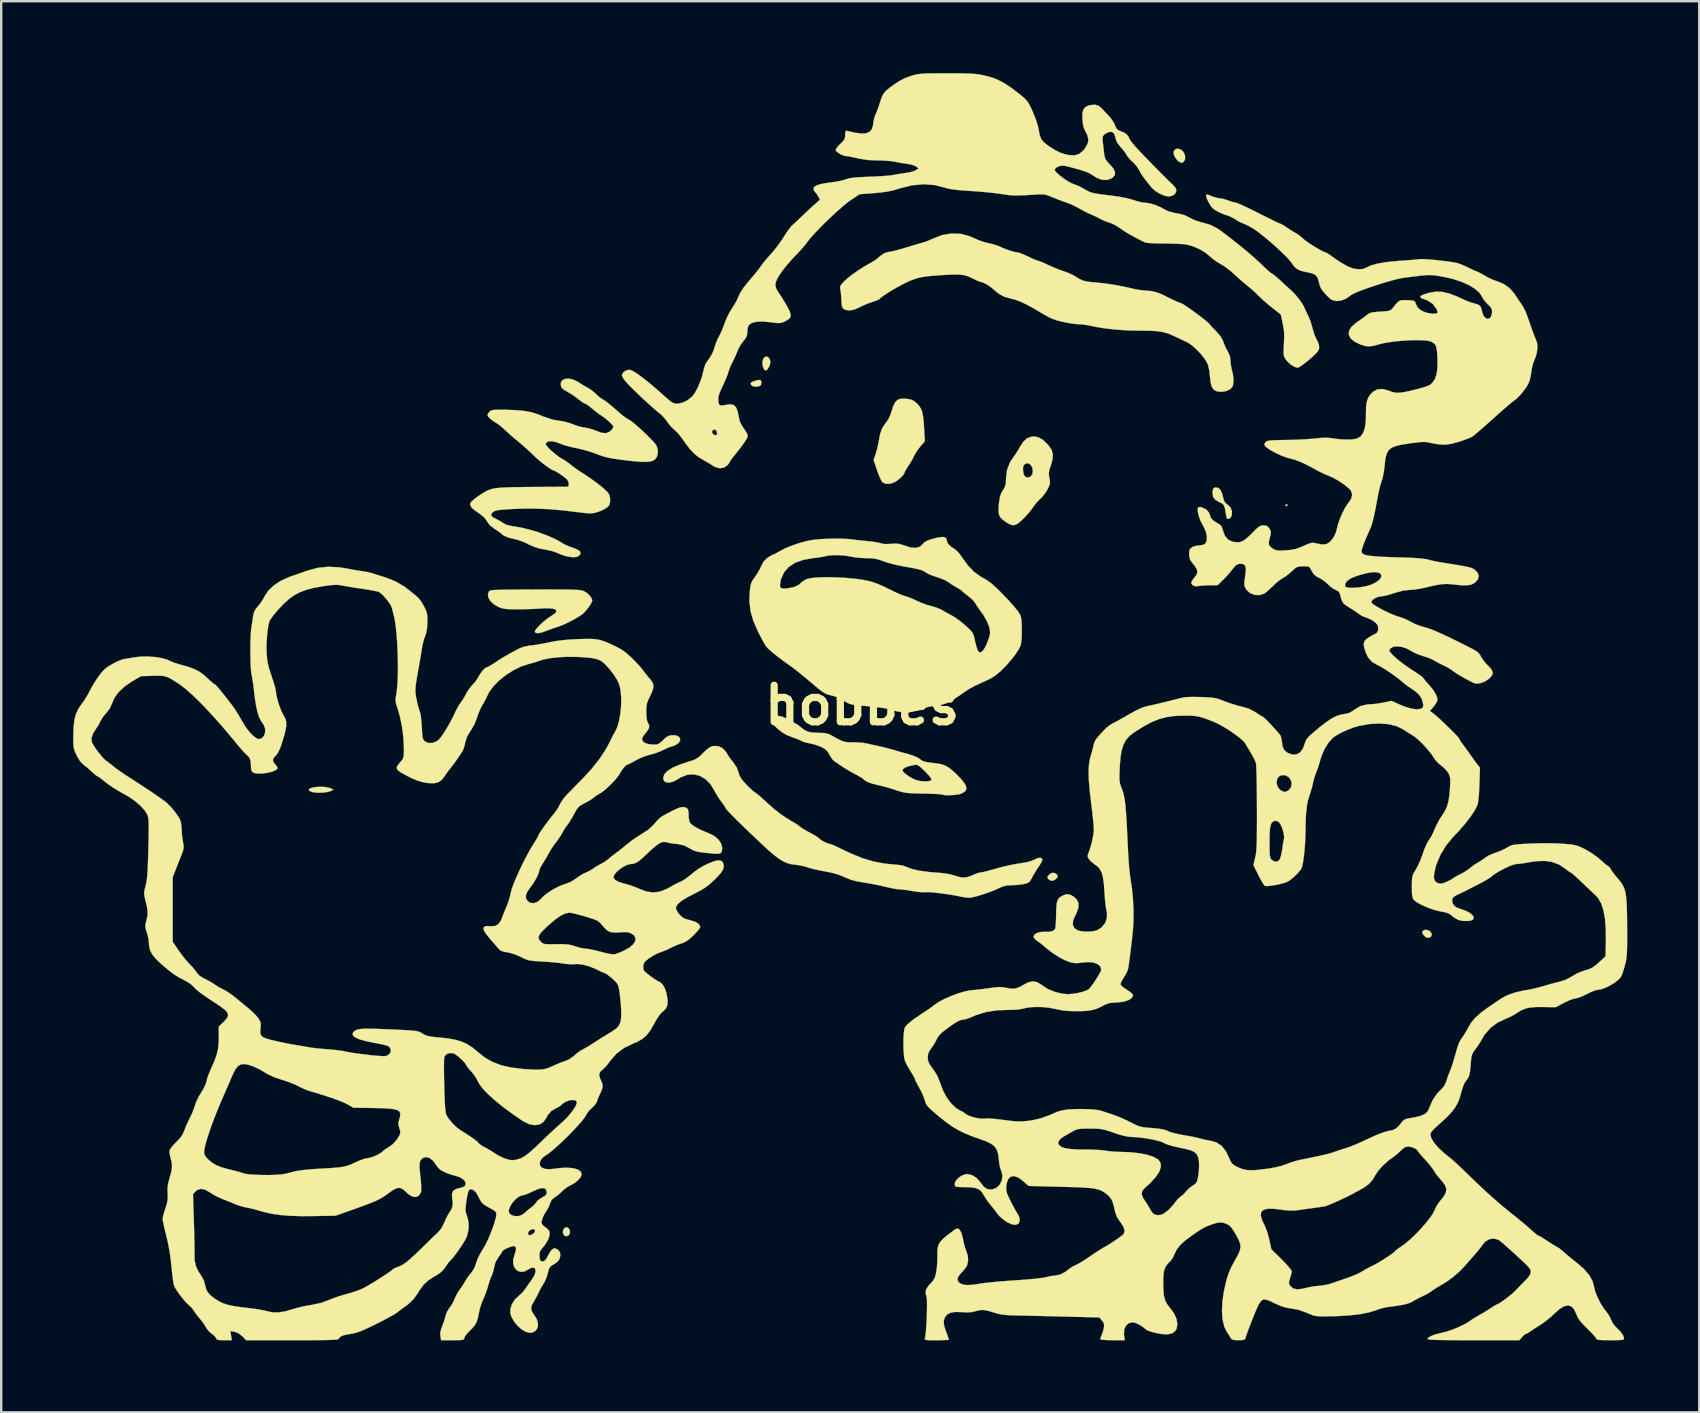
<source format=kicad_pcb>
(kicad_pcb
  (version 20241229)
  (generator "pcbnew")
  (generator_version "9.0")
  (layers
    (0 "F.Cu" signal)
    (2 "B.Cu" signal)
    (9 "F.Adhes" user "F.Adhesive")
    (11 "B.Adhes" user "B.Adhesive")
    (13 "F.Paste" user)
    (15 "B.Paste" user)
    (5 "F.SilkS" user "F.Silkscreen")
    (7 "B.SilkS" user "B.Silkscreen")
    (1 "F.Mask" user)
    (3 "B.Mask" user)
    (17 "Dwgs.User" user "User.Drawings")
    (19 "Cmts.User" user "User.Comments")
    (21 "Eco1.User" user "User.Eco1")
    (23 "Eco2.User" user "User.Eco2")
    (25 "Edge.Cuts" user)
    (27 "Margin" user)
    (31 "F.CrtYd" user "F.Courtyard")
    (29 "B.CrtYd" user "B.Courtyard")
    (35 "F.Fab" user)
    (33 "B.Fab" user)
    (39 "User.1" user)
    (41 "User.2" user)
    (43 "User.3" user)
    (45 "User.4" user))
  (footprint "hobbes"
    (layer "F.Cu")
    (at 32.875 26.339)
    (property "Reference" "hobbes" (at 0 0 0) (layer "F.SilkS") (effects (font (size 1.524 1.524) (thickness 0.3))))
    (attr through_hole)
    (fp_poly (pts (xy 17.729 -8.353) (xy 17.705 -8.309) (xy 17.681 -8.297) (xy 17.643 -8.311) (xy 17.646 -8.332) (xy 17.683 -8.379) (xy 17.695 -8.382) (xy 17.729 -8.353)) (stroke (width 0.01) (type solid)) (fill yes) (layer "F.SilkS"))
    (fp_poly (pts (xy -12.224 21.799) (xy -12.179 21.886) (xy -12.174 21.988) (xy -12.221 22.081) (xy -12.224 22.084) (xy -12.319 22.134) (xy -12.411 22.096) (xy -12.433 22.073) (xy -12.472 21.966) (xy -12.45 21.848) (xy -12.384 21.769) (xy -12.297 21.752) (xy -12.224 21.799)) (stroke (width 0.01) (type solid)) (fill yes) (layer "F.SilkS"))
    (fp_poly (pts (xy 23.59 9.373) (xy 23.687 9.438) (xy 23.736 9.529) (xy 23.724 9.614) (xy 23.644 9.689) (xy 23.538 9.688) (xy 23.425 9.613) (xy 23.416 9.603) (xy 23.346 9.494) (xy 23.354 9.41) (xy 23.439 9.362) (xy 23.468 9.357) (xy 23.59 9.373)) (stroke (width 0.01) (type solid)) (fill yes) (layer "F.SilkS"))
    (fp_poly (pts (xy 8.027 6.995) (xy 8.05 7.004) (xy 8.14 7.075) (xy 8.145 7.159) (xy 8.064 7.249) (xy 8.06 7.251) (xy 7.953 7.31) (xy 7.862 7.306) (xy 7.794 7.273) (xy 7.725 7.198) (xy 7.74 7.112) (xy 7.829 7.028) (xy 7.932 6.981) (xy 8.027 6.995)) (stroke (width 0.01) (type solid)) (fill yes) (layer "F.SilkS"))
    (fp_poly (pts (xy -4.235 -13.554) (xy -4.203 -13.497) (xy -4.198 -13.459) (xy -4.213 -13.352) (xy -4.288 -13.293) (xy -4.433 -13.274) (xy -4.441 -13.274) (xy -4.574 -13.302) (xy -4.628 -13.357) (xy -4.646 -13.422) (xy -4.599 -13.467) (xy -4.552 -13.488) (xy -4.42 -13.531) (xy -4.32 -13.554) (xy -4.235 -13.554)) (stroke (width 0.01) (type solid)) (fill yes) (layer "F.SilkS"))
    (fp_poly (pts (xy -3.951 -14.526) (xy -3.857 -14.447) (xy -3.821 -14.321) (xy -3.848 -14.167) (xy -3.869 -14.119) (xy -3.948 -13.99) (xy -4.018 -13.948) (xy -4.081 -13.99) (xy -4.099 -14.02) (xy -4.147 -14.16) (xy -4.154 -14.303) (xy -4.124 -14.426) (xy -4.064 -14.509) (xy -3.98 -14.533) (xy -3.951 -14.526)) (stroke (width 0.01) (type solid)) (fill yes) (layer "F.SilkS"))
    (fp_poly (pts (xy 13.292 -23.152) (xy 13.397 -23.049) (xy 13.457 -22.909) (xy 13.457 -22.759) (xy 13.447 -22.727) (xy 13.38 -22.626) (xy 13.287 -22.609) (xy 13.172 -22.675) (xy 13.14 -22.704) (xy 13.032 -22.845) (xy 12.982 -22.98) (xy 12.989 -23.094) (xy 13.053 -23.17) (xy 13.157 -23.194) (xy 13.292 -23.152)) (stroke (width 0.01) (type solid)) (fill yes) (layer "F.SilkS"))
    (fp_poly (pts (xy -22.409 3.403) (xy -22.248 3.428) (xy -22.159 3.456) (xy -22.027 3.513) (xy -22.134 3.57) (xy -22.259 3.61) (xy -22.438 3.636) (xy -22.635 3.644) (xy -22.817 3.634) (xy -22.92 3.613) (xy -23.016 3.572) (xy -23.062 3.53) (xy -23.063 3.525) (xy -23.023 3.474) (xy -22.916 3.434) (xy -22.764 3.408) (xy -22.588 3.397) (xy -22.409 3.403)) (stroke (width 0.01) (type solid)) (fill yes) (layer "F.SilkS"))
    (fp_poly (pts (xy 14.845 -9.057) (xy 14.942 -8.959) (xy 15.015 -8.779) (xy 15.035 -8.695) (xy 15.077 -8.537) (xy 15.129 -8.44) (xy 15.206 -8.375) (xy 15.218 -8.368) (xy 15.351 -8.245) (xy 15.414 -8.082) (xy 15.403 -7.916) (xy 15.353 -7.82) (xy 15.283 -7.767) (xy 15.219 -7.772) (xy 15.201 -7.792) (xy 15.182 -7.854) (xy 15.159 -7.969) (xy 15.149 -8.026) (xy 15.118 -8.203) (xy 15.083 -8.316) (xy 15.029 -8.387) (xy 14.942 -8.44) (xy 14.882 -8.467) (xy 14.716 -8.563) (xy 14.626 -8.685) (xy 14.602 -8.85) (xy 14.605 -8.898) (xy 14.625 -9.012) (xy 14.672 -9.064) (xy 14.721 -9.077) (xy 14.845 -9.057)) (stroke (width 0.01) (type solid)) (fill yes) (layer "F.SilkS"))
    (fp_poly (pts (xy 1.869 -12.769) (xy 2.034 -12.739) (xy 2.152 -12.687) (xy 2.266 -12.594) (xy 2.294 -12.566) (xy 2.386 -12.463) (xy 2.455 -12.354) (xy 2.504 -12.221) (xy 2.539 -12.05) (xy 2.565 -11.822) (xy 2.584 -11.53) (xy 2.614 -11) (xy 2.426 -10.783) (xy 2.31 -10.634) (xy 2.209 -10.476) (xy 2.158 -10.379) (xy 2.087 -10.236) (xy 1.989 -10.069) (xy 1.921 -9.964) (xy 1.839 -9.836) (xy 1.782 -9.733) (xy 1.764 -9.683) (xy 1.73 -9.615) (xy 1.644 -9.519) (xy 1.528 -9.416) (xy 1.402 -9.325) (xy 1.336 -9.287) (xy 1.153 -9.227) (xy 0.984 -9.228) (xy 0.852 -9.29) (xy 0.843 -9.299) (xy 0.794 -9.375) (xy 0.73 -9.513) (xy 0.66 -9.69) (xy 0.62 -9.804) (xy 0.479 -10.227) (xy 0.568 -10.482) (xy 0.622 -10.665) (xy 0.673 -10.883) (xy 0.705 -11.062) (xy 0.756 -11.324) (xy 0.83 -11.53) (xy 0.941 -11.71) (xy 1.019 -11.807) (xy 1.102 -11.933) (xy 1.178 -12.1) (xy 1.213 -12.204) (xy 1.29 -12.452) (xy 1.374 -12.622) (xy 1.477 -12.726) (xy 1.611 -12.774) (xy 1.789 -12.777) (xy 1.869 -12.769)) (stroke (width 0.01) (type solid)) (fill yes) (layer "F.SilkS"))
    (fp_poly (pts (xy -12.778 -4.824) (xy -12.466 -4.823) (xy -12.218 -4.82) (xy -12.024 -4.815) (xy -11.876 -4.807) (xy -11.767 -4.798) (xy -11.687 -4.785) (xy -11.629 -4.77) (xy -11.596 -4.757) (xy -11.451 -4.667) (xy -11.331 -4.549) (xy -11.258 -4.426) (xy -11.245 -4.363) (xy -11.272 -4.284) (xy -11.343 -4.164) (xy -11.44 -4.029) (xy -11.545 -3.902) (xy -11.641 -3.807) (xy -11.66 -3.792) (xy -11.833 -3.679) (xy -12.045 -3.558) (xy -12.269 -3.442) (xy -12.477 -3.345) (xy -12.643 -3.282) (xy -12.656 -3.278) (xy -12.841 -3.219) (xy -13.046 -3.145) (xy -13.151 -3.104) (xy -13.37 -3.026) (xy -13.528 -3.002) (xy -13.621 -3.031) (xy -13.64 -3.059) (xy -13.621 -3.12) (xy -13.547 -3.218) (xy -13.432 -3.34) (xy -13.292 -3.469) (xy -13.143 -3.593) (xy -12.999 -3.694) (xy -12.954 -3.721) (xy -12.805 -3.822) (xy -12.741 -3.908) (xy -12.759 -3.974) (xy -12.854 -4.02) (xy -13.025 -4.043) (xy -13.268 -4.04) (xy -13.359 -4.034) (xy -13.578 -4.02) (xy -13.849 -4.009) (xy -14.133 -4.001) (xy -14.354 -3.999) (xy -14.602 -4.001) (xy -14.783 -4.009) (xy -14.918 -4.024) (xy -15.029 -4.05) (xy -15.136 -4.09) (xy -15.16 -4.1) (xy -15.347 -4.208) (xy -15.488 -4.342) (xy -15.574 -4.487) (xy -15.595 -4.629) (xy -15.553 -4.736) (xy -15.535 -4.756) (xy -15.506 -4.773) (xy -15.46 -4.786) (xy -15.387 -4.797) (xy -15.281 -4.805) (xy -15.132 -4.811) (xy -14.933 -4.816) (xy -14.675 -4.819) (xy -14.351 -4.821) (xy -13.953 -4.823) (xy -13.624 -4.824) (xy -13.161 -4.825) (xy -12.778 -4.824)) (stroke (width 0.01) (type solid)) (fill yes) (layer "F.SilkS"))
    (fp_poly (pts (xy 7.355 -11.164) (xy 7.545 -11.05) (xy 7.746 -10.855) (xy 7.784 -10.81) (xy 7.898 -10.64) (xy 7.948 -10.461) (xy 7.937 -10.255) (xy 7.868 -10.009) (xy 7.811 -9.835) (xy 7.783 -9.709) (xy 7.782 -9.6) (xy 7.802 -9.476) (xy 7.804 -9.467) (xy 7.827 -9.334) (xy 7.824 -9.233) (xy 7.788 -9.125) (xy 7.731 -9.005) (xy 7.628 -8.839) (xy 7.499 -8.678) (xy 7.426 -8.605) (xy 7.291 -8.47) (xy 7.164 -8.313) (xy 7.122 -8.25) (xy 7.032 -8.126) (xy 6.903 -7.971) (xy 6.757 -7.814) (xy 6.719 -7.776) (xy 6.55 -7.619) (xy 6.414 -7.528) (xy 6.293 -7.501) (xy 6.165 -7.534) (xy 6.01 -7.624) (xy 5.961 -7.658) (xy 5.831 -7.758) (xy 5.745 -7.855) (xy 5.698 -7.969) (xy 5.683 -8.119) (xy 5.694 -8.326) (xy 5.707 -8.456) (xy 5.741 -8.672) (xy 5.796 -8.837) (xy 5.869 -8.963) (xy 5.939 -9.08) (xy 5.978 -9.191) (xy 5.994 -9.33) (xy 5.997 -9.459) (xy 6.04 -9.804) (xy 6.045 -9.816) (xy 6.703 -9.816) (xy 6.726 -9.641) (xy 6.79 -9.528) (xy 6.886 -9.486) (xy 7.005 -9.522) (xy 7.029 -9.538) (xy 7.095 -9.635) (xy 7.114 -9.772) (xy 7.087 -9.914) (xy 7.022 -10.019) (xy 6.941 -10.082) (xy 6.865 -10.083) (xy 6.815 -10.063) (xy 6.743 -10.017) (xy 6.711 -9.944) (xy 6.703 -9.816) (xy 6.045 -9.816) (xy 6.163 -10.126) (xy 6.326 -10.369) (xy 6.404 -10.476) (xy 6.499 -10.627) (xy 6.578 -10.767) (xy 6.719 -10.984) (xy 6.872 -11.123) (xy 7.049 -11.19) (xy 7.171 -11.201) (xy 7.355 -11.164)) (stroke (width 0.01) (type solid)) (fill yes) (layer "F.SilkS"))
    (fp_poly (pts (xy -3.311 0.48) (xy -3.142 0.555) (xy -3.129 0.563) (xy -2.99 0.645) (xy -2.863 0.714) (xy -2.817 0.736) (xy -2.71 0.798) (xy -2.585 0.89) (xy -2.548 0.921) (xy -2.408 1.029) (xy -2.268 1.097) (xy -2.102 1.134) (xy -1.882 1.146) (xy -1.816 1.147) (xy -1.584 1.157) (xy -1.418 1.189) (xy -1.338 1.224) (xy -1.117 1.346) (xy -0.954 1.432) (xy -0.831 1.489) (xy -0.728 1.522) (xy -0.628 1.538) (xy -0.51 1.544) (xy -0.365 1.544) (xy -0.164 1.55) (xy 0.027 1.565) (xy 0.172 1.586) (xy 0.198 1.593) (xy 0.335 1.626) (xy 0.517 1.667) (xy 0.684 1.702) (xy 0.897 1.75) (xy 1.128 1.809) (xy 1.279 1.852) (xy 1.47 1.909) (xy 1.698 1.974) (xy 1.914 2.033) (xy 1.918 2.034) (xy 2.102 2.092) (xy 2.266 2.158) (xy 2.382 2.222) (xy 2.396 2.232) (xy 2.474 2.293) (xy 2.554 2.334) (xy 2.659 2.363) (xy 2.812 2.388) (xy 2.955 2.405) (xy 3.135 2.428) (xy 3.257 2.447) (xy 3.348 2.471) (xy 3.435 2.505) (xy 3.511 2.539) (xy 3.637 2.618) (xy 3.793 2.745) (xy 3.959 2.9) (xy 4.114 3.063) (xy 4.239 3.215) (xy 4.315 3.335) (xy 4.317 3.342) (xy 4.347 3.469) (xy 4.309 3.568) (xy 4.196 3.651) (xy 4.113 3.689) (xy 4.011 3.715) (xy 3.863 3.735) (xy 3.695 3.746) (xy 3.534 3.749) (xy 3.407 3.741) (xy 3.34 3.722) (xy 3.339 3.721) (xy 3.288 3.711) (xy 3.163 3.701) (xy 2.981 3.692) (xy 2.754 3.684) (xy 2.549 3.68) (xy 2.265 3.674) (xy 2.051 3.666) (xy 1.886 3.654) (xy 1.751 3.634) (xy 1.626 3.605) (xy 1.492 3.565) (xy 1.392 3.531) (xy 1.168 3.459) (xy 0.927 3.391) (xy 0.713 3.337) (xy 0.671 3.328) (xy 0.41 3.263) (xy 0.214 3.192) (xy 0.092 3.117) (xy 0.066 3.086) (xy 0.016 3.046) (xy -0.093 2.978) (xy -0.24 2.895) (xy -0.301 2.863) (xy -0.473 2.77) (xy -0.558 2.721) (xy 1.684 2.721) (xy 1.731 2.793) (xy 1.837 2.885) (xy 1.979 2.982) (xy 2.135 3.068) (xy 2.245 3.115) (xy 2.395 3.153) (xy 2.559 3.171) (xy 2.714 3.171) (xy 2.834 3.151) (xy 2.893 3.112) (xy 2.894 3.111) (xy 2.874 3.048) (xy 2.793 2.938) (xy 2.655 2.789) (xy 2.622 2.756) (xy 2.482 2.62) (xy 2.386 2.536) (xy 2.314 2.494) (xy 2.246 2.482) (xy 2.164 2.49) (xy 2.144 2.494) (xy 1.934 2.541) (xy 1.781 2.601) (xy 1.696 2.67) (xy 1.684 2.721) (xy -0.558 2.721) (xy -0.63 2.679) (xy -0.796 2.575) (xy -0.992 2.443) (xy -1.169 2.322) (xy -1.24 2.248) (xy -1.321 2.127) (xy -1.358 2.059) (xy -1.444 1.92) (xy -1.554 1.82) (xy -1.691 1.743) (xy -1.876 1.669) (xy -2.085 1.607) (xy -2.18 1.588) (xy -2.337 1.555) (xy -2.471 1.513) (xy -2.53 1.485) (xy -2.618 1.442) (xy -2.76 1.384) (xy -2.927 1.326) (xy -2.932 1.324) (xy -3.161 1.231) (xy -3.365 1.105) (xy -3.517 0.982) (xy -3.682 0.823) (xy -3.773 0.695) (xy -3.793 0.59) (xy -3.746 0.5) (xy -3.739 0.494) (xy -3.636 0.446) (xy -3.484 0.442) (xy -3.311 0.48)) (stroke (width 0.01) (type solid)) (fill yes) (layer "F.SilkS"))
    (fp_poly (pts (xy -6.006 1.701) (xy -5.821 1.784) (xy -5.674 1.937) (xy -5.637 2.001) (xy -5.55 2.145) (xy -5.435 2.299) (xy -5.38 2.362) (xy -5.223 2.595) (xy -5.16 2.774) (xy -5.116 2.914) (xy -5.046 3.043) (xy -4.934 3.186) (xy -4.838 3.292) (xy -4.703 3.43) (xy -4.576 3.547) (xy -4.479 3.624) (xy -4.457 3.637) (xy -4.38 3.691) (xy -4.259 3.792) (xy -4.109 3.925) (xy -3.969 4.056) (xy -3.646 4.342) (xy -3.31 4.598) (xy -2.986 4.806) (xy -2.857 4.876) (xy -2.722 4.957) (xy -2.602 5.049) (xy -2.602 5.049) (xy -2.509 5.118) (xy -2.365 5.207) (xy -2.2 5.298) (xy -2.175 5.311) (xy -2.019 5.396) (xy -1.889 5.474) (xy -1.811 5.532) (xy -1.803 5.54) (xy -1.722 5.608) (xy -1.598 5.682) (xy -1.467 5.744) (xy -1.364 5.776) (xy -1.35 5.777) (xy -1.283 5.796) (xy -1.161 5.847) (xy -1.005 5.92) (xy -0.94 5.952) (xy -0.421 6.198) (xy 0.055 6.385) (xy 0.502 6.516) (xy 0.936 6.598) (xy 1.245 6.628) (xy 1.44 6.644) (xy 1.609 6.665) (xy 1.727 6.689) (xy 1.761 6.701) (xy 2.03 6.81) (xy 2.379 6.893) (xy 2.803 6.95) (xy 2.999 6.965) (xy 3.332 6.992) (xy 3.59 7.029) (xy 3.79 7.076) (xy 3.846 7.095) (xy 4.08 7.165) (xy 4.274 7.181) (xy 4.46 7.142) (xy 4.608 7.079) (xy 4.752 7.017) (xy 4.88 6.977) (xy 4.935 6.969) (xy 5.017 6.956) (xy 5.163 6.922) (xy 5.353 6.872) (xy 5.565 6.812) (xy 5.574 6.809) (xy 5.836 6.738) (xy 6.122 6.671) (xy 6.395 6.617) (xy 6.562 6.59) (xy 6.842 6.544) (xy 7.051 6.49) (xy 7.163 6.44) (xy 7.313 6.369) (xy 7.432 6.355) (xy 7.504 6.398) (xy 7.511 6.413) (xy 7.5 6.479) (xy 7.445 6.589) (xy 7.367 6.71) (xy 7.254 6.88) (xy 7.143 7.066) (xy 7.085 7.173) (xy 7.013 7.304) (xy 6.947 7.379) (xy 6.857 7.421) (xy 6.746 7.449) (xy 6.574 7.475) (xy 6.368 7.493) (xy 6.236 7.497) (xy 6.025 7.509) (xy 5.85 7.555) (xy 5.724 7.611) (xy 5.544 7.693) (xy 5.327 7.779) (xy 5.094 7.861) (xy 4.866 7.932) (xy 4.664 7.987) (xy 4.511 8.017) (xy 4.454 8.021) (xy 4.3 8.007) (xy 4.14 7.979) (xy 4.133 7.978) (xy 3.945 7.938) (xy 3.717 7.899) (xy 3.469 7.862) (xy 3.222 7.829) (xy 2.994 7.804) (xy 2.807 7.788) (xy 2.678 7.785) (xy 2.65 7.788) (xy 2.53 7.792) (xy 2.356 7.779) (xy 2.162 7.752) (xy 2.111 7.743) (xy 1.915 7.71) (xy 1.732 7.686) (xy 1.594 7.673) (xy 1.57 7.673) (xy 1.455 7.662) (xy 1.284 7.633) (xy 1.084 7.59) (xy 0.978 7.565) (xy 0.739 7.51) (xy 0.458 7.453) (xy 0.181 7.404) (xy 0.066 7.385) (xy -0.222 7.335) (xy -0.455 7.274) (xy -0.664 7.194) (xy -0.734 7.161) (xy -0.981 7.059) (xy -1.267 6.979) (xy -1.55 6.923) (xy -1.777 6.88) (xy -1.995 6.832) (xy -2.177 6.784) (xy -2.271 6.754) (xy -2.438 6.704) (xy -2.641 6.664) (xy -2.792 6.644) (xy -2.96 6.622) (xy -3.119 6.579) (xy -3.279 6.509) (xy -3.451 6.404) (xy -3.645 6.259) (xy -3.873 6.067) (xy -4.144 5.82) (xy -4.307 5.666) (xy -4.689 5.302) (xy -5.011 4.992) (xy -5.272 4.736) (xy -5.47 4.535) (xy -5.606 4.391) (xy -5.677 4.305) (xy -5.689 4.281) (xy -5.714 4.228) (xy -5.781 4.13) (xy -5.865 4.018) (xy -5.983 3.852) (xy -6.097 3.665) (xy -6.153 3.559) (xy -6.322 3.282) (xy -6.53 3.075) (xy -6.767 2.939) (xy -7.022 2.878) (xy -7.285 2.897) (xy -7.547 2.998) (xy -7.64 3.055) (xy -7.834 3.165) (xy -8.008 3.219) (xy -8.15 3.218) (xy -8.248 3.163) (xy -8.29 3.054) (xy -8.29 3.034) (xy -8.246 2.884) (xy -8.114 2.74) (xy -7.895 2.601) (xy -7.587 2.468) (xy -7.262 2.36) (xy -7.068 2.299) (xy -6.93 2.241) (xy -6.819 2.17) (xy -6.705 2.069) (xy -6.623 1.986) (xy -6.46 1.832) (xy -6.328 1.74) (xy -6.211 1.698) (xy -6.006 1.701)) (stroke (width 0.01) (type solid)) (fill yes) (layer "F.SilkS"))
    (fp_poly (pts (xy 4.113 -19.643) (xy 4.485 -19.544) (xy 4.646 -19.472) (xy 4.85 -19.382) (xy 5.076 -19.304) (xy 5.27 -19.254) (xy 5.451 -19.213) (xy 5.619 -19.163) (xy 5.729 -19.118) (xy 5.884 -19.047) (xy 6.066 -18.977) (xy 6.244 -18.919) (xy 6.391 -18.882) (xy 6.458 -18.874) (xy 6.539 -18.855) (xy 6.675 -18.805) (xy 6.841 -18.733) (xy 6.918 -18.697) (xy 7.085 -18.619) (xy 7.224 -18.559) (xy 7.316 -18.525) (xy 7.337 -18.521) (xy 7.399 -18.503) (xy 7.518 -18.454) (xy 7.674 -18.384) (xy 7.741 -18.353) (xy 7.954 -18.257) (xy 8.188 -18.162) (xy 8.395 -18.088) (xy 8.413 -18.082) (xy 8.597 -18.014) (xy 8.771 -17.936) (xy 8.898 -17.863) (xy 8.898 -17.862) (xy 9.051 -17.764) (xy 9.202 -17.698) (xy 9.378 -17.655) (xy 9.605 -17.628) (xy 9.705 -17.621) (xy 10.148 -17.576) (xy 10.632 -17.499) (xy 11.115 -17.399) (xy 11.22 -17.373) (xy 11.414 -17.331) (xy 11.601 -17.3) (xy 11.744 -17.286) (xy 11.758 -17.286) (xy 12.019 -17.264) (xy 12.285 -17.204) (xy 12.511 -17.116) (xy 12.524 -17.11) (xy 12.688 -17.025) (xy 12.864 -16.938) (xy 13.031 -16.859) (xy 13.17 -16.798) (xy 13.26 -16.762) (xy 13.281 -16.757) (xy 13.341 -16.731) (xy 13.454 -16.662) (xy 13.606 -16.559) (xy 13.781 -16.436) (xy 13.965 -16.301) (xy 14.141 -16.167) (xy 14.296 -16.046) (xy 14.413 -15.947) (xy 14.477 -15.882) (xy 14.482 -15.875) (xy 14.532 -15.813) (xy 14.626 -15.711) (xy 14.745 -15.591) (xy 14.752 -15.584) (xy 14.924 -15.389) (xy 15.033 -15.195) (xy 15.059 -15.125) (xy 15.125 -14.959) (xy 15.203 -14.8) (xy 15.241 -14.738) (xy 15.328 -14.545) (xy 15.346 -14.381) (xy 15.361 -14.209) (xy 15.396 -14.021) (xy 15.412 -13.961) (xy 15.46 -13.747) (xy 15.476 -13.537) (xy 15.461 -13.359) (xy 15.43 -13.267) (xy 15.331 -13.164) (xy 15.175 -13.094) (xy 14.993 -13.062) (xy 14.812 -13.076) (xy 14.742 -13.097) (xy 14.638 -13.167) (xy 14.566 -13.285) (xy 14.52 -13.466) (xy 14.496 -13.698) (xy 14.469 -13.938) (xy 14.423 -14.147) (xy 14.386 -14.252) (xy 14.285 -14.424) (xy 14.134 -14.618) (xy 13.953 -14.811) (xy 13.765 -14.98) (xy 13.593 -15.101) (xy 13.55 -15.124) (xy 13.401 -15.195) (xy 13.212 -15.285) (xy 13.031 -15.371) (xy 12.847 -15.454) (xy 12.678 -15.515) (xy 12.506 -15.558) (xy 12.313 -15.587) (xy 12.081 -15.603) (xy 11.79 -15.61) (xy 11.567 -15.611) (xy 11.068 -15.622) (xy 10.579 -15.654) (xy 10.123 -15.704) (xy 9.721 -15.77) (xy 9.547 -15.808) (xy 9.352 -15.846) (xy 9.145 -15.871) (xy 9.04 -15.876) (xy 8.888 -15.888) (xy 8.685 -15.916) (xy 8.463 -15.956) (xy 8.356 -15.978) (xy 8.13 -16.035) (xy 7.943 -16.097) (xy 7.763 -16.18) (xy 7.556 -16.297) (xy 7.484 -16.34) (xy 7.128 -16.55) (xy 6.83 -16.711) (xy 6.582 -16.827) (xy 6.371 -16.904) (xy 6.225 -16.94) (xy 5.925 -17.023) (xy 5.679 -17.157) (xy 5.512 -17.299) (xy 5.382 -17.411) (xy 5.231 -17.515) (xy 5.086 -17.595) (xy 4.971 -17.637) (xy 4.948 -17.639) (xy 4.883 -17.658) (xy 4.764 -17.709) (xy 4.616 -17.781) (xy 4.592 -17.793) (xy 4.464 -17.854) (xy 4.339 -17.899) (xy 4.202 -17.93) (xy 4.041 -17.946) (xy 3.841 -17.95) (xy 3.591 -17.942) (xy 3.275 -17.922) (xy 3.013 -17.903) (xy 2.75 -17.88) (xy 2.546 -17.854) (xy 2.373 -17.818) (xy 2.204 -17.767) (xy 2.021 -17.7) (xy 1.862 -17.63) (xy 1.668 -17.532) (xy 1.457 -17.417) (xy 1.244 -17.294) (xy 1.048 -17.173) (xy 0.885 -17.064) (xy 0.77 -16.976) (xy 0.725 -16.93) (xy 0.674 -16.899) (xy 0.562 -16.853) (xy 0.413 -16.802) (xy 0.406 -16.8) (xy 0.21 -16.73) (xy 0.008 -16.644) (xy -0.12 -16.579) (xy -0.341 -16.483) (xy -0.544 -16.451) (xy -0.713 -16.483) (xy -0.77 -16.516) (xy -0.821 -16.575) (xy -0.849 -16.67) (xy -0.861 -16.824) (xy -0.862 -16.857) (xy -0.871 -17.037) (xy -0.888 -17.21) (xy -0.903 -17.3) (xy -0.918 -17.397) (xy -0.906 -17.471) (xy -0.855 -17.55) (xy -0.753 -17.661) (xy -0.745 -17.669) (xy -0.6 -17.799) (xy -0.401 -17.954) (xy -0.169 -18.117) (xy 0.072 -18.272) (xy 0.298 -18.403) (xy 0.365 -18.438) (xy 0.51 -18.526) (xy 0.667 -18.642) (xy 0.734 -18.7) (xy 0.882 -18.815) (xy 1.028 -18.875) (xy 1.131 -18.894) (xy 1.262 -18.918) (xy 1.449 -18.964) (xy 1.665 -19.023) (xy 1.83 -19.073) (xy 2.047 -19.14) (xy 2.253 -19.201) (xy 2.424 -19.25) (xy 2.512 -19.274) (xy 2.665 -19.323) (xy 2.845 -19.396) (xy 2.955 -19.447) (xy 3.336 -19.595) (xy 3.726 -19.66) (xy 4.113 -19.643)) (stroke (width 0.01) (type solid)) (fill yes) (layer "F.SilkS"))
    (fp_poly (pts (xy -12.046 -13.573) (xy -11.856 -13.486) (xy -11.77 -13.43) (xy -11.628 -13.337) (xy -11.469 -13.248) (xy -11.441 -13.234) (xy -11.298 -13.145) (xy -11.152 -13.028) (xy -11.111 -12.987) (xy -10.99 -12.876) (xy -10.867 -12.783) (xy -10.826 -12.758) (xy -10.738 -12.705) (xy -10.628 -12.626) (xy -10.487 -12.512) (xy -10.301 -12.354) (xy -10.087 -12.165) (xy -9.944 -12.048) (xy -9.801 -11.949) (xy -9.701 -11.893) (xy -9.617 -11.839) (xy -9.486 -11.734) (xy -9.325 -11.595) (xy -9.149 -11.433) (xy -8.973 -11.265) (xy -8.811 -11.103) (xy -8.679 -10.962) (xy -8.592 -10.856) (xy -8.588 -10.85) (xy -8.52 -10.687) (xy -8.512 -10.506) (xy -8.56 -10.34) (xy -8.627 -10.25) (xy -8.713 -10.193) (xy -8.83 -10.157) (xy -8.992 -10.141) (xy -9.21 -10.145) (xy -9.495 -10.168) (xy -9.676 -10.188) (xy -10.017 -10.228) (xy -10.288 -10.265) (xy -10.506 -10.303) (xy -10.69 -10.344) (xy -10.856 -10.394) (xy -11.022 -10.454) (xy -11.08 -10.477) (xy -11.307 -10.557) (xy -11.574 -10.636) (xy -11.834 -10.701) (xy -11.913 -10.717) (xy -12.124 -10.762) (xy -12.324 -10.814) (xy -12.482 -10.864) (xy -12.541 -10.887) (xy -12.747 -10.966) (xy -12.928 -11.002) (xy -13.07 -10.996) (xy -13.16 -10.946) (xy -13.185 -10.874) (xy -13.152 -10.815) (xy -13.066 -10.719) (xy -12.944 -10.603) (xy -12.805 -10.483) (xy -12.666 -10.374) (xy -12.544 -10.292) (xy -12.504 -10.271) (xy -12.384 -10.2) (xy -12.237 -10.098) (xy -12.145 -10.026) (xy -12.005 -9.916) (xy -11.867 -9.815) (xy -11.796 -9.768) (xy -11.494 -9.573) (xy -11.216 -9.382) (xy -10.972 -9.2) (xy -10.773 -9.038) (xy -10.629 -8.902) (xy -10.549 -8.801) (xy -10.545 -8.792) (xy -10.502 -8.627) (xy -10.504 -8.452) (xy -10.541 -8.332) (xy -10.626 -8.243) (xy -10.777 -8.151) (xy -10.974 -8.068) (xy -11.11 -8.026) (xy -11.219 -8.004) (xy -11.342 -7.997) (xy -11.502 -8.006) (xy -11.719 -8.03) (xy -11.815 -8.042) (xy -12.443 -8.119) (xy -13.011 -8.169) (xy -13.545 -8.195) (xy -14.069 -8.198) (xy -14.607 -8.177) (xy -14.829 -8.163) (xy -15.051 -8.145) (xy -15.202 -8.125) (xy -15.302 -8.099) (xy -15.369 -8.063) (xy -15.397 -8.038) (xy -15.455 -7.958) (xy -15.446 -7.889) (xy -15.362 -7.82) (xy -15.242 -7.758) (xy -15.1 -7.685) (xy -14.975 -7.605) (xy -14.949 -7.586) (xy -14.814 -7.518) (xy -14.597 -7.468) (xy -14.508 -7.455) (xy -14.186 -7.399) (xy -13.834 -7.312) (xy -13.474 -7.202) (xy -13.129 -7.075) (xy -12.819 -6.94) (xy -12.567 -6.805) (xy -12.486 -6.751) (xy -12.379 -6.692) (xy -12.223 -6.623) (xy -12.063 -6.565) (xy -11.875 -6.493) (xy -11.767 -6.424) (xy -11.731 -6.35) (xy -11.759 -6.269) (xy -11.861 -6.19) (xy -12.031 -6.166) (xy -12.259 -6.194) (xy -12.438 -6.243) (xy -12.617 -6.309) (xy -12.687 -6.341) (xy -12.831 -6.399) (xy -13.019 -6.451) (xy -13.174 -6.481) (xy -13.432 -6.529) (xy -13.668 -6.603) (xy -13.919 -6.714) (xy -14.023 -6.767) (xy -14.17 -6.83) (xy -14.362 -6.893) (xy -14.547 -6.939) (xy -14.791 -7.005) (xy -14.954 -7.087) (xy -14.988 -7.114) (xy -15.092 -7.199) (xy -15.234 -7.299) (xy -15.328 -7.359) (xy -15.519 -7.506) (xy -15.627 -7.661) (xy -15.724 -7.804) (xy -15.891 -7.947) (xy -15.967 -7.999) (xy -16.161 -8.136) (xy -16.28 -8.249) (xy -16.332 -8.346) (xy -16.33 -8.414) (xy -16.282 -8.482) (xy -16.176 -8.578) (xy -16.032 -8.689) (xy -15.87 -8.8) (xy -15.71 -8.897) (xy -15.572 -8.964) (xy -15.486 -8.996) (xy -15.393 -9.022) (xy -15.282 -9.043) (xy -15.144 -9.059) (xy -14.97 -9.072) (xy -14.75 -9.081) (xy -14.474 -9.088) (xy -14.132 -9.093) (xy -13.715 -9.097) (xy -13.56 -9.098) (xy -12.237 -9.106) (xy -12.222 -9.209) (xy -12.24 -9.319) (xy -12.289 -9.401) (xy -12.369 -9.474) (xy -12.488 -9.565) (xy -12.622 -9.657) (xy -12.746 -9.735) (xy -12.838 -9.782) (xy -12.865 -9.79) (xy -12.928 -9.816) (xy -13.039 -9.886) (xy -13.18 -9.986) (xy -13.332 -10.102) (xy -13.478 -10.22) (xy -13.598 -10.327) (xy -13.629 -10.357) (xy -13.739 -10.464) (xy -13.885 -10.6) (xy -14.049 -10.748) (xy -14.211 -10.89) (xy -14.351 -11.01) (xy -14.451 -11.09) (xy -14.465 -11.101) (xy -14.533 -11.156) (xy -14.645 -11.255) (xy -14.778 -11.379) (xy -14.825 -11.423) (xy -14.973 -11.557) (xy -15.118 -11.676) (xy -15.235 -11.759) (xy -15.258 -11.772) (xy -15.413 -11.87) (xy -15.534 -11.974) (xy -15.602 -12.066) (xy -15.61 -12.1) (xy -15.58 -12.169) (xy -15.517 -12.241) (xy -15.473 -12.274) (xy -15.416 -12.296) (xy -15.331 -12.31) (xy -15.203 -12.316) (xy -15.016 -12.315) (xy -14.779 -12.311) (xy -14.403 -12.296) (xy -14.093 -12.267) (xy -13.827 -12.221) (xy -13.584 -12.152) (xy -13.342 -12.057) (xy -13.288 -12.033) (xy -12.889 -11.9) (xy -12.644 -11.86) (xy -12.382 -11.816) (xy -12.146 -11.746) (xy -12.07 -11.714) (xy -11.886 -11.645) (xy -11.676 -11.591) (xy -11.574 -11.574) (xy -11.38 -11.537) (xy -11.179 -11.476) (xy -11.086 -11.438) (xy -10.858 -11.354) (xy -10.675 -11.339) (xy -10.528 -11.394) (xy -10.471 -11.441) (xy -10.398 -11.528) (xy -10.363 -11.597) (xy -10.363 -11.601) (xy -10.396 -11.667) (xy -10.484 -11.765) (xy -10.609 -11.879) (xy -10.751 -11.993) (xy -10.867 -12.072) (xy -11 -12.165) (xy -11.158 -12.286) (xy -11.266 -12.376) (xy -11.386 -12.474) (xy -11.486 -12.543) (xy -11.54 -12.568) (xy -11.599 -12.594) (xy -11.703 -12.663) (xy -11.83 -12.76) (xy -11.834 -12.763) (xy -11.998 -12.886) (xy -12.176 -13.003) (xy -12.298 -13.072) (xy -12.453 -13.167) (xy -12.535 -13.26) (xy -12.551 -13.303) (xy -12.555 -13.444) (xy -12.492 -13.544) (xy -12.378 -13.6) (xy -12.224 -13.611) (xy -12.046 -13.573)) (stroke (width 0.01) (type solid)) (fill yes) (layer "F.SilkS"))
    (fp_poly (pts (xy 3.462 -6.996) (xy 3.52 -6.924) (xy 3.528 -6.863) (xy 3.571 -6.743) (xy 3.695 -6.616) (xy 3.859 -6.507) (xy 3.951 -6.431) (xy 4.062 -6.306) (xy 4.155 -6.176) (xy 4.405 -5.83) (xy 4.663 -5.562) (xy 4.936 -5.363) (xy 5.032 -5.311) (xy 5.215 -5.205) (xy 5.403 -5.064) (xy 5.614 -4.874) (xy 5.742 -4.747) (xy 6.053 -4.427) (xy 6.297 -4.157) (xy 6.475 -3.941) (xy 6.585 -3.778) (xy 6.593 -3.762) (xy 6.622 -3.658) (xy 6.642 -3.49) (xy 6.654 -3.281) (xy 6.656 -3.054) (xy 6.649 -2.833) (xy 6.632 -2.641) (xy 6.607 -2.502) (xy 6.6 -2.482) (xy 6.513 -2.307) (xy 6.371 -2.097) (xy 6.192 -1.869) (xy 5.99 -1.642) (xy 5.782 -1.434) (xy 5.584 -1.263) (xy 5.437 -1.161) (xy 5.304 -1.091) (xy 5.126 -1.005) (xy 4.935 -0.921) (xy 4.908 -0.909) (xy 4.699 -0.811) (xy 4.478 -0.691) (xy 4.293 -0.573) (xy 4.289 -0.571) (xy 4.033 -0.39) (xy 3.832 -0.255) (xy 3.668 -0.157) (xy 3.525 -0.089) (xy 3.387 -0.042) (xy 3.238 -0.009) (xy 3.059 0.018) (xy 3.031 0.022) (xy 2.798 0.06) (xy 2.557 0.113) (xy 2.348 0.17) (xy 2.276 0.195) (xy 1.976 0.282) (xy 1.701 0.299) (xy 1.424 0.248) (xy 1.323 0.214) (xy 1.21 0.179) (xy 1.073 0.147) (xy 0.901 0.117) (xy 0.682 0.087) (xy 0.404 0.056) (xy 0.055 0.022) (xy -0.141 0.004) (xy -0.342 -0.018) (xy -0.486 -0.047) (xy -0.604 -0.094) (xy -0.728 -0.167) (xy -0.758 -0.187) (xy -0.931 -0.284) (xy -1.123 -0.365) (xy -1.235 -0.398) (xy -1.356 -0.427) (xy -1.456 -0.457) (xy -1.548 -0.498) (xy -1.647 -0.558) (xy -1.767 -0.647) (xy -1.921 -0.774) (xy -2.125 -0.947) (xy -2.183 -0.996) (xy -2.391 -1.17) (xy -2.6 -1.342) (xy -2.792 -1.493) (xy -2.945 -1.609) (xy -2.987 -1.639) (xy -3.271 -1.841) (xy -3.524 -2.031) (xy -3.735 -2.201) (xy -3.895 -2.34) (xy -3.992 -2.443) (xy -4.001 -2.454) (xy -4.055 -2.543) (xy -4.137 -2.689) (xy -4.236 -2.873) (xy -4.335 -3.065) (xy -4.531 -3.51) (xy -4.651 -3.934) (xy -4.698 -4.356) (xy -4.68 -4.757) (xy -4.655 -4.948) (xy -4.637 -5.021) (xy -3.423 -5.021) (xy -3.412 -4.917) (xy -3.347 -4.868) (xy -3.217 -4.862) (xy -3.116 -4.871) (xy -2.851 -4.921) (xy -2.66 -5.005) (xy -2.554 -5.097) (xy -2.475 -5.163) (xy -2.355 -5.235) (xy -2.315 -5.254) (xy -2.179 -5.291) (xy -1.969 -5.318) (xy -1.702 -5.333) (xy -1.392 -5.336) (xy -1.053 -5.328) (xy -0.7 -5.309) (xy -0.348 -5.277) (xy -0.252 -5.267) (xy 0.005 -5.232) (xy 0.226 -5.191) (xy 0.432 -5.135) (xy 0.644 -5.06) (xy 0.881 -4.957) (xy 1.165 -4.82) (xy 1.323 -4.74) (xy 1.5 -4.657) (xy 1.678 -4.585) (xy 1.808 -4.543) (xy 1.956 -4.494) (xy 2.137 -4.42) (xy 2.271 -4.356) (xy 2.457 -4.273) (xy 2.677 -4.193) (xy 2.863 -4.138) (xy 3.044 -4.086) (xy 3.208 -4.026) (xy 3.322 -3.972) (xy 3.326 -3.969) (xy 3.44 -3.902) (xy 3.594 -3.817) (xy 3.716 -3.753) (xy 3.865 -3.663) (xy 4.047 -3.534) (xy 4.23 -3.388) (xy 4.298 -3.33) (xy 4.447 -3.194) (xy 4.546 -3.093) (xy 4.609 -3.004) (xy 4.649 -2.904) (xy 4.684 -2.77) (xy 4.7 -2.698) (xy 4.758 -2.458) (xy 4.813 -2.299) (xy 4.87 -2.216) (xy 4.934 -2.202) (xy 5.009 -2.252) (xy 5.042 -2.286) (xy 5.111 -2.39) (xy 5.187 -2.547) (xy 5.258 -2.726) (xy 5.311 -2.895) (xy 5.335 -3.023) (xy 5.336 -3.034) (xy 5.302 -3.246) (xy 5.209 -3.491) (xy 5.064 -3.746) (xy 4.988 -3.854) (xy 4.879 -4.005) (xy 4.783 -4.145) (xy 4.721 -4.247) (xy 4.718 -4.252) (xy 4.647 -4.346) (xy 4.531 -4.461) (xy 4.424 -4.548) (xy 4.301 -4.642) (xy 4.208 -4.721) (xy 4.167 -4.762) (xy 4.114 -4.808) (xy 4.01 -4.872) (xy 3.956 -4.901) (xy 3.8 -4.991) (xy 3.646 -5.095) (xy 3.617 -5.118) (xy 3.496 -5.191) (xy 3.325 -5.269) (xy 3.14 -5.334) (xy 3.131 -5.337) (xy 2.955 -5.395) (xy 2.798 -5.457) (xy 2.692 -5.511) (xy 2.685 -5.516) (xy 2.598 -5.573) (xy 2.505 -5.618) (xy 2.39 -5.657) (xy 2.236 -5.694) (xy 2.026 -5.735) (xy 1.781 -5.777) (xy 1.522 -5.827) (xy 1.262 -5.887) (xy 1.033 -5.951) (xy 0.89 -6.001) (xy 0.698 -6.07) (xy 0.53 -6.11) (xy 0.345 -6.127) (xy 0.184 -6.13) (xy -0.034 -6.139) (xy -0.256 -6.16) (xy -0.441 -6.19) (xy -0.463 -6.195) (xy -0.694 -6.235) (xy -0.951 -6.256) (xy -1.202 -6.256) (xy -1.416 -6.236) (xy -1.5 -6.217) (xy -1.614 -6.192) (xy -1.786 -6.164) (xy -1.983 -6.138) (xy -2.056 -6.13) (xy -2.463 -6.057) (xy -2.799 -5.934) (xy -3.063 -5.76) (xy -3.256 -5.535) (xy -3.377 -5.26) (xy -3.393 -5.195) (xy -3.423 -5.021) (xy -4.637 -5.021) (xy -4.622 -5.084) (xy -4.569 -5.197) (xy -4.485 -5.32) (xy -4.465 -5.347) (xy -4.355 -5.51) (xy -4.257 -5.685) (xy -4.209 -5.793) (xy -4.096 -6.001) (xy -3.954 -6.135) (xy -3.844 -6.209) (xy -3.761 -6.255) (xy -3.738 -6.262) (xy -3.683 -6.283) (xy -3.575 -6.339) (xy -3.433 -6.419) (xy -3.399 -6.439) (xy -3.185 -6.548) (xy -2.915 -6.658) (xy -2.621 -6.757) (xy -2.597 -6.764) (xy -2.37 -6.827) (xy -2.174 -6.871) (xy -1.98 -6.901) (xy -1.76 -6.921) (xy -1.483 -6.936) (xy -1.455 -6.937) (xy -1.187 -6.943) (xy -0.919 -6.942) (xy -0.681 -6.934) (xy -0.5 -6.92) (xy -0.485 -6.918) (xy -0.276 -6.892) (xy -0.028 -6.864) (xy 0.21 -6.841) (xy 0.243 -6.838) (xy 0.438 -6.816) (xy 0.615 -6.788) (xy 0.743 -6.759) (xy 0.772 -6.749) (xy 0.935 -6.718) (xy 1.173 -6.723) (xy 1.203 -6.726) (xy 1.392 -6.738) (xy 1.539 -6.725) (xy 1.684 -6.683) (xy 1.732 -6.665) (xy 2.01 -6.577) (xy 2.233 -6.557) (xy 2.406 -6.605) (xy 2.529 -6.722) (xy 2.531 -6.724) (xy 2.598 -6.795) (xy 2.708 -6.856) (xy 2.874 -6.916) (xy 3.112 -6.978) (xy 3.154 -6.988) (xy 3.342 -7.016) (xy 3.462 -6.996)) (stroke (width 0.01) (type solid)) (fill yes) (layer "F.SilkS"))
    (fp_poly (pts (xy 3.55 -26.334) (xy 3.913 -26.333) (xy 4.202 -26.33) (xy 4.432 -26.324) (xy 4.617 -26.314) (xy 4.772 -26.3) (xy 4.91 -26.28) (xy 5.046 -26.254) (xy 5.115 -26.239) (xy 5.412 -26.158) (xy 5.686 -26.05) (xy 5.957 -25.903) (xy 6.248 -25.707) (xy 6.506 -25.509) (xy 6.678 -25.369) (xy 6.799 -25.26) (xy 6.888 -25.16) (xy 6.961 -25.045) (xy 7.037 -24.891) (xy 7.111 -24.728) (xy 7.235 -24.424) (xy 7.322 -24.151) (xy 7.361 -23.97) (xy 7.399 -23.763) (xy 7.456 -23.61) (xy 7.549 -23.485) (xy 7.694 -23.361) (xy 7.807 -23.282) (xy 8.044 -23.132) (xy 8.25 -23.03) (xy 8.46 -22.961) (xy 8.612 -22.928) (xy 8.85 -22.914) (xy 9.049 -22.977) (xy 9.221 -23.12) (xy 9.305 -23.232) (xy 9.404 -23.42) (xy 9.429 -23.59) (xy 9.381 -23.769) (xy 9.32 -23.886) (xy 9.245 -24.042) (xy 9.202 -24.216) (xy 9.182 -24.411) (xy 9.179 -24.642) (xy 9.212 -24.804) (xy 9.288 -24.912) (xy 9.414 -24.982) (xy 9.479 -25.003) (xy 9.688 -25.029) (xy 9.856 -24.981) (xy 9.977 -24.88) (xy 10.063 -24.785) (xy 10.182 -24.661) (xy 10.27 -24.571) (xy 10.393 -24.424) (xy 10.496 -24.261) (xy 10.536 -24.172) (xy 10.593 -24.041) (xy 10.659 -23.969) (xy 10.761 -23.926) (xy 10.768 -23.924) (xy 10.916 -23.862) (xy 11.037 -23.777) (xy 11.105 -23.688) (xy 11.113 -23.653) (xy 11.14 -23.595) (xy 11.213 -23.491) (xy 11.319 -23.359) (xy 11.366 -23.303) (xy 11.479 -23.178) (xy 11.64 -23.007) (xy 11.835 -22.803) (xy 12.051 -22.581) (xy 12.273 -22.354) (xy 12.489 -22.137) (xy 12.684 -21.942) (xy 12.846 -21.785) (xy 12.957 -21.681) (xy 13.048 -21.577) (xy 13.095 -21.476) (xy 13.097 -21.456) (xy 13.057 -21.334) (xy 12.952 -21.244) (xy 12.802 -21.203) (xy 12.776 -21.202) (xy 12.607 -21.232) (xy 12.413 -21.313) (xy 12.227 -21.426) (xy 12.079 -21.555) (xy 12.065 -21.572) (xy 11.888 -21.791) (xy 11.758 -21.959) (xy 11.664 -22.09) (xy 11.596 -22.2) (xy 11.543 -22.303) (xy 11.45 -22.452) (xy 11.324 -22.595) (xy 11.278 -22.636) (xy 11.155 -22.753) (xy 11.052 -22.884) (xy 11.024 -22.931) (xy 10.946 -23.053) (xy 10.834 -23.193) (xy 10.771 -23.262) (xy 10.622 -23.457) (xy 10.564 -23.615) (xy 10.532 -23.741) (xy 10.494 -23.833) (xy 10.486 -23.846) (xy 10.392 -23.896) (xy 10.265 -23.883) (xy 10.127 -23.81) (xy 10.121 -23.805) (xy 10.05 -23.741) (xy 10.019 -23.673) (xy 10.018 -23.571) (xy 10.027 -23.486) (xy 10.048 -23.305) (xy 10.072 -23.1) (xy 10.082 -23.006) (xy 10.105 -22.86) (xy 10.143 -22.753) (xy 10.216 -22.651) (xy 10.325 -22.536) (xy 10.474 -22.362) (xy 10.541 -22.215) (xy 10.529 -22.092) (xy 10.437 -21.986) (xy 10.396 -21.957) (xy 10.207 -21.889) (xy 9.995 -21.897) (xy 9.774 -21.981) (xy 9.687 -22.036) (xy 9.549 -22.124) (xy 9.416 -22.196) (xy 9.371 -22.217) (xy 9.226 -22.267) (xy 9.041 -22.324) (xy 8.84 -22.381) (xy 8.647 -22.432) (xy 8.484 -22.47) (xy 8.375 -22.489) (xy 8.358 -22.49) (xy 8.217 -22.468) (xy 8.1 -22.413) (xy 8.032 -22.34) (xy 8.026 -22.309) (xy 8.061 -22.241) (xy 8.156 -22.145) (xy 8.291 -22.032) (xy 8.449 -21.918) (xy 8.611 -21.815) (xy 8.76 -21.737) (xy 8.818 -21.714) (xy 8.922 -21.677) (xy 9.008 -21.642) (xy 9.098 -21.598) (xy 9.217 -21.534) (xy 9.387 -21.438) (xy 9.482 -21.392) (xy 9.596 -21.355) (xy 9.746 -21.322) (xy 9.948 -21.291) (xy 10.22 -21.257) (xy 10.269 -21.252) (xy 10.7 -21.194) (xy 11.046 -21.128) (xy 11.286 -21.06) (xy 11.462 -21.005) (xy 11.624 -20.964) (xy 11.739 -20.946) (xy 11.749 -20.946) (xy 11.972 -20.918) (xy 12.221 -20.847) (xy 12.456 -20.744) (xy 12.548 -20.689) (xy 12.757 -20.583) (xy 13.016 -20.516) (xy 13.066 -20.508) (xy 13.245 -20.473) (xy 13.408 -20.43) (xy 13.516 -20.387) (xy 13.738 -20.271) (xy 13.917 -20.193) (xy 14.082 -20.139) (xy 14.194 -20.113) (xy 14.511 -20.02) (xy 14.794 -19.875) (xy 14.933 -19.78) (xy 15.326 -19.483) (xy 15.707 -19.183) (xy 16.059 -18.894) (xy 16.367 -18.626) (xy 16.611 -18.4) (xy 16.768 -18.248) (xy 16.906 -18.122) (xy 17.009 -18.033) (xy 17.066 -17.993) (xy 17.071 -17.992) (xy 17.12 -17.963) (xy 17.216 -17.887) (xy 17.345 -17.776) (xy 17.435 -17.694) (xy 17.589 -17.551) (xy 17.734 -17.418) (xy 17.847 -17.315) (xy 17.885 -17.281) (xy 18.054 -17.11) (xy 18.216 -16.914) (xy 18.349 -16.721) (xy 18.415 -16.598) (xy 18.482 -16.45) (xy 18.563 -16.281) (xy 18.592 -16.224) (xy 18.658 -16.07) (xy 18.723 -15.876) (xy 18.765 -15.719) (xy 18.818 -15.533) (xy 18.886 -15.351) (xy 18.943 -15.235) (xy 19.029 -15.05) (xy 19.047 -14.895) (xy 19.024 -14.799) (xy 18.972 -14.726) (xy 18.87 -14.619) (xy 18.733 -14.492) (xy 18.58 -14.36) (xy 18.426 -14.238) (xy 18.29 -14.139) (xy 18.189 -14.079) (xy 18.151 -14.067) (xy 18.019 -14.102) (xy 17.868 -14.193) (xy 17.725 -14.323) (xy 17.65 -14.418) (xy 17.605 -14.49) (xy 17.578 -14.559) (xy 17.564 -14.648) (xy 17.563 -14.775) (xy 17.572 -14.961) (xy 17.577 -15.058) (xy 17.588 -15.324) (xy 17.584 -15.538) (xy 17.561 -15.736) (xy 17.527 -15.914) (xy 17.448 -16.282) (xy 17.069 -16.582) (xy 16.891 -16.728) (xy 16.717 -16.879) (xy 16.575 -17.011) (xy 16.513 -17.073) (xy 16.386 -17.198) (xy 16.223 -17.344) (xy 16.058 -17.481) (xy 16.054 -17.485) (xy 15.879 -17.628) (xy 15.682 -17.8) (xy 15.505 -17.963) (xy 15.493 -17.975) (xy 15.323 -18.123) (xy 15.133 -18.266) (xy 14.959 -18.377) (xy 14.938 -18.388) (xy 14.767 -18.49) (xy 14.602 -18.61) (xy 14.498 -18.702) (xy 14.3 -18.865) (xy 14.048 -19.013) (xy 13.774 -19.13) (xy 13.512 -19.2) (xy 13.471 -19.207) (xy 13.331 -19.219) (xy 13.127 -19.23) (xy 12.882 -19.238) (xy 12.621 -19.244) (xy 12.524 -19.245) (xy 12.26 -19.248) (xy 12.067 -19.254) (xy 11.928 -19.264) (xy 11.825 -19.282) (xy 11.742 -19.309) (xy 11.66 -19.347) (xy 11.637 -19.36) (xy 11.477 -19.445) (xy 11.293 -19.544) (xy 11.196 -19.595) (xy 11.02 -19.697) (xy 10.831 -19.819) (xy 10.733 -19.889) (xy 10.577 -19.99) (xy 10.412 -20.073) (xy 10.314 -20.109) (xy 10.153 -20.164) (xy 9.978 -20.241) (xy 9.922 -20.27) (xy 9.754 -20.357) (xy 9.567 -20.442) (xy 9.505 -20.468) (xy 9.343 -20.542) (xy 9.158 -20.639) (xy 9.038 -20.709) (xy 8.855 -20.808) (xy 8.651 -20.9) (xy 8.529 -20.944) (xy 8.354 -21.005) (xy 8.143 -21.084) (xy 7.942 -21.165) (xy 7.938 -21.167) (xy 7.786 -21.229) (xy 7.669 -21.269) (xy 7.558 -21.288) (xy 7.428 -21.292) (xy 7.249 -21.283) (xy 7.144 -21.276) (xy 6.838 -21.257) (xy 6.6 -21.246) (xy 6.406 -21.244) (xy 6.238 -21.25) (xy 6.073 -21.265) (xy 5.89 -21.291) (xy 5.777 -21.309) (xy 5.573 -21.337) (xy 5.308 -21.367) (xy 5.007 -21.395) (xy 4.698 -21.42) (xy 4.502 -21.433) (xy 4.148 -21.457) (xy 3.871 -21.484) (xy 3.662 -21.514) (xy 3.51 -21.549) (xy 3.466 -21.563) (xy 3.023 -21.679) (xy 2.558 -21.713) (xy 2.069 -21.665) (xy 1.55 -21.535) (xy 1.499 -21.518) (xy 1.28 -21.454) (xy 1.049 -21.405) (xy 0.777 -21.369) (xy 0.511 -21.344) (xy -0.102 -21.296) (xy -0.481 -21.046) (xy -0.638 -20.931) (xy -0.836 -20.766) (xy -1.063 -20.565) (xy -1.305 -20.34) (xy -1.549 -20.105) (xy -1.782 -19.872) (xy -1.99 -19.653) (xy -2.16 -19.463) (xy -2.28 -19.313) (xy -2.299 -19.284) (xy -2.381 -19.176) (xy -2.507 -19.028) (xy -2.659 -18.862) (xy -2.781 -18.736) (xy -2.958 -18.547) (xy -3.142 -18.334) (xy -3.304 -18.131) (xy -3.378 -18.029) (xy -3.515 -17.816) (xy -3.593 -17.648) (xy -3.614 -17.505) (xy -3.581 -17.367) (xy -3.495 -17.215) (xy -3.464 -17.17) (xy -3.366 -17.023) (xy -3.25 -16.837) (xy -3.139 -16.649) (xy -3.129 -16.631) (xy -3.026 -16.431) (xy -2.977 -16.285) (xy -2.986 -16.178) (xy -3.053 -16.093) (xy -3.182 -16.015) (xy -3.203 -16.004) (xy -3.304 -15.958) (xy -3.39 -15.933) (xy -3.485 -15.926) (xy -3.616 -15.935) (xy -3.808 -15.96) (xy -3.815 -15.961) (xy -4.145 -15.992) (xy -4.401 -15.982) (xy -4.591 -15.933) (xy -4.681 -15.878) (xy -4.744 -15.802) (xy -4.775 -15.686) (xy -4.782 -15.578) (xy -4.796 -15.429) (xy -4.84 -15.316) (xy -4.931 -15.196) (xy -4.946 -15.18) (xy -5.052 -15.036) (xy -5.152 -14.857) (xy -5.201 -14.745) (xy -5.272 -14.57) (xy -5.352 -14.398) (xy -5.399 -14.31) (xy -5.47 -14.164) (xy -5.541 -13.983) (xy -5.575 -13.876) (xy -5.633 -13.708) (xy -5.717 -13.505) (xy -5.81 -13.305) (xy -5.823 -13.28) (xy -5.936 -13.032) (xy -5.991 -12.839) (xy -5.996 -12.766) (xy -5.986 -12.604) (xy -5.947 -12.516) (xy -5.861 -12.489) (xy -5.712 -12.51) (xy -5.685 -12.516) (xy -5.498 -12.542) (xy -5.359 -12.514) (xy -5.259 -12.425) (xy -5.19 -12.266) (xy -5.142 -12.029) (xy -5.138 -12.004) (xy -5.091 -11.811) (xy -4.995 -11.627) (xy -4.935 -11.542) (xy -4.845 -11.411) (xy -4.783 -11.296) (xy -4.763 -11.23) (xy -4.793 -11.138) (xy -4.883 -10.987) (xy -5.029 -10.782) (xy -5.229 -10.527) (xy -5.301 -10.438) (xy -5.403 -10.31) (xy -5.478 -10.208) (xy -5.511 -10.15) (xy -5.512 -10.147) (xy -5.54 -10.094) (xy -5.607 -10.009) (xy -5.62 -9.994) (xy -5.764 -9.899) (xy -5.939 -9.877) (xy -6.125 -9.927) (xy -6.222 -9.984) (xy -6.348 -10.065) (xy -6.509 -10.16) (xy -6.61 -10.215) (xy -6.807 -10.333) (xy -6.985 -10.476) (xy -7.159 -10.658) (xy -7.345 -10.896) (xy -7.485 -11.095) (xy -7.601 -11.25) (xy -7.728 -11.393) (xy -7.763 -11.425) (xy -6.255 -11.425) (xy -6.243 -11.341) (xy -6.209 -11.298) (xy -6.127 -11.249) (xy -6.062 -11.264) (xy -6.042 -11.322) (xy -6.068 -11.435) (xy -6.132 -11.489) (xy -6.188 -11.484) (xy -6.255 -11.425) (xy -7.763 -11.425) (xy -7.828 -11.485) (xy -7.951 -11.599) (xy -8.073 -11.746) (xy -8.119 -11.813) (xy -8.229 -11.959) (xy -8.357 -12.094) (xy -8.412 -12.14) (xy -8.536 -12.24) (xy -8.706 -12.388) (xy -8.908 -12.569) (xy -9.124 -12.769) (xy -9.341 -12.973) (xy -9.541 -13.167) (xy -9.709 -13.336) (xy -9.734 -13.361) (xy -9.872 -13.517) (xy -9.967 -13.646) (xy -10.008 -13.736) (xy -10.009 -13.745) (xy -9.971 -13.849) (xy -9.871 -13.933) (xy -9.738 -13.977) (xy -9.702 -13.979) (xy -9.591 -13.947) (xy -9.423 -13.851) (xy -9.198 -13.692) (xy -8.92 -13.474) (xy -8.59 -13.195) (xy -8.21 -12.859) (xy -8.192 -12.843) (xy -8.043 -12.712) (xy -7.936 -12.631) (xy -7.85 -12.587) (xy -7.763 -12.57) (xy -7.688 -12.568) (xy -7.488 -12.606) (xy -7.278 -12.71) (xy -7.084 -12.866) (xy -7.048 -12.904) (xy -6.953 -13.04) (xy -6.851 -13.235) (xy -6.755 -13.461) (xy -6.675 -13.692) (xy -6.631 -13.862) (xy -6.59 -14.031) (xy -6.544 -14.175) (xy -6.502 -14.264) (xy -6.501 -14.265) (xy -6.363 -14.461) (xy -6.268 -14.614) (xy -6.204 -14.746) (xy -6.158 -14.883) (xy -6.146 -14.928) (xy -6.089 -15.102) (xy -6.017 -15.27) (xy -5.975 -15.346) (xy -5.913 -15.464) (xy -5.837 -15.635) (xy -5.759 -15.831) (xy -5.73 -15.913) (xy -5.637 -16.146) (xy -5.529 -16.366) (xy -5.423 -16.537) (xy -5.418 -16.545) (xy -5.306 -16.717) (xy -5.202 -16.913) (xy -5.153 -17.029) (xy -5.078 -17.19) (xy -4.961 -17.372) (xy -4.791 -17.59) (xy -4.686 -17.714) (xy -4.532 -17.895) (xy -4.39 -18.07) (xy -4.274 -18.218) (xy -4.2 -18.321) (xy -4.2 -18.322) (xy -4.118 -18.435) (xy -3.996 -18.584) (xy -3.855 -18.745) (xy -3.797 -18.807) (xy -3.637 -18.992) (xy -3.467 -19.216) (xy -3.314 -19.439) (xy -3.271 -19.507) (xy -3.157 -19.687) (xy -3.041 -19.849) (xy -2.941 -19.971) (xy -2.898 -20.014) (xy -2.796 -20.104) (xy -2.661 -20.23) (xy -2.52 -20.365) (xy -2.512 -20.373) (xy -2.345 -20.533) (xy -2.158 -20.708) (xy -2.011 -20.841) (xy -1.755 -21.066) (xy -1.823 -21.197) (xy -1.891 -21.307) (xy -1.959 -21.385) (xy -2.018 -21.473) (xy -2.028 -21.527) (xy -1.99 -21.607) (xy -1.872 -21.674) (xy -1.673 -21.73) (xy -1.389 -21.775) (xy -1.315 -21.784) (xy -1.102 -21.814) (xy -0.893 -21.855) (xy -0.725 -21.899) (xy -0.684 -21.913) (xy -0.575 -21.947) (xy -0.442 -21.973) (xy -0.269 -21.993) (xy -0.041 -22.009) (xy 0.259 -22.022) (xy 0.309 -22.024) (xy 0.575 -22.035) (xy 0.823 -22.049) (xy 1.034 -22.065) (xy 1.189 -22.08) (xy 1.257 -22.091) (xy 1.389 -22.117) (xy 1.572 -22.146) (xy 1.765 -22.173) (xy 1.776 -22.174) (xy 1.958 -22.205) (xy 2.119 -22.245) (xy 2.228 -22.288) (xy 2.236 -22.293) (xy 2.353 -22.37) (xy 2.256 -22.449) (xy 2.158 -22.498) (xy 2.011 -22.539) (xy 1.906 -22.557) (xy 1.715 -22.584) (xy 1.499 -22.622) (xy 1.379 -22.647) (xy 1.21 -22.674) (xy 0.989 -22.694) (xy 0.755 -22.704) (xy 0.651 -22.705) (xy 0.255 -22.72) (xy -0.108 -22.776) (xy -0.189 -22.794) (xy -0.373 -22.836) (xy -0.532 -22.867) (xy -0.641 -22.885) (xy -0.665 -22.886) (xy -0.775 -22.908) (xy -0.901 -22.962) (xy -1.015 -23.033) (xy -1.089 -23.104) (xy -1.102 -23.139) (xy -1.072 -23.207) (xy -0.992 -23.307) (xy -0.904 -23.396) (xy -0.791 -23.507) (xy -0.731 -23.595) (xy -0.708 -23.689) (xy -0.706 -23.767) (xy -0.701 -23.883) (xy -0.68 -23.932) (xy -0.63 -23.934) (xy -0.606 -23.929) (xy -0.354 -23.87) (xy -0.123 -23.834) (xy 0.063 -23.823) (xy 0.146 -23.83) (xy 0.304 -23.889) (xy 0.405 -24.001) (xy 0.458 -24.178) (xy 0.466 -24.25) (xy 0.494 -24.422) (xy 0.545 -24.588) (xy 0.567 -24.639) (xy 0.624 -24.768) (xy 0.688 -24.943) (xy 0.744 -25.113) (xy 0.8 -25.293) (xy 0.856 -25.426) (xy 0.927 -25.534) (xy 1.028 -25.636) (xy 1.175 -25.753) (xy 1.32 -25.858) (xy 1.567 -26.021) (xy 1.795 -26.138) (xy 2.041 -26.226) (xy 2.156 -26.259) (xy 2.26 -26.285) (xy 2.367 -26.304) (xy 2.491 -26.317) (xy 2.645 -26.326) (xy 2.843 -26.331) (xy 3.097 -26.333) (xy 3.421 -26.334) (xy 3.55 -26.334)) (stroke (width 0.01) (type solid)) (fill yes) (layer "F.SilkS"))
    (fp_poly (pts (xy -21.772 -5.746) (xy -21.468 -5.697) (xy -21.25 -5.656) (xy -21.037 -5.619) (xy -20.862 -5.591) (xy -20.792 -5.581) (xy -20.617 -5.552) (xy -20.444 -5.51) (xy -20.395 -5.495) (xy -20.263 -5.452) (xy -20.085 -5.396) (xy -19.897 -5.338) (xy -19.888 -5.336) (xy -19.455 -5.167) (xy -19.055 -4.935) (xy -18.782 -4.718) (xy -18.701 -4.649) (xy -18.589 -4.56) (xy -18.559 -4.537) (xy -18.457 -4.433) (xy -18.345 -4.278) (xy -18.258 -4.126) (xy -18.183 -3.971) (xy -18.139 -3.848) (xy -18.118 -3.723) (xy -18.114 -3.562) (xy -18.116 -3.454) (xy -18.132 -3.192) (xy -18.172 -2.99) (xy -18.213 -2.875) (xy -18.267 -2.722) (xy -18.316 -2.527) (xy -18.346 -2.361) (xy -18.377 -2.155) (xy -18.417 -1.914) (xy -18.455 -1.698) (xy -18.516 -1.365) (xy -18.561 -1.104) (xy -18.592 -0.901) (xy -18.61 -0.74) (xy -18.615 -0.608) (xy -18.609 -0.49) (xy -18.592 -0.371) (xy -18.566 -0.237) (xy -18.56 -0.21) (xy -18.518 -0.024) (xy -18.475 0.139) (xy -18.438 0.251) (xy -18.427 0.275) (xy -18.404 0.357) (xy -18.382 0.505) (xy -18.362 0.698) (xy -18.349 0.896) (xy -18.336 1.12) (xy -18.323 1.274) (xy -18.305 1.374) (xy -18.278 1.439) (xy -18.239 1.485) (xy -18.213 1.508) (xy -18.069 1.572) (xy -17.899 1.569) (xy -17.73 1.504) (xy -17.642 1.436) (xy -17.548 1.325) (xy -17.429 1.153) (xy -17.297 0.94) (xy -17.165 0.706) (xy -17.043 0.471) (xy -16.981 0.338) (xy -16.894 0.162) (xy -16.797 -0.007) (xy -16.718 -0.122) (xy -16.616 -0.27) (xy -16.519 -0.439) (xy -16.496 -0.487) (xy -16.403 -0.645) (xy -16.285 -0.795) (xy -16.248 -0.834) (xy -16.128 -0.968) (xy -16.023 -1.122) (xy -16.001 -1.163) (xy -15.91 -1.316) (xy -15.807 -1.451) (xy -15.708 -1.548) (xy -15.631 -1.587) (xy -15.628 -1.587) (xy -15.568 -1.611) (xy -15.457 -1.674) (xy -15.316 -1.763) (xy -15.272 -1.793) (xy -15.118 -1.895) (xy -14.967 -1.99) (xy -14.799 -2.089) (xy -14.595 -2.203) (xy -14.333 -2.343) (xy -14.298 -2.362) (xy -14.119 -2.432) (xy -13.897 -2.48) (xy -13.813 -2.49) (xy -13.641 -2.512) (xy -13.417 -2.549) (xy -13.176 -2.594) (xy -13.031 -2.624) (xy -12.729 -2.68) (xy -12.403 -2.72) (xy -12.029 -2.747) (xy -11.818 -2.756) (xy -11.517 -2.765) (xy -11.281 -2.765) (xy -11.089 -2.751) (xy -10.917 -2.718) (xy -10.743 -2.663) (xy -10.545 -2.581) (xy -10.3 -2.467) (xy -10.26 -2.448) (xy -10.04 -2.329) (xy -9.84 -2.188) (xy -9.63 -2.001) (xy -9.573 -1.946) (xy -9.42 -1.79) (xy -9.28 -1.639) (xy -9.173 -1.514) (xy -9.128 -1.455) (xy -9.036 -1.33) (xy -8.917 -1.185) (xy -8.856 -1.114) (xy -8.752 -0.982) (xy -8.7 -0.86) (xy -8.701 -0.727) (xy -8.753 -0.562) (xy -8.841 -0.372) (xy -8.922 -0.202) (xy -8.968 -0.067) (xy -8.989 0.074) (xy -8.994 0.259) (xy -8.994 0.287) (xy -8.984 0.517) (xy -8.956 0.668) (xy -8.928 0.725) (xy -8.872 0.841) (xy -8.885 0.96) (xy -8.972 1.099) (xy -9.018 1.152) (xy -9.107 1.267) (xy -9.162 1.369) (xy -9.172 1.41) (xy -9.131 1.512) (xy -9.016 1.587) (xy -8.837 1.631) (xy -8.606 1.64) (xy -8.561 1.638) (xy -8.468 1.601) (xy -8.351 1.511) (xy -8.292 1.452) (xy -8.161 1.329) (xy -8.034 1.266) (xy -7.951 1.249) (xy -7.777 1.25) (xy -7.653 1.299) (xy -7.587 1.38) (xy -7.587 1.48) (xy -7.662 1.584) (xy -7.728 1.632) (xy -7.841 1.69) (xy -7.932 1.719) (xy -7.942 1.72) (xy -8.017 1.74) (xy -8.139 1.791) (xy -8.265 1.854) (xy -8.445 1.935) (xy -8.661 2.012) (xy -8.833 2.058) (xy -9.095 2.138) (xy -9.358 2.254) (xy -9.439 2.299) (xy -9.584 2.381) (xy -9.701 2.441) (xy -9.768 2.469) (xy -9.773 2.469) (xy -9.837 2.503) (xy -9.924 2.589) (xy -10.012 2.701) (xy -10.081 2.815) (xy -10.089 2.833) (xy -10.156 2.941) (xy -10.273 3.085) (xy -10.422 3.247) (xy -10.584 3.406) (xy -10.741 3.545) (xy -10.873 3.644) (xy -10.914 3.668) (xy -11.05 3.748) (xy -11.17 3.833) (xy -11.193 3.852) (xy -11.285 3.921) (xy -11.426 4.007) (xy -11.567 4.082) (xy -11.704 4.154) (xy -11.8 4.222) (xy -11.876 4.31) (xy -11.956 4.44) (xy -12.016 4.553) (xy -12.109 4.722) (xy -12.2 4.871) (xy -12.273 4.974) (xy -12.287 4.992) (xy -12.364 5.094) (xy -12.448 5.233) (xy -12.479 5.292) (xy -12.567 5.443) (xy -12.681 5.61) (xy -12.745 5.692) (xy -12.857 5.842) (xy -12.978 6.027) (xy -13.064 6.177) (xy -13.16 6.349) (xy -13.259 6.517) (xy -13.332 6.632) (xy -13.403 6.749) (xy -13.445 6.847) (xy -13.45 6.874) (xy -13.475 6.983) (xy -13.541 7.137) (xy -13.634 7.31) (xy -13.741 7.477) (xy -13.818 7.578) (xy -13.958 7.779) (xy -14.016 7.95) (xy -13.993 8.091) (xy -13.889 8.2) (xy -13.854 8.22) (xy -13.706 8.251) (xy -13.549 8.205) (xy -13.404 8.089) (xy -13.378 8.059) (xy -13.25 7.932) (xy -13.066 7.793) (xy -12.853 7.659) (xy -12.639 7.548) (xy -12.453 7.476) (xy -12.425 7.469) (xy -12.146 7.363) (xy -11.918 7.216) (xy -11.768 7.11) (xy -11.621 7.022) (xy -11.513 6.973) (xy -11.371 6.909) (xy -11.233 6.824) (xy -11.227 6.819) (xy -11.101 6.734) (xy -10.947 6.645) (xy -10.892 6.616) (xy -10.749 6.535) (xy -10.621 6.446) (xy -10.583 6.415) (xy -10.483 6.33) (xy -10.348 6.225) (xy -10.268 6.166) (xy -10.133 6.065) (xy -9.965 5.932) (xy -9.797 5.793) (xy -9.774 5.774) (xy -9.587 5.629) (xy -9.373 5.481) (xy -9.177 5.36) (xy -9.17 5.356) (xy -8.887 5.17) (xy -8.672 4.962) (xy -8.567 4.837) (xy -8.481 4.745) (xy -8.395 4.672) (xy -8.288 4.602) (xy -8.139 4.519) (xy -7.975 4.433) (xy -7.759 4.326) (xy -7.601 4.262) (xy -7.481 4.239) (xy -7.384 4.25) (xy -7.317 4.279) (xy -7.262 4.33) (xy -7.237 4.424) (xy -7.232 4.541) (xy -7.223 4.695) (xy -7.201 4.829) (xy -7.189 4.868) (xy -7.118 4.958) (xy -6.971 5.063) (xy -6.758 5.177) (xy -6.49 5.294) (xy -6.375 5.339) (xy -6.155 5.451) (xy -5.984 5.599) (xy -5.872 5.768) (xy -5.828 5.945) (xy -5.849 6.081) (xy -5.869 6.13) (xy -5.899 6.163) (xy -5.951 6.182) (xy -6.039 6.188) (xy -6.177 6.181) (xy -6.38 6.163) (xy -6.575 6.144) (xy -6.798 6.115) (xy -6.96 6.075) (xy -7.088 6.016) (xy -7.126 5.993) (xy -7.411 5.844) (xy -7.684 5.78) (xy -7.752 5.777) (xy -7.902 5.763) (xy -8.061 5.73) (xy -8.072 5.727) (xy -8.178 5.7) (xy -8.274 5.695) (xy -8.37 5.717) (xy -8.478 5.772) (xy -8.608 5.868) (xy -8.773 6.01) (xy -8.983 6.206) (xy -9.104 6.321) (xy -9.276 6.473) (xy -9.418 6.565) (xy -9.55 6.608) (xy -9.64 6.615) (xy -9.774 6.643) (xy -9.931 6.717) (xy -10.089 6.822) (xy -10.228 6.942) (xy -10.326 7.06) (xy -10.363 7.16) (xy -10.319 7.255) (xy -10.191 7.34) (xy -9.98 7.414) (xy -9.897 7.435) (xy -9.689 7.493) (xy -9.469 7.571) (xy -9.327 7.632) (xy -9.008 7.756) (xy -8.716 7.801) (xy -8.434 7.768) (xy -8.144 7.656) (xy -8.005 7.579) (xy -7.843 7.486) (xy -7.69 7.407) (xy -7.578 7.357) (xy -7.57 7.354) (xy -7.464 7.301) (xy -7.325 7.209) (xy -7.195 7.108) (xy -6.98 6.934) (xy -6.796 6.802) (xy -6.612 6.695) (xy -6.396 6.591) (xy -6.342 6.567) (xy -6.12 6.484) (xy -5.957 6.459) (xy -5.848 6.492) (xy -5.784 6.584) (xy -5.775 6.615) (xy -5.765 6.73) (xy -5.798 6.848) (xy -5.881 6.982) (xy -6.023 7.144) (xy -6.171 7.29) (xy -6.364 7.465) (xy -6.545 7.602) (xy -6.746 7.725) (xy -6.986 7.848) (xy -7.295 8.008) (xy -7.523 8.149) (xy -7.673 8.275) (xy -7.749 8.387) (xy -7.761 8.449) (xy -7.732 8.543) (xy -7.658 8.663) (xy -7.607 8.725) (xy -7.496 8.831) (xy -7.378 8.898) (xy -7.215 8.946) (xy -7.181 8.953) (xy -6.961 9.019) (xy -6.816 9.107) (xy -6.75 9.211) (xy -6.747 9.243) (xy -6.777 9.303) (xy -6.857 9.406) (xy -6.973 9.532) (xy -7.029 9.588) (xy -7.202 9.746) (xy -7.347 9.848) (xy -7.485 9.91) (xy -7.525 9.922) (xy -7.694 9.98) (xy -7.879 10.061) (xy -7.96 10.102) (xy -8.127 10.184) (xy -8.302 10.256) (xy -8.378 10.281) (xy -8.535 10.343) (xy -8.713 10.438) (xy -8.884 10.547) (xy -9.018 10.653) (xy -9.068 10.707) (xy -9.121 10.839) (xy -9.116 10.996) (xy -9.101 11.043) (xy -9.056 11.095) (xy -8.96 11.179) (xy -8.834 11.278) (xy -8.7 11.375) (xy -8.58 11.456) (xy -8.495 11.503) (xy -8.473 11.509) (xy -8.423 11.538) (xy -8.343 11.61) (xy -8.322 11.631) (xy -8.236 11.757) (xy -8.169 11.943) (xy -8.138 12.074) (xy -8.102 12.319) (xy -8.117 12.505) (xy -8.187 12.651) (xy -8.316 12.775) (xy -8.329 12.784) (xy -8.424 12.881) (xy -8.538 13.045) (xy -8.66 13.259) (xy -8.668 13.274) (xy -8.824 13.546) (xy -8.981 13.75) (xy -9.159 13.905) (xy -9.377 14.027) (xy -9.529 14.09) (xy -9.919 14.278) (xy -10.238 14.517) (xy -10.49 14.809) (xy -10.493 14.814) (xy -10.602 14.96) (xy -10.715 15.089) (xy -10.8 15.167) (xy -10.919 15.277) (xy -10.959 15.395) (xy -10.925 15.541) (xy -10.894 15.606) (xy -10.829 15.757) (xy -10.81 15.881) (xy -10.841 16.014) (xy -10.911 16.169) (xy -10.979 16.316) (xy -11.032 16.452) (xy -11.048 16.506) (xy -11.101 16.606) (xy -11.198 16.72) (xy -11.254 16.77) (xy -11.372 16.884) (xy -11.465 17.009) (xy -11.49 17.056) (xy -11.558 17.17) (xy -11.681 17.329) (xy -11.848 17.52) (xy -12.046 17.733) (xy -12.264 17.955) (xy -12.489 18.174) (xy -12.709 18.378) (xy -12.912 18.555) (xy -13.087 18.693) (xy -13.22 18.78) (xy -13.345 18.883) (xy -13.422 19.017) (xy -13.434 19.151) (xy -13.432 19.158) (xy -13.365 19.256) (xy -13.23 19.317) (xy -13.043 19.336) (xy -12.832 19.315) (xy -12.661 19.291) (xy -12.452 19.275) (xy -12.286 19.271) (xy -12.038 19.29) (xy -11.85 19.344) (xy -11.73 19.43) (xy -11.686 19.543) (xy -11.686 19.548) (xy -11.723 19.656) (xy -11.822 19.778) (xy -11.962 19.896) (xy -12.124 19.988) (xy -12.149 19.999) (xy -12.282 20.074) (xy -12.429 20.185) (xy -12.503 20.255) (xy -12.629 20.373) (xy -12.756 20.473) (xy -12.82 20.513) (xy -12.938 20.609) (xy -13.006 20.759) (xy -13.006 20.76) (xy -13.06 20.906) (xy -13.132 21.034) (xy -13.142 21.048) (xy -13.237 21.195) (xy -13.313 21.363) (xy -13.357 21.514) (xy -13.361 21.564) (xy -13.32 21.655) (xy -13.207 21.746) (xy -13.101 21.829) (xy -13.033 21.921) (xy -13.026 21.941) (xy -13.027 22.102) (xy -13.096 22.294) (xy -13.226 22.498) (xy -13.28 22.563) (xy -13.379 22.686) (xy -13.429 22.78) (xy -13.444 22.881) (xy -13.441 22.969) (xy -13.428 23.094) (xy -13.401 23.154) (xy -13.346 23.172) (xy -13.317 23.173) (xy -13.249 23.159) (xy -13.188 23.105) (xy -13.119 22.995) (xy -13.075 22.909) (xy -12.971 22.733) (xy -12.873 22.642) (xy -12.773 22.632) (xy -12.667 22.7) (xy -12.654 22.712) (xy -12.588 22.803) (xy -12.577 22.914) (xy -12.583 22.969) (xy -12.618 23.09) (xy -12.691 23.187) (xy -12.819 23.281) (xy -12.912 23.334) (xy -12.993 23.392) (xy -13.046 23.475) (xy -13.086 23.609) (xy -13.098 23.665) (xy -13.151 23.844) (xy -13.227 24.019) (xy -13.274 24.1) (xy -13.367 24.251) (xy -13.45 24.41) (xy -13.469 24.452) (xy -13.538 24.597) (xy -13.63 24.761) (xy -13.672 24.83) (xy -13.766 25.001) (xy -13.794 25.139) (xy -13.758 25.269) (xy -13.666 25.405) (xy -13.554 25.591) (xy -13.507 25.771) (xy -13.522 25.931) (xy -13.596 26.057) (xy -13.724 26.133) (xy -13.844 26.15) (xy -14.011 26.111) (xy -14.189 26.006) (xy -14.362 25.853) (xy -14.51 25.669) (xy -14.618 25.472) (xy -14.659 25.336) (xy -14.654 25.146) (xy -14.584 24.943) (xy -14.46 24.754) (xy -14.327 24.629) (xy -14.193 24.509) (xy -14.063 24.359) (xy -14.02 24.298) (xy -13.912 24.139) (xy -13.794 23.973) (xy -13.754 23.918) (xy -13.655 23.754) (xy -13.61 23.612) (xy -13.615 23.503) (xy -13.666 23.439) (xy -13.758 23.433) (xy -13.887 23.495) (xy -13.906 23.508) (xy -14.081 23.598) (xy -14.241 23.609) (xy -14.378 23.555) (xy -14.48 23.444) (xy -14.538 23.288) (xy -14.541 23.098) (xy -14.486 22.902) (xy -14.428 22.722) (xy -14.425 22.599) (xy -14.479 22.539) (xy -14.516 22.534) (xy -14.606 22.551) (xy -14.726 22.594) (xy -14.849 22.649) (xy -14.947 22.705) (xy -14.993 22.748) (xy -14.993 22.752) (xy -15.018 22.803) (xy -15.082 22.899) (xy -15.148 22.988) (xy -15.28 23.211) (xy -15.331 23.403) (xy -15.365 23.57) (xy -15.419 23.73) (xy -15.437 23.771) (xy -15.492 23.902) (xy -15.55 24.075) (xy -15.585 24.196) (xy -15.643 24.384) (xy -15.722 24.597) (xy -15.788 24.749) (xy -15.865 24.94) (xy -15.93 25.146) (xy -15.963 25.29) (xy -16.008 25.523) (xy -16.062 25.696) (xy -16.14 25.836) (xy -16.254 25.971) (xy -16.339 26.054) (xy -16.458 26.178) (xy -16.544 26.289) (xy -16.58 26.366) (xy -16.581 26.371) (xy -16.586 26.409) (xy -16.614 26.434) (xy -16.679 26.449) (xy -16.796 26.456) (xy -16.98 26.458) (xy -17.062 26.458) (xy -17.543 26.458) (xy -17.572 26.288) (xy -17.578 26.15) (xy -17.545 25.997) (xy -17.493 25.858) (xy -17.429 25.689) (xy -17.378 25.524) (xy -17.356 25.432) (xy -17.306 25.289) (xy -17.22 25.147) (xy -17.199 25.121) (xy -17.109 24.994) (xy -17.02 24.83) (xy -16.982 24.74) (xy -16.906 24.572) (xy -16.812 24.411) (xy -16.764 24.344) (xy -16.659 24.198) (xy -16.561 24.04) (xy -16.544 24.01) (xy -16.452 23.859) (xy -16.343 23.714) (xy -16.323 23.692) (xy -16.23 23.571) (xy -16.16 23.451) (xy -16.15 23.427) (xy -16.107 23.31) (xy -16.053 23.16) (xy -16.032 23.099) (xy -15.968 22.955) (xy -15.873 22.779) (xy -15.775 22.62) (xy -15.685 22.464) (xy -15.586 22.257) (xy -15.486 22.021) (xy -15.478 22.001) (xy -13.926 22.001) (xy -13.905 22.063) (xy -13.876 22.087) (xy -13.838 22.084) (xy -13.758 22.05) (xy -13.738 22.042) (xy -13.657 21.979) (xy -13.627 21.904) (xy -13.651 21.846) (xy -13.711 21.828) (xy -13.812 21.856) (xy -13.89 21.921) (xy -13.926 22.001) (xy -15.478 22.001) (xy -15.393 21.777) (xy -15.315 21.547) (xy -15.262 21.355) (xy -15.243 21.233) (xy -15.247 21.155) (xy -15.283 21.095) (xy -15.29 21.09) (xy -14.728 21.09) (xy -14.69 21.186) (xy -14.59 21.255) (xy -14.454 21.289) (xy -14.306 21.284) (xy -14.169 21.234) (xy -14.154 21.224) (xy -14.06 21.153) (xy -14.001 21.1) (xy -13.94 21.046) (xy -13.838 20.965) (xy -13.788 20.928) (xy -13.676 20.832) (xy -13.593 20.737) (xy -13.575 20.706) (xy -13.509 20.628) (xy -13.395 20.545) (xy -13.335 20.513) (xy -13.208 20.438) (xy -13.15 20.367) (xy -13.141 20.316) (xy -13.165 20.19) (xy -13.24 20.125) (xy -13.369 20.122) (xy -13.557 20.179) (xy -13.739 20.263) (xy -13.897 20.337) (xy -14.035 20.392) (xy -14.126 20.416) (xy -14.134 20.417) (xy -14.267 20.455) (xy -14.41 20.555) (xy -14.546 20.696) (xy -14.655 20.857) (xy -14.719 21.016) (xy -14.728 21.09) (xy -15.29 21.09) (xy -15.366 21.034) (xy -15.483 20.968) (xy -15.664 20.867) (xy -15.786 20.783) (xy -15.87 20.693) (xy -15.939 20.579) (xy -15.988 20.474) (xy -16.082 20.311) (xy -16.188 20.205) (xy -16.294 20.165) (xy -16.379 20.194) (xy -16.408 20.255) (xy -16.441 20.381) (xy -16.474 20.552) (xy -16.49 20.657) (xy -16.515 20.859) (xy -16.526 20.998) (xy -16.52 21.101) (xy -16.497 21.192) (xy -16.469 21.264) (xy -16.4 21.538) (xy -16.398 21.833) (xy -16.463 22.117) (xy -16.507 22.218) (xy -16.577 22.343) (xy -16.677 22.5) (xy -16.793 22.672) (xy -16.912 22.839) (xy -17.021 22.984) (xy -17.107 23.087) (xy -17.15 23.127) (xy -17.197 23.176) (xy -17.274 23.277) (xy -17.354 23.393) (xy -17.466 23.541) (xy -17.594 23.658) (xy -17.768 23.771) (xy -17.829 23.805) (xy -18.083 23.969) (xy -18.285 24.159) (xy -18.46 24.403) (xy -18.513 24.492) (xy -18.69 24.746) (xy -18.918 24.962) (xy -19.05 25.058) (xy -19.187 25.156) (xy -19.312 25.253) (xy -19.359 25.293) (xy -19.432 25.344) (xy -19.571 25.425) (xy -19.759 25.529) (xy -19.983 25.647) (xy -20.229 25.771) (xy -20.23 25.771) (xy -20.519 25.913) (xy -20.747 26.019) (xy -20.928 26.095) (xy -21.078 26.146) (xy -21.211 26.179) (xy -21.302 26.194) (xy -21.522 26.232) (xy -21.669 26.274) (xy -21.757 26.327) (xy -21.8 26.391) (xy -21.814 26.407) (xy -21.85 26.421) (xy -21.914 26.432) (xy -22.015 26.44) (xy -22.159 26.447) (xy -22.354 26.452) (xy -22.607 26.455) (xy -22.927 26.457) (xy -23.321 26.458) (xy -23.751 26.458) (xy -25.677 26.458) (xy -25.814 26.305) (xy -25.99 26.164) (xy -26.137 26.111) (xy -26.323 26.072) (xy -26.296 26.265) (xy -26.27 26.458) (xy -26.582 26.458) (xy -26.748 26.455) (xy -26.847 26.443) (xy -26.898 26.415) (xy -26.921 26.372) (xy -26.974 26.295) (xy -27.073 26.21) (xy -27.101 26.191) (xy -27.22 26.09) (xy -27.325 25.954) (xy -27.347 25.914) (xy -27.434 25.77) (xy -27.55 25.615) (xy -27.607 25.548) (xy -27.715 25.419) (xy -27.807 25.293) (xy -27.841 25.236) (xy -27.921 25.124) (xy -28.034 25.011) (xy -28.06 24.99) (xy -28.164 24.891) (xy -28.295 24.741) (xy -28.433 24.564) (xy -28.56 24.383) (xy -28.657 24.222) (xy -28.661 24.215) (xy -28.684 24.135) (xy -28.711 23.986) (xy -28.738 23.785) (xy -28.764 23.55) (xy -28.776 23.421) (xy -28.833 22.915) (xy -28.915 22.447) (xy -28.992 22.119) (xy -29.048 21.89) (xy -29.096 21.685) (xy -29.13 21.522) (xy -29.147 21.42) (xy -29.148 21.402) (xy -29.134 21.313) (xy -29.097 21.169) (xy -29.044 20.998) (xy -29.032 20.964) (xy -28.969 20.763) (xy -28.938 20.601) (xy -28.934 20.439) (xy -28.938 20.372) (xy -27.884 20.372) (xy -27.848 21.464) (xy -27.838 21.784) (xy -27.83 22.093) (xy -27.824 22.373) (xy -27.821 22.608) (xy -27.82 22.782) (xy -27.821 22.85) (xy -27.812 23.144) (xy -27.758 23.386) (xy -27.651 23.602) (xy -27.58 23.704) (xy -27.434 23.958) (xy -27.379 24.157) (xy -27.336 24.327) (xy -27.268 24.462) (xy -27.159 24.584) (xy -26.992 24.714) (xy -26.911 24.769) (xy -26.761 24.859) (xy -26.602 24.93) (xy -26.416 24.988) (xy -26.188 25.036) (xy -25.901 25.079) (xy -25.62 25.112) (xy -25.381 25.141) (xy -25.154 25.175) (xy -24.965 25.209) (xy -24.837 25.239) (xy -24.827 25.242) (xy -24.577 25.298) (xy -24.317 25.301) (xy -24.025 25.252) (xy -23.768 25.177) (xy -23.533 25.109) (xy -23.272 25.047) (xy -23.032 25.003) (xy -22.98 24.996) (xy -22.542 24.904) (xy -22.264 24.8) (xy -22.059 24.718) (xy -21.813 24.632) (xy -21.572 24.559) (xy -21.515 24.543) (xy -21.296 24.481) (xy -21.073 24.408) (xy -20.885 24.338) (xy -20.836 24.316) (xy -20.719 24.257) (xy -20.559 24.166) (xy -20.371 24.054) (xy -20.172 23.93) (xy -19.978 23.806) (xy -19.803 23.69) (xy -19.664 23.594) (xy -19.578 23.526) (xy -19.558 23.505) (xy -19.505 23.47) (xy -19.397 23.423) (xy -19.322 23.396) (xy -19.221 23.355) (xy -19.114 23.295) (xy -18.992 23.208) (xy -18.845 23.085) (xy -18.663 22.919) (xy -18.436 22.703) (xy -18.24 22.511) (xy -18.07 22.345) (xy -17.907 22.187) (xy -17.768 22.056) (xy -17.675 21.97) (xy -17.522 21.785) (xy -17.419 21.574) (xy -17.343 21.398) (xy -17.251 21.224) (xy -17.199 21.141) (xy -17.107 20.992) (xy -17.064 20.852) (xy -17.063 20.689) (xy -17.084 20.537) (xy -17.091 20.354) (xy -17.035 20.229) (xy -16.909 20.152) (xy -16.791 20.124) (xy -16.664 20.091) (xy -16.571 20.046) (xy -16.559 20.037) (xy -16.516 19.944) (xy -16.547 19.842) (xy -16.64 19.743) (xy -16.782 19.659) (xy -16.963 19.603) (xy -16.972 19.602) (xy -17.101 19.567) (xy -17.267 19.509) (xy -17.384 19.46) (xy -17.554 19.371) (xy -17.669 19.272) (xy -17.749 19.157) (xy -17.884 18.975) (xy -18.028 18.863) (xy -18.172 18.826) (xy -18.306 18.866) (xy -18.367 18.919) (xy -18.407 18.974) (xy -18.432 19.044) (xy -18.443 19.143) (xy -18.44 19.287) (xy -18.423 19.491) (xy -18.396 19.744) (xy -18.377 19.968) (xy -18.371 20.15) (xy -18.378 20.272) (xy -18.385 20.297) (xy -18.471 20.435) (xy -18.591 20.494) (xy -18.736 20.476) (xy -18.898 20.38) (xy -19 20.286) (xy -19.132 20.167) (xy -19.255 20.112) (xy -19.386 20.121) (xy -19.541 20.196) (xy -19.721 20.322) (xy -19.851 20.419) (xy -19.977 20.502) (xy -20.112 20.578) (xy -20.269 20.654) (xy -20.463 20.736) (xy -20.707 20.829) (xy -21.015 20.941) (xy -21.189 21.003) (xy -21.938 21.27) (xy -22.886 21.286) (xy -23.406 21.288) (xy -23.854 21.274) (xy -24.247 21.241) (xy -24.601 21.189) (xy -24.932 21.115) (xy -25.129 21.058) (xy -25.321 21.004) (xy -25.51 20.957) (xy -25.656 20.928) (xy -25.665 20.927) (xy -25.816 20.893) (xy -26 20.836) (xy -26.128 20.786) (xy -26.322 20.706) (xy -26.54 20.619) (xy -26.672 20.569) (xy -26.859 20.485) (xy -27.05 20.381) (xy -27.163 20.308) (xy -27.37 20.188) (xy -27.55 20.151) (xy -27.705 20.198) (xy -27.781 20.262) (xy -27.884 20.372) (xy -28.938 20.372) (xy -28.94 20.339) (xy -28.945 20.147) (xy -28.925 19.964) (xy -28.873 19.752) (xy -28.857 19.696) (xy -28.792 19.46) (xy -28.761 19.275) (xy -28.761 19.115) (xy -28.791 18.951) (xy -28.818 18.857) (xy -28.851 18.712) (xy -28.859 18.629) (xy -27.421 18.629) (xy -27.403 18.729) (xy -27.354 18.814) (xy -27.273 18.903) (xy -27.244 18.931) (xy -27.089 19.061) (xy -26.918 19.163) (xy -26.71 19.247) (xy -26.444 19.323) (xy -26.325 19.352) (xy -26.128 19.401) (xy -25.941 19.452) (xy -25.798 19.498) (xy -25.775 19.506) (xy -25.662 19.532) (xy -25.482 19.552) (xy -25.254 19.566) (xy -24.999 19.574) (xy -24.736 19.576) (xy -24.487 19.57) (xy -24.271 19.558) (xy -24.108 19.538) (xy -24.098 19.536) (xy -23.956 19.504) (xy -23.777 19.46) (xy -23.658 19.428) (xy -23.507 19.397) (xy -23.286 19.368) (xy -23.013 19.341) (xy -22.706 19.318) (xy -22.622 19.314) (xy -22.28 19.295) (xy -22.011 19.276) (xy -21.8 19.256) (xy -21.632 19.232) (xy -21.492 19.201) (xy -21.366 19.16) (xy -21.237 19.106) (xy -21.104 19.043) (xy -20.928 18.966) (xy -20.765 18.906) (xy -20.644 18.876) (xy -20.618 18.873) (xy -20.486 18.851) (xy -20.321 18.793) (xy -20.156 18.716) (xy -20.025 18.634) (xy -19.979 18.591) (xy -19.899 18.521) (xy -19.781 18.446) (xy -19.753 18.431) (xy -19.557 18.291) (xy -19.381 18.09) (xy -19.288 17.939) (xy -19.248 17.843) (xy -19.246 17.755) (xy -19.281 17.631) (xy -19.284 17.623) (xy -19.319 17.495) (xy -19.321 17.387) (xy -19.287 17.253) (xy -19.28 17.231) (xy -19.248 17.104) (xy -19.246 17.004) (xy -19.282 16.928) (xy -19.365 16.872) (xy -19.503 16.832) (xy -19.704 16.807) (xy -19.975 16.791) (xy -20.325 16.782) (xy -20.378 16.782) (xy -21.2 16.77) (xy -21.45 16.627) (xy -21.612 16.548) (xy -21.849 16.453) (xy -22.148 16.346) (xy -22.499 16.232) (xy -22.889 16.113) (xy -23.035 16.071) (xy -23.197 16.013) (xy -23.382 15.93) (xy -23.497 15.87) (xy -23.652 15.795) (xy -23.858 15.713) (xy -24.08 15.636) (xy -24.178 15.607) (xy -24.492 15.501) (xy -24.757 15.38) (xy -24.862 15.317) (xy -25.12 15.164) (xy -25.316 15.073) (xy -17.425 15.073) (xy -17.424 15.329) (xy -17.419 15.62) (xy -17.414 15.857) (xy -17.403 16.225) (xy -17.391 16.515) (xy -17.378 16.736) (xy -17.362 16.897) (xy -17.344 17.009) (xy -17.323 17.08) (xy -17.317 17.092) (xy -17.209 17.256) (xy -17.057 17.434) (xy -16.889 17.595) (xy -16.753 17.697) (xy -16.507 17.851) (xy -16.297 17.989) (xy -16.134 18.105) (xy -16.028 18.191) (xy -15.991 18.235) (xy -15.941 18.287) (xy -15.836 18.358) (xy -15.734 18.414) (xy -15.575 18.5) (xy -15.424 18.592) (xy -15.356 18.639) (xy -15.161 18.763) (xy -14.943 18.866) (xy -14.732 18.935) (xy -14.574 18.959) (xy -14.43 18.941) (xy -14.26 18.892) (xy -14.174 18.857) (xy -14.028 18.768) (xy -13.836 18.617) (xy -13.593 18.399) (xy -13.393 18.207) (xy -13.184 18.005) (xy -12.97 17.803) (xy -12.77 17.618) (xy -12.603 17.468) (xy -12.526 17.401) (xy -12.359 17.246) (xy -12.201 17.074) (xy -12.064 16.9) (xy -11.959 16.74) (xy -11.896 16.609) (xy -11.888 16.522) (xy -11.888 16.521) (xy -11.952 16.463) (xy -12.068 16.447) (xy -12.21 16.468) (xy -12.356 16.522) (xy -12.482 16.604) (xy -12.523 16.646) (xy -12.603 16.711) (xy -12.721 16.775) (xy -12.74 16.784) (xy -12.949 16.905) (xy -13.1 17.078) (xy -13.163 17.198) (xy -13.281 17.368) (xy -13.445 17.469) (xy -13.645 17.498) (xy -13.872 17.455) (xy -14.115 17.339) (xy -14.155 17.314) (xy -14.577 17.024) (xy -14.958 16.742) (xy -15.292 16.471) (xy -15.573 16.218) (xy -15.793 15.99) (xy -15.946 15.792) (xy -16.007 15.679) (xy -16.091 15.523) (xy -16.209 15.354) (xy -16.296 15.251) (xy -16.397 15.137) (xy -16.468 15.047) (xy -16.492 15.002) (xy -16.525 14.938) (xy -16.608 14.841) (xy -16.723 14.729) (xy -16.847 14.623) (xy -16.961 14.539) (xy -17.044 14.497) (xy -17.048 14.496) (xy -17.211 14.496) (xy -17.341 14.554) (xy -17.41 14.651) (xy -17.418 14.721) (xy -17.423 14.866) (xy -17.425 15.073) (xy -25.316 15.073) (xy -25.375 15.046) (xy -25.605 14.972) (xy -25.766 14.95) (xy -25.898 14.969) (xy -26.01 15.037) (xy -26.112 15.164) (xy -26.215 15.362) (xy -26.26 15.466) (xy -26.343 15.66) (xy -26.431 15.864) (xy -26.494 16.007) (xy -26.726 16.538) (xy -26.931 17.037) (xy -27.105 17.493) (xy -27.242 17.891) (xy -27.297 18.07) (xy -27.367 18.317) (xy -27.408 18.498) (xy -27.421 18.629) (xy -28.859 18.629) (xy -28.863 18.587) (xy -28.858 18.545) (xy -28.816 18.469) (xy -28.726 18.356) (xy -28.605 18.227) (xy -28.576 18.198) (xy -28.415 18.028) (xy -28.311 17.877) (xy -28.243 17.717) (xy -28.179 17.548) (xy -28.092 17.354) (xy -28.024 17.22) (xy -27.933 17.031) (xy -27.849 16.823) (xy -27.806 16.691) (xy -27.736 16.499) (xy -27.637 16.297) (xy -27.575 16.195) (xy -27.457 16) (xy -27.364 15.808) (xy -27.309 15.643) (xy -27.298 15.571) (xy -27.28 15.507) (xy -27.232 15.383) (xy -27.163 15.219) (xy -27.104 15.086) (xy -26.981 14.8) (xy -26.896 14.561) (xy -26.843 14.341) (xy -26.816 14.112) (xy -26.807 13.845) (xy -26.807 13.81) (xy -26.807 13.387) (xy -26.608 13.196) (xy -26.497 13.079) (xy -26.433 12.979) (xy -26.421 12.884) (xy -26.465 12.787) (xy -26.571 12.677) (xy -26.743 12.545) (xy -26.987 12.383) (xy -27.059 12.337) (xy -27.355 12.141) (xy -27.597 11.965) (xy -27.776 11.816) (xy -27.871 11.716) (xy -27.961 11.633) (xy -28.1 11.538) (xy -28.238 11.463) (xy -28.472 11.339) (xy -28.693 11.198) (xy -28.922 11.024) (xy -29.181 10.802) (xy -29.253 10.738) (xy -29.456 10.538) (xy -29.594 10.363) (xy -29.676 10.192) (xy -29.714 10.008) (xy -29.72 9.896) (xy -29.736 9.749) (xy -29.775 9.572) (xy -29.806 9.468) (xy -29.853 9.318) (xy -29.869 9.206) (xy -29.854 9.09) (xy -29.829 8.987) (xy -29.79 8.824) (xy -29.772 8.687) (xy -29.778 8.55) (xy -29.806 8.382) (xy -29.853 8.18) (xy -29.895 8.003) (xy -29.916 7.879) (xy -29.915 7.775) (xy -29.893 7.658) (xy -29.856 7.519) (xy -29.83 7.407) (xy -29.809 7.28) (xy -29.791 7.125) (xy -29.777 6.93) (xy -29.765 6.683) (xy -29.754 6.373) (xy -29.743 5.986) (xy -29.743 5.969) (xy -29.734 5.603) (xy -29.729 5.314) (xy -29.727 5.091) (xy -29.729 4.923) (xy -29.735 4.798) (xy -29.746 4.705) (xy -29.761 4.633) (xy -29.783 4.572) (xy -29.798 4.535) (xy -29.902 4.372) (xy -30.069 4.19) (xy -30.281 4.006) (xy -30.521 3.836) (xy -30.67 3.748) (xy -30.978 3.574) (xy -31.225 3.422) (xy -31.43 3.281) (xy -31.603 3.145) (xy -31.723 3.048) (xy -31.819 2.98) (xy -31.868 2.955) (xy -31.918 2.926) (xy -32.009 2.853) (xy -32.104 2.766) (xy -32.239 2.643) (xy -32.377 2.528) (xy -32.451 2.472) (xy -32.579 2.342) (xy -32.705 2.141) (xy -32.737 2.076) (xy -32.794 1.953) (xy -32.832 1.851) (xy -32.855 1.748) (xy -32.866 1.622) (xy -32.87 1.452) (xy -32.869 1.366) (xy -32.114 1.366) (xy -32.103 1.519) (xy -32.102 1.523) (xy -32.036 1.654) (xy -31.929 1.819) (xy -31.8 1.993) (xy -31.669 2.152) (xy -31.553 2.271) (xy -31.509 2.306) (xy -31.392 2.392) (xy -31.249 2.504) (xy -31.172 2.567) (xy -31.056 2.657) (xy -30.888 2.776) (xy -30.692 2.909) (xy -30.515 3.023) (xy -30.226 3.208) (xy -29.94 3.395) (xy -29.669 3.575) (xy -29.425 3.74) (xy -29.22 3.882) (xy -29.066 3.994) (xy -28.974 4.068) (xy -28.972 4.069) (xy -28.815 4.227) (xy -28.663 4.405) (xy -28.532 4.583) (xy -28.436 4.739) (xy -28.395 4.842) (xy -28.369 4.997) (xy -28.356 5.169) (xy -28.356 5.198) (xy -28.347 5.35) (xy -28.324 5.539) (xy -28.303 5.673) (xy -28.277 5.838) (xy -28.275 5.958) (xy -28.301 6.072) (xy -28.343 6.185) (xy -28.403 6.337) (xy -28.481 6.534) (xy -28.562 6.74) (xy -28.582 6.791) (xy -28.729 7.166) (xy -28.729 8.511) (xy -28.729 9.856) (xy -28.472 10.231) (xy -28.34 10.413) (xy -28.201 10.589) (xy -28.077 10.732) (xy -28.028 10.782) (xy -27.902 10.913) (xy -27.789 11.053) (xy -27.742 11.121) (xy -27.63 11.256) (xy -27.458 11.368) (xy -27.395 11.399) (xy -27.233 11.48) (xy -27.082 11.567) (xy -27.006 11.619) (xy -26.886 11.699) (xy -26.728 11.788) (xy -26.628 11.839) (xy -26.469 11.927) (xy -26.286 12.049) (xy -26.126 12.172) (xy -25.958 12.312) (xy -25.762 12.474) (xy -25.578 12.626) (xy -25.564 12.637) (xy -25.41 12.772) (xy -25.27 12.912) (xy -25.169 13.03) (xy -25.153 13.052) (xy -25.087 13.166) (xy -25.059 13.267) (xy -25.063 13.397) (xy -25.07 13.463) (xy -25.082 13.59) (xy -25.074 13.69) (xy -25.037 13.768) (xy -24.96 13.832) (xy -24.833 13.888) (xy -24.646 13.943) (xy -24.389 14.003) (xy -24.187 14.047) (xy -23.976 14.09) (xy -23.757 14.131) (xy -23.575 14.162) (xy -23.57 14.162) (xy -23.372 14.195) (xy -23.161 14.232) (xy -23.063 14.25) (xy -22.919 14.272) (xy -22.716 14.297) (xy -22.483 14.319) (xy -22.291 14.334) (xy -22.065 14.353) (xy -21.853 14.375) (xy -21.682 14.399) (xy -21.586 14.417) (xy -21.443 14.448) (xy -21.246 14.481) (xy -21.01 14.516) (xy -20.756 14.548) (xy -20.502 14.578) (xy -20.266 14.601) (xy -20.066 14.617) (xy -19.92 14.623) (xy -19.858 14.62) (xy -19.727 14.563) (xy -19.652 14.466) (xy -19.639 14.353) (xy -19.692 14.248) (xy -19.758 14.198) (xy -19.834 14.172) (xy -19.976 14.137) (xy -20.163 14.098) (xy -20.339 14.065) (xy -20.689 13.994) (xy -20.953 13.917) (xy -21.131 13.836) (xy -21.222 13.751) (xy -21.226 13.662) (xy -21.186 13.607) (xy -21.136 13.564) (xy -21.075 13.531) (xy -20.995 13.506) (xy -20.885 13.489) (xy -20.737 13.48) (xy -20.542 13.478) (xy -20.29 13.483) (xy -19.972 13.494) (xy -19.579 13.511) (xy -19.381 13.52) (xy -19.079 13.535) (xy -18.852 13.548) (xy -18.686 13.562) (xy -18.566 13.578) (xy -18.48 13.599) (xy -18.412 13.626) (xy -18.35 13.662) (xy -18.322 13.68) (xy -18.231 13.734) (xy -18.132 13.773) (xy -18.004 13.801) (xy -17.826 13.824) (xy -17.639 13.842) (xy -17.257 13.883) (xy -16.944 13.94) (xy -16.68 14.019) (xy -16.447 14.127) (xy -16.226 14.272) (xy -15.998 14.461) (xy -15.99 14.468) (xy -15.703 14.693) (xy -15.388 14.869) (xy -15.034 15.002) (xy -14.627 15.095) (xy -14.154 15.154) (xy -13.979 15.167) (xy -13.701 15.182) (xy -13.489 15.186) (xy -13.322 15.175) (xy -13.179 15.147) (xy -13.037 15.099) (xy -12.876 15.028) (xy -12.854 15.017) (xy -12.675 14.938) (xy -12.499 14.868) (xy -12.364 14.822) (xy -12.361 14.821) (xy -12.205 14.752) (xy -12.04 14.638) (xy -11.986 14.59) (xy -11.856 14.479) (xy -11.726 14.387) (xy -11.658 14.35) (xy -11.56 14.3) (xy -11.413 14.214) (xy -11.244 14.109) (xy -11.165 14.058) (xy -10.977 13.936) (xy -10.786 13.816) (xy -10.624 13.718) (xy -10.581 13.692) (xy -10.429 13.598) (xy -10.286 13.5) (xy -10.22 13.447) (xy -10.135 13.351) (xy -10.077 13.221) (xy -10.044 13.048) (xy -10.036 12.819) (xy -10.05 12.523) (xy -10.071 12.279) (xy -10.099 12.024) (xy -10.125 11.841) (xy -10.154 11.714) (xy -10.189 11.627) (xy -10.222 11.577) (xy -10.305 11.487) (xy -10.418 11.382) (xy -10.54 11.28) (xy -10.649 11.2) (xy -10.722 11.159) (xy -10.733 11.157) (xy -10.788 11.138) (xy -10.9 11.088) (xy -11.044 11.018) (xy -11.067 11.006) (xy -11.349 10.886) (xy -11.628 10.809) (xy -11.881 10.78) (xy -12.009 10.789) (xy -12.134 10.794) (xy -12.305 10.782) (xy -12.465 10.76) (xy -12.63 10.736) (xy -12.854 10.712) (xy -13.105 10.691) (xy -13.339 10.676) (xy -13.579 10.663) (xy -13.752 10.648) (xy -13.883 10.627) (xy -13.993 10.595) (xy -14.105 10.546) (xy -14.221 10.488) (xy -14.483 10.373) (xy -14.732 10.304) (xy -14.789 10.295) (xy -14.961 10.264) (xy -15.073 10.214) (xy -15.142 10.152) (xy -15.214 10.067) (xy -15.325 9.939) (xy -15.453 9.793) (xy -15.491 9.75) (xy -15.554 9.672) (xy -13.486 9.672) (xy -13.462 9.763) (xy -13.385 9.858) (xy -13.385 9.858) (xy -13.335 9.904) (xy -13.281 9.934) (xy -13.206 9.952) (xy -13.091 9.959) (xy -12.919 9.959) (xy -12.757 9.956) (xy -12.514 9.954) (xy -12.334 9.961) (xy -12.191 9.979) (xy -12.06 10.011) (xy -11.961 10.044) (xy -11.789 10.097) (xy -11.622 10.133) (xy -11.52 10.144) (xy -11.408 10.156) (xy -11.238 10.188) (xy -11.036 10.235) (xy -10.892 10.273) (xy -10.691 10.323) (xy -10.512 10.36) (xy -10.377 10.379) (xy -10.319 10.379) (xy -10.222 10.35) (xy -10.078 10.294) (xy -9.94 10.234) (xy -9.709 10.106) (xy -9.547 9.97) (xy -9.457 9.834) (xy -9.441 9.705) (xy -9.504 9.59) (xy -9.613 9.513) (xy -9.718 9.47) (xy -9.836 9.452) (xy -9.996 9.455) (xy -10.088 9.463) (xy -10.323 9.472) (xy -10.498 9.446) (xy -10.634 9.377) (xy -10.755 9.257) (xy -10.786 9.217) (xy -10.889 9.098) (xy -10.994 9.002) (xy -11.028 8.979) (xy -11.122 8.937) (xy -11.278 8.882) (xy -11.473 8.821) (xy -11.683 8.76) (xy -11.887 8.706) (xy -12.059 8.665) (xy -12.179 8.644) (xy -12.202 8.643) (xy -12.363 8.673) (xy -12.555 8.765) (xy -12.782 8.923) (xy -13.05 9.149) (xy -13.196 9.284) (xy -13.358 9.447) (xy -13.453 9.572) (xy -13.486 9.672) (xy -15.554 9.672) (xy -15.658 9.546) (xy -15.755 9.392) (xy -15.782 9.285) (xy -15.738 9.222) (xy -15.625 9.199) (xy -15.497 9.206) (xy -15.308 9.201) (xy -15.167 9.13) (xy -15.06 8.986) (xy -15.013 8.876) (xy -14.954 8.721) (xy -14.877 8.531) (xy -14.812 8.378) (xy -14.737 8.178) (xy -14.671 7.955) (xy -14.638 7.805) (xy -14.598 7.653) (xy -14.521 7.441) (xy -14.416 7.186) (xy -14.289 6.904) (xy -14.15 6.612) (xy -14.005 6.326) (xy -13.863 6.063) (xy -13.731 5.839) (xy -13.687 5.771) (xy -13.596 5.628) (xy -13.528 5.511) (xy -13.495 5.441) (xy -13.494 5.434) (xy -13.469 5.377) (xy -13.401 5.269) (xy -13.303 5.125) (xy -13.186 4.962) (xy -13.064 4.797) (xy -12.947 4.648) (xy -12.848 4.53) (xy -12.846 4.527) (xy -12.733 4.378) (xy -12.632 4.207) (xy -12.606 4.153) (xy -12.527 4.01) (xy -12.41 3.848) (xy -12.302 3.726) (xy -12.19 3.612) (xy -12.035 3.453) (xy -11.855 3.27) (xy -11.67 3.082) (xy -11.631 3.043) (xy -11.255 2.632) (xy -10.933 2.223) (xy -10.674 1.829) (xy -10.526 1.549) (xy -10.443 1.377) (xy -10.358 1.214) (xy -10.293 1.102) (xy -10.198 0.897) (xy -10.123 0.628) (xy -10.07 0.319) (xy -10.041 -0.009) (xy -10.039 -0.332) (xy -10.065 -0.628) (xy -10.112 -0.841) (xy -10.199 -1.04) (xy -10.343 -1.271) (xy -10.531 -1.514) (xy -10.701 -1.7) (xy -10.809 -1.798) (xy -10.926 -1.873) (xy -11.067 -1.927) (xy -11.245 -1.965) (xy -11.478 -1.992) (xy -11.78 -2.011) (xy -11.879 -2.015) (xy -12.287 -2.02) (xy -12.674 -2) (xy -13.023 -1.959) (xy -13.315 -1.897) (xy -13.45 -1.853) (xy -13.615 -1.796) (xy -13.806 -1.741) (xy -13.891 -1.72) (xy -14.206 -1.618) (xy -14.528 -1.461) (xy -14.839 -1.263) (xy -15.124 -1.037) (xy -15.363 -0.794) (xy -15.541 -0.549) (xy -15.595 -0.444) (xy -15.68 -0.266) (xy -15.778 -0.085) (xy -15.829 -0.000143) (xy -15.907 0.147) (xy -15.988 0.338) (xy -16.048 0.515) (xy -16.155 0.792) (xy -16.297 1.037) (xy -16.315 1.063) (xy -16.463 1.307) (xy -16.536 1.54) (xy -16.571 1.695) (xy -16.613 1.826) (xy -16.636 1.879) (xy -16.735 2.036) (xy -16.858 2.221) (xy -16.986 2.403) (xy -17.1 2.554) (xy -17.149 2.613) (xy -17.251 2.742) (xy -17.359 2.895) (xy -17.391 2.945) (xy -17.516 3.107) (xy -17.656 3.206) (xy -17.831 3.249) (xy -18.06 3.244) (xy -18.154 3.232) (xy -18.347 3.195) (xy -18.533 3.138) (xy -18.741 3.051) (xy -18.947 2.949) (xy -19.163 2.834) (xy -19.306 2.743) (xy -19.38 2.665) (xy -19.394 2.588) (xy -19.352 2.5) (xy -19.261 2.389) (xy -19.248 2.375) (xy -19.176 2.292) (xy -19.131 2.221) (xy -19.106 2.139) (xy -19.096 2.021) (xy -19.094 1.844) (xy -19.094 1.797) (xy -19.115 1.349) (xy -19.173 0.89) (xy -19.263 0.455) (xy -19.343 0.181) (xy -19.402 -0.000215) (xy -19.433 -0.13) (xy -19.44 -0.239) (xy -19.428 -0.361) (xy -19.411 -0.451) (xy -19.378 -0.702) (xy -19.355 -1.02) (xy -19.344 -1.386) (xy -19.344 -1.782) (xy -19.354 -2.191) (xy -19.373 -2.595) (xy -19.401 -2.976) (xy -19.437 -3.315) (xy -19.481 -3.594) (xy -19.511 -3.726) (xy -19.551 -3.88) (xy -19.586 -4.017) (xy -19.597 -4.064) (xy -19.645 -4.174) (xy -19.74 -4.317) (xy -19.86 -4.468) (xy -19.986 -4.603) (xy -20.098 -4.699) (xy -20.146 -4.726) (xy -20.233 -4.75) (xy -20.387 -4.781) (xy -20.586 -4.816) (xy -20.81 -4.851) (xy -20.836 -4.855) (xy -21.079 -4.891) (xy -21.317 -4.929) (xy -21.521 -4.963) (xy -21.665 -4.99) (xy -21.797 -5.012) (xy -21.929 -5.019) (xy -22.086 -5.011) (xy -22.291 -4.987) (xy -22.437 -4.966) (xy -22.836 -4.895) (xy -23.166 -4.81) (xy -23.444 -4.703) (xy -23.689 -4.568) (xy -23.873 -4.435) (xy -24.093 -4.238) (xy -24.325 -3.996) (xy -24.539 -3.741) (xy -24.676 -3.551) (xy -24.715 -3.448) (xy -24.751 -3.277) (xy -24.781 -3.056) (xy -24.804 -2.805) (xy -24.817 -2.545) (xy -24.819 -2.294) (xy -24.814 -2.166) (xy -24.796 -1.943) (xy -24.763 -1.74) (xy -24.71 -1.527) (xy -24.628 -1.272) (xy -24.61 -1.218) (xy -24.541 -1.009) (xy -24.484 -0.823) (xy -24.445 -0.68) (xy -24.43 -0.599) (xy -24.43 -0.597) (xy -24.412 -0.445) (xy -24.366 -0.244) (xy -24.3 -0.024) (xy -24.224 0.185) (xy -24.147 0.353) (xy -24.121 0.397) (xy -24.043 0.541) (xy -24.001 0.684) (xy -23.996 0.846) (xy -24.027 1.046) (xy -24.094 1.302) (xy -24.114 1.371) (xy -24.2 1.641) (xy -24.275 1.84) (xy -24.347 1.984) (xy -24.424 2.089) (xy -24.469 2.135) (xy -24.547 2.234) (xy -24.547 2.333) (xy -24.469 2.451) (xy -24.445 2.476) (xy -24.372 2.567) (xy -24.361 2.63) (xy -24.379 2.659) (xy -24.476 2.725) (xy -24.634 2.781) (xy -24.827 2.822) (xy -25.026 2.845) (xy -25.206 2.846) (xy -25.34 2.819) (xy -25.356 2.812) (xy -25.42 2.767) (xy -25.453 2.702) (xy -25.465 2.591) (xy -25.466 2.508) (xy -25.482 2.313) (xy -25.539 2.172) (xy -25.651 2.056) (xy -25.677 2.036) (xy -25.732 1.982) (xy -25.83 1.873) (xy -25.959 1.724) (xy -26.105 1.548) (xy -26.157 1.485) (xy -26.529 1.039) (xy -26.896 0.618) (xy -27.25 0.23) (xy -27.585 -0.118) (xy -27.894 -0.418) (xy -28.168 -0.664) (xy -28.402 -0.847) (xy -28.465 -0.89) (xy -28.678 -1.027) (xy -28.84 -1.123) (xy -28.974 -1.185) (xy -29.102 -1.218) (xy -29.248 -1.231) (xy -29.434 -1.231) (xy -29.561 -1.227) (xy -30.052 -1.213) (xy -30.414 -1) (xy -30.74 -0.778) (xy -30.994 -0.538) (xy -31.169 -0.287) (xy -31.241 -0.111) (xy -31.351 0.131) (xy -31.49 0.311) (xy -31.603 0.446) (xy -31.698 0.585) (xy -31.738 0.661) (xy -31.811 0.805) (xy -31.902 0.948) (xy -31.911 0.959) (xy -32.049 1.177) (xy -32.114 1.366) (xy -32.869 1.366) (xy -32.868 1.216) (xy -32.868 1.213) (xy -32.855 0.87) (xy -32.821 0.594) (xy -32.759 0.363) (xy -32.665 0.159) (xy -32.533 -0.04) (xy -32.499 -0.084) (xy -32.385 -0.245) (xy -32.268 -0.439) (xy -32.194 -0.58) (xy -32.103 -0.752) (xy -31.981 -0.956) (xy -31.852 -1.152) (xy -31.825 -1.191) (xy -31.688 -1.371) (xy -31.564 -1.502) (xy -31.423 -1.61) (xy -31.262 -1.708) (xy -31.09 -1.799) (xy -30.927 -1.872) (xy -30.802 -1.915) (xy -30.78 -1.92) (xy -30.649 -1.941) (xy -30.477 -1.971) (xy -30.361 -1.992) (xy -30.073 -2.026) (xy -29.765 -2.031) (xy -29.46 -2.01) (xy -29.18 -1.965) (xy -28.947 -1.898) (xy -28.818 -1.836) (xy -28.736 -1.799) (xy -28.594 -1.75) (xy -28.418 -1.697) (xy -28.355 -1.68) (xy -28.047 -1.59) (xy -27.806 -1.498) (xy -27.607 -1.393) (xy -27.43 -1.264) (xy -27.29 -1.137) (xy -27.165 -1.02) (xy -27.061 -0.931) (xy -26.997 -0.885) (xy -26.987 -0.882) (xy -26.94 -0.847) (xy -26.847 -0.746) (xy -26.711 -0.584) (xy -26.538 -0.368) (xy -26.332 -0.102) (xy -26.241 0.017) (xy -26.112 0.202) (xy -25.974 0.422) (xy -25.853 0.634) (xy -25.841 0.657) (xy -25.717 0.865) (xy -25.575 1.058) (xy -25.428 1.223) (xy -25.289 1.343) (xy -25.173 1.406) (xy -25.137 1.411) (xy -25.015 1.373) (xy -24.926 1.273) (xy -24.878 1.135) (xy -24.877 0.979) (xy -24.928 0.829) (xy -24.961 0.78) (xy -25.054 0.641) (xy -25.132 0.479) (xy -25.196 0.279) (xy -25.252 0.031) (xy -25.301 -0.279) (xy -25.347 -0.663) (xy -25.354 -0.728) (xy -25.378 -0.923) (xy -25.407 -1.109) (xy -25.436 -1.248) (xy -25.438 -1.258) (xy -25.458 -1.38) (xy -25.473 -1.571) (xy -25.484 -1.812) (xy -25.49 -2.084) (xy -25.492 -2.368) (xy -25.488 -2.646) (xy -25.479 -2.897) (xy -25.466 -3.104) (xy -25.452 -3.219) (xy -25.421 -3.411) (xy -25.392 -3.606) (xy -25.377 -3.72) (xy -25.338 -3.885) (xy -25.257 -4.026) (xy -25.181 -4.117) (xy -25.064 -4.265) (xy -24.949 -4.445) (xy -24.896 -4.546) (xy -24.743 -4.777) (xy -24.516 -4.993) (xy -24.228 -5.183) (xy -23.895 -5.336) (xy -23.835 -5.358) (xy -23.614 -5.435) (xy -23.362 -5.523) (xy -23.128 -5.605) (xy -23.107 -5.613) (xy -22.681 -5.728) (xy -22.241 -5.772) (xy -21.772 -5.746)) (stroke (width 0.01) (type solid)) (fill yes) (layer "F.SilkS"))
    (fp_poly (pts (xy 14.409 -21.276) (xy 14.653 -21.181) (xy 14.834 -21.133) (xy 14.914 -21.125) (xy 15.024 -21.107) (xy 15.172 -21.065) (xy 15.258 -21.034) (xy 15.4 -20.984) (xy 15.52 -20.952) (xy 15.567 -20.946) (xy 15.63 -20.927) (xy 15.759 -20.873) (xy 15.941 -20.79) (xy 16.163 -20.683) (xy 16.413 -20.56) (xy 16.521 -20.505) (xy 16.776 -20.377) (xy 17.006 -20.263) (xy 17.198 -20.169) (xy 17.341 -20.102) (xy 17.423 -20.067) (xy 17.437 -20.063) (xy 17.498 -20.038) (xy 17.6 -19.975) (xy 17.661 -19.932) (xy 17.813 -19.829) (xy 17.985 -19.724) (xy 18.041 -19.693) (xy 18.19 -19.599) (xy 18.328 -19.491) (xy 18.372 -19.448) (xy 18.454 -19.378) (xy 18.586 -19.283) (xy 18.746 -19.177) (xy 18.917 -19.071) (xy 19.079 -18.978) (xy 19.211 -18.908) (xy 19.295 -18.875) (xy 19.306 -18.874) (xy 19.365 -18.849) (xy 19.466 -18.785) (xy 19.543 -18.73) (xy 19.738 -18.588) (xy 19.919 -18.469) (xy 20.128 -18.347) (xy 20.219 -18.296) (xy 20.437 -18.207) (xy 20.66 -18.167) (xy 20.864 -18.179) (xy 21.009 -18.236) (xy 21.197 -18.325) (xy 21.466 -18.401) (xy 21.809 -18.462) (xy 22.219 -18.507) (xy 22.398 -18.521) (xy 22.645 -18.537) (xy 22.871 -18.555) (xy 23.057 -18.571) (xy 23.182 -18.584) (xy 23.214 -18.589) (xy 23.31 -18.594) (xy 23.472 -18.587) (xy 23.683 -18.572) (xy 23.922 -18.55) (xy 24.168 -18.524) (xy 24.404 -18.495) (xy 24.608 -18.465) (xy 24.762 -18.437) (xy 24.801 -18.428) (xy 24.928 -18.384) (xy 25.097 -18.313) (xy 25.269 -18.231) (xy 25.417 -18.158) (xy 25.535 -18.104) (xy 25.602 -18.08) (xy 25.606 -18.08) (xy 25.662 -18.058) (xy 25.771 -18.002) (xy 25.911 -17.921) (xy 25.94 -17.904) (xy 26.123 -17.805) (xy 26.318 -17.718) (xy 26.477 -17.664) (xy 26.74 -17.554) (xy 26.984 -17.378) (xy 27.18 -17.154) (xy 27.213 -17.103) (xy 27.306 -16.959) (xy 27.416 -16.798) (xy 27.459 -16.739) (xy 27.559 -16.58) (xy 27.651 -16.394) (xy 27.685 -16.311) (xy 27.74 -16.155) (xy 27.811 -15.954) (xy 27.885 -15.744) (xy 27.903 -15.694) (xy 27.968 -15.513) (xy 28.029 -15.353) (xy 28.076 -15.242) (xy 28.088 -15.217) (xy 28.134 -15.058) (xy 28.139 -14.855) (xy 28.105 -14.638) (xy 28.036 -14.44) (xy 28.033 -14.436) (xy 27.966 -14.264) (xy 27.914 -14.063) (xy 27.897 -13.957) (xy 27.868 -13.768) (xy 27.826 -13.578) (xy 27.8 -13.487) (xy 27.725 -13.33) (xy 27.6 -13.144) (xy 27.448 -12.956) (xy 27.288 -12.792) (xy 27.147 -12.679) (xy 27.074 -12.625) (xy 26.948 -12.52) (xy 26.781 -12.377) (xy 26.583 -12.203) (xy 26.367 -12.01) (xy 26.282 -11.934) (xy 26.062 -11.737) (xy 25.857 -11.556) (xy 25.678 -11.4) (xy 25.535 -11.281) (xy 25.442 -11.207) (xy 25.422 -11.193) (xy 25.323 -11.145) (xy 25.165 -11.082) (xy 24.974 -11.015) (xy 24.854 -10.976) (xy 24.568 -10.898) (xy 24.323 -10.861) (xy 24.083 -10.865) (xy 23.813 -10.906) (xy 23.673 -10.938) (xy 23.56 -10.961) (xy 23.45 -10.972) (xy 23.322 -10.971) (xy 23.156 -10.956) (xy 22.932 -10.928) (xy 22.821 -10.913) (xy 22.501 -10.864) (xy 22.258 -10.81) (xy 22.08 -10.74) (xy 21.955 -10.645) (xy 21.872 -10.516) (xy 21.819 -10.341) (xy 21.786 -10.11) (xy 21.775 -10.003) (xy 21.749 -9.785) (xy 21.711 -9.574) (xy 21.67 -9.402) (xy 21.65 -9.343) (xy 21.605 -9.207) (xy 21.555 -9.013) (xy 21.506 -8.793) (xy 21.479 -8.654) (xy 21.412 -8.293) (xy 21.356 -8.006) (xy 21.305 -7.779) (xy 21.258 -7.599) (xy 21.211 -7.453) (xy 21.16 -7.326) (xy 21.141 -7.284) (xy 21.03 -7.037) (xy 20.936 -6.812) (xy 20.865 -6.623) (xy 20.823 -6.486) (xy 20.814 -6.431) (xy 20.822 -6.375) (xy 20.85 -6.328) (xy 20.907 -6.289) (xy 20.999 -6.258) (xy 21.135 -6.232) (xy 21.322 -6.211) (xy 21.567 -6.193) (xy 21.879 -6.178) (xy 22.265 -6.164) (xy 22.676 -6.152) (xy 23.005 -6.138) (xy 23.283 -6.117) (xy 23.497 -6.089) (xy 23.602 -6.066) (xy 23.779 -6.021) (xy 23.988 -5.977) (xy 24.121 -5.954) (xy 24.487 -5.896) (xy 24.777 -5.849) (xy 25 -5.811) (xy 25.168 -5.779) (xy 25.291 -5.751) (xy 25.379 -5.726) (xy 25.444 -5.699) (xy 25.495 -5.67) (xy 25.522 -5.652) (xy 25.652 -5.523) (xy 25.697 -5.385) (xy 25.655 -5.243) (xy 25.633 -5.211) (xy 25.526 -5.101) (xy 25.393 -5.031) (xy 25.218 -4.999) (xy 24.985 -5.001) (xy 24.767 -5.022) (xy 24.542 -5.046) (xy 24.352 -5.055) (xy 24.173 -5.047) (xy 23.979 -5.019) (xy 23.747 -4.971) (xy 23.504 -4.912) (xy 23.285 -4.865) (xy 23.063 -4.828) (xy 22.874 -4.809) (xy 22.818 -4.807) (xy 22.554 -4.78) (xy 22.248 -4.699) (xy 22.179 -4.675) (xy 21.991 -4.615) (xy 21.815 -4.569) (xy 21.682 -4.545) (xy 21.652 -4.543) (xy 21.512 -4.521) (xy 21.377 -4.466) (xy 21.272 -4.392) (xy 21.22 -4.315) (xy 21.219 -4.288) (xy 21.265 -4.234) (xy 21.375 -4.155) (xy 21.533 -4.061) (xy 21.721 -3.961) (xy 21.922 -3.863) (xy 22.119 -3.776) (xy 22.296 -3.709) (xy 22.381 -3.684) (xy 22.572 -3.619) (xy 22.77 -3.53) (xy 22.864 -3.477) (xy 23.04 -3.386) (xy 23.243 -3.308) (xy 23.346 -3.278) (xy 23.503 -3.235) (xy 23.681 -3.175) (xy 23.889 -3.092) (xy 24.14 -2.982) (xy 24.442 -2.84) (xy 24.807 -2.663) (xy 24.975 -2.58) (xy 25.23 -2.452) (xy 25.418 -2.355) (xy 25.551 -2.28) (xy 25.643 -2.218) (xy 25.704 -2.16) (xy 25.749 -2.099) (xy 25.786 -2.03) (xy 25.877 -1.887) (xy 26.003 -1.733) (xy 26.083 -1.652) (xy 26.221 -1.504) (xy 26.278 -1.377) (xy 26.257 -1.259) (xy 26.158 -1.136) (xy 26.129 -1.109) (xy 25.954 -0.991) (xy 25.764 -0.919) (xy 25.588 -0.903) (xy 25.542 -0.911) (xy 25.451 -0.947) (xy 25.307 -1.019) (xy 25.134 -1.113) (xy 24.952 -1.217) (xy 24.783 -1.319) (xy 24.651 -1.405) (xy 24.584 -1.457) (xy 24.498 -1.518) (xy 24.362 -1.595) (xy 24.231 -1.659) (xy 24.064 -1.74) (xy 23.904 -1.825) (xy 23.812 -1.879) (xy 23.685 -1.943) (xy 23.514 -2.009) (xy 23.372 -2.051) (xy 23.178 -2.115) (xy 22.979 -2.205) (xy 22.864 -2.272) (xy 22.673 -2.375) (xy 22.474 -2.436) (xy 22.285 -2.455) (xy 22.125 -2.432) (xy 22.011 -2.366) (xy 21.97 -2.3) (xy 21.99 -2.233) (xy 22.075 -2.129) (xy 22.212 -1.996) (xy 22.392 -1.845) (xy 22.603 -1.685) (xy 22.834 -1.524) (xy 22.909 -1.476) (xy 23.085 -1.362) (xy 23.23 -1.263) (xy 23.33 -1.191) (xy 23.371 -1.154) (xy 23.372 -1.153) (xy 23.4 -1.109) (xy 23.473 -1.019) (xy 23.577 -0.901) (xy 23.595 -0.882) (xy 23.787 -0.652) (xy 23.913 -0.45) (xy 23.972 -0.285) (xy 23.97 -0.194) (xy 23.925 -0.099) (xy 23.843 0.021) (xy 23.801 0.072) (xy 23.659 0.234) (xy 23.812 0.348) (xy 23.906 0.427) (xy 24.037 0.543) (xy 24.19 0.685) (xy 24.354 0.841) (xy 24.514 0.997) (xy 24.659 1.142) (xy 24.775 1.262) (xy 24.85 1.346) (xy 24.871 1.379) (xy 24.896 1.431) (xy 24.961 1.532) (xy 25.053 1.66) (xy 25.06 1.668) (xy 25.177 1.826) (xy 25.292 1.986) (xy 25.369 2.095) (xy 25.476 2.247) (xy 25.591 2.404) (xy 25.617 2.438) (xy 25.745 2.604) (xy 25.723 3.298) (xy 25.708 3.639) (xy 25.685 3.906) (xy 25.657 4.092) (xy 25.637 4.162) (xy 25.534 4.371) (xy 25.368 4.625) (xy 25.146 4.912) (xy 24.876 5.226) (xy 24.625 5.492) (xy 24.339 5.836) (xy 24.105 6.219) (xy 23.937 6.616) (xy 23.897 6.75) (xy 23.843 6.992) (xy 23.826 7.166) (xy 23.848 7.287) (xy 23.912 7.367) (xy 23.981 7.405) (xy 24.081 7.432) (xy 24.186 7.421) (xy 24.302 7.382) (xy 24.455 7.312) (xy 24.599 7.23) (xy 24.631 7.207) (xy 24.766 7.122) (xy 24.919 7.044) (xy 24.936 7.037) (xy 25.07 6.966) (xy 25.224 6.865) (xy 25.307 6.802) (xy 25.448 6.693) (xy 25.591 6.596) (xy 25.66 6.556) (xy 25.797 6.473) (xy 25.942 6.371) (xy 25.97 6.349) (xy 26.104 6.266) (xy 26.277 6.188) (xy 26.385 6.151) (xy 26.575 6.082) (xy 26.773 5.99) (xy 26.864 5.939) (xy 26.947 5.889) (xy 27.023 5.852) (xy 27.106 5.826) (xy 27.214 5.806) (xy 27.362 5.791) (xy 27.565 5.778) (xy 27.841 5.764) (xy 28.274 5.75) (xy 28.698 5.75) (xy 29.079 5.763) (xy 29.175 5.77) (xy 29.416 5.789) (xy 29.594 5.809) (xy 29.731 5.836) (xy 29.853 5.874) (xy 29.983 5.93) (xy 30.123 5.999) (xy 30.409 6.165) (xy 30.676 6.361) (xy 30.77 6.444) (xy 30.901 6.561) (xy 31.009 6.651) (xy 31.077 6.699) (xy 31.089 6.703) (xy 31.136 6.738) (xy 31.193 6.824) (xy 31.197 6.832) (xy 31.26 6.929) (xy 31.361 7.064) (xy 31.479 7.207) (xy 31.485 7.214) (xy 31.588 7.337) (xy 31.67 7.452) (xy 31.735 7.573) (xy 31.785 7.71) (xy 31.821 7.873) (xy 31.846 8.075) (xy 31.862 8.327) (xy 31.872 8.639) (xy 31.877 9.024) (xy 31.878 9.225) (xy 31.88 9.594) (xy 31.879 9.888) (xy 31.876 10.119) (xy 31.87 10.301) (xy 31.859 10.447) (xy 31.844 10.57) (xy 31.823 10.682) (xy 31.796 10.797) (xy 31.793 10.81) (xy 31.742 10.994) (xy 31.689 11.16) (xy 31.645 11.277) (xy 31.637 11.295) (xy 31.539 11.416) (xy 31.381 11.545) (xy 31.185 11.668) (xy 30.976 11.77) (xy 30.778 11.84) (xy 30.629 11.862) (xy 30.542 11.882) (xy 30.404 11.936) (xy 30.24 12.012) (xy 30.19 12.039) (xy 30.02 12.121) (xy 29.863 12.182) (xy 29.748 12.213) (xy 29.727 12.215) (xy 29.629 12.235) (xy 29.481 12.29) (xy 29.311 12.367) (xy 29.251 12.398) (xy 28.906 12.581) (xy 28.374 12.574) (xy 28.08 12.575) (xy 27.851 12.593) (xy 27.664 12.632) (xy 27.498 12.697) (xy 27.33 12.795) (xy 27.27 12.835) (xy 27.103 12.935) (xy 26.912 13.026) (xy 26.833 13.057) (xy 26.481 13.222) (xy 26.178 13.451) (xy 25.936 13.732) (xy 25.836 13.901) (xy 25.756 14.039) (xy 25.648 14.204) (xy 25.565 14.32) (xy 25.483 14.432) (xy 25.43 14.524) (xy 25.397 14.623) (xy 25.377 14.754) (xy 25.361 14.943) (xy 25.358 14.989) (xy 25.333 15.25) (xy 25.297 15.429) (xy 25.254 15.529) (xy 25.173 15.642) (xy 25.114 15.723) (xy 25.072 15.808) (xy 25.02 15.951) (xy 24.969 16.124) (xy 24.959 16.16) (xy 24.895 16.38) (xy 24.818 16.573) (xy 24.717 16.752) (xy 24.583 16.93) (xy 24.406 17.123) (xy 24.175 17.343) (xy 23.95 17.544) (xy 23.803 17.681) (xy 23.719 17.783) (xy 23.684 17.866) (xy 23.682 17.897) (xy 23.721 18.046) (xy 23.831 18.226) (xy 24.004 18.429) (xy 24.231 18.645) (xy 24.487 18.85) (xy 24.586 18.931) (xy 24.727 19.057) (xy 24.891 19.209) (xy 25.043 19.354) (xy 25.41 19.71) (xy 25.729 20.015) (xy 26.015 20.281) (xy 26.28 20.521) (xy 26.538 20.746) (xy 26.804 20.97) (xy 27.091 21.203) (xy 27.316 21.383) (xy 27.499 21.532) (xy 27.686 21.689) (xy 27.846 21.83) (xy 27.9 21.879) (xy 28.019 21.985) (xy 28.115 22.061) (xy 28.169 22.093) (xy 28.17 22.093) (xy 28.224 22.116) (xy 28.33 22.178) (xy 28.465 22.266) (xy 28.493 22.285) (xy 28.653 22.39) (xy 28.808 22.486) (xy 28.924 22.552) (xy 28.928 22.554) (xy 29.052 22.631) (xy 29.193 22.741) (xy 29.259 22.8) (xy 29.374 22.903) (xy 29.533 23.036) (xy 29.709 23.177) (xy 29.788 23.237) (xy 30.086 23.496) (xy 30.306 23.755) (xy 30.444 24.011) (xy 30.493 24.199) (xy 30.545 24.417) (xy 30.643 24.669) (xy 30.773 24.924) (xy 30.919 25.152) (xy 30.982 25.232) (xy 31.09 25.377) (xy 31.177 25.527) (xy 31.214 25.617) (xy 31.291 25.771) (xy 31.415 25.918) (xy 31.431 25.932) (xy 31.597 26.097) (xy 31.707 26.249) (xy 31.749 26.374) (xy 31.75 26.381) (xy 31.742 26.413) (xy 31.71 26.434) (xy 31.639 26.448) (xy 31.516 26.455) (xy 31.327 26.458) (xy 31.177 26.458) (xy 30.927 26.456) (xy 30.755 26.449) (xy 30.652 26.435) (xy 30.607 26.414) (xy 30.603 26.403) (xy 30.573 26.353) (xy 30.492 26.255) (xy 30.371 26.126) (xy 30.224 25.979) (xy 30.044 25.798) (xy 29.919 25.656) (xy 29.835 25.534) (xy 29.78 25.417) (xy 29.769 25.386) (xy 29.673 25.177) (xy 29.555 25.051) (xy 29.413 25.008) (xy 29.245 25.048) (xy 29.049 25.17) (xy 28.85 25.348) (xy 28.678 25.507) (xy 28.485 25.664) (xy 28.307 25.792) (xy 28.266 25.817) (xy 28.104 25.918) (xy 27.953 26.016) (xy 27.844 26.091) (xy 27.843 26.092) (xy 27.743 26.158) (xy 27.669 26.192) (xy 27.66 26.194) (xy 27.603 26.225) (xy 27.523 26.302) (xy 27.501 26.326) (xy 27.39 26.458) (xy 25.465 26.458) (xy 24.986 26.458) (xy 24.588 26.456) (xy 24.266 26.453) (xy 24.012 26.449) (xy 23.822 26.443) (xy 23.688 26.435) (xy 23.604 26.425) (xy 23.564 26.413) (xy 23.558 26.403) (xy 23.619 26.336) (xy 23.749 26.267) (xy 23.929 26.204) (xy 24.14 26.154) (xy 24.147 26.153) (xy 24.351 26.103) (xy 24.59 26.022) (xy 24.838 25.922) (xy 25.067 25.814) (xy 25.25 25.711) (xy 25.307 25.67) (xy 25.43 25.584) (xy 25.591 25.485) (xy 25.704 25.421) (xy 25.884 25.319) (xy 26.081 25.197) (xy 26.193 25.124) (xy 26.322 25.04) (xy 26.423 24.98) (xy 26.472 24.959) (xy 26.533 24.933) (xy 26.642 24.863) (xy 26.78 24.765) (xy 26.929 24.652) (xy 27.069 24.538) (xy 27.182 24.438) (xy 27.229 24.391) (xy 27.327 24.286) (xy 27.461 24.147) (xy 27.603 24.003) (xy 27.616 23.991) (xy 27.771 23.825) (xy 27.854 23.692) (xy 27.867 23.574) (xy 27.81 23.455) (xy 27.683 23.314) (xy 27.638 23.271) (xy 27.311 22.967) (xy 27.043 22.722) (xy 26.832 22.533) (xy 26.675 22.396) (xy 26.569 22.311) (xy 26.516 22.275) (xy 26.328 22.222) (xy 26.138 22.249) (xy 25.966 22.348) (xy 25.847 22.49) (xy 25.805 22.553) (xy 25.741 22.637) (xy 25.648 22.751) (xy 25.518 22.902) (xy 25.346 23.1) (xy 25.122 23.354) (xy 25.071 23.411) (xy 24.865 23.619) (xy 24.619 23.829) (xy 24.362 24.018) (xy 24.126 24.162) (xy 24.108 24.172) (xy 23.95 24.262) (xy 23.793 24.368) (xy 23.763 24.391) (xy 23.622 24.486) (xy 23.454 24.578) (xy 23.388 24.608) (xy 23.213 24.692) (xy 23.031 24.791) (xy 22.975 24.825) (xy 22.867 24.884) (xy 22.741 24.932) (xy 22.582 24.974) (xy 22.373 25.012) (xy 22.1 25.05) (xy 21.916 25.072) (xy 21.73 25.108) (xy 21.526 25.166) (xy 21.431 25.202) (xy 21.129 25.299) (xy 20.745 25.374) (xy 20.282 25.427) (xy 19.743 25.457) (xy 19.293 25.465) (xy 19.082 25.463) (xy 18.929 25.453) (xy 18.806 25.428) (xy 18.682 25.383) (xy 18.548 25.322) (xy 18.179 25.189) (xy 17.905 25.141) (xy 17.677 25.103) (xy 17.463 25.039) (xy 17.222 24.935) (xy 17.19 24.919) (xy 17.024 24.839) (xy 16.892 24.784) (xy 16.785 24.761) (xy 16.695 24.776) (xy 16.615 24.837) (xy 16.536 24.951) (xy 16.451 25.124) (xy 16.35 25.363) (xy 16.228 25.675) (xy 16.188 25.777) (xy 16.106 25.989) (xy 16.038 26.174) (xy 15.989 26.315) (xy 15.965 26.395) (xy 15.963 26.406) (xy 15.921 26.439) (xy 15.793 26.456) (xy 15.687 26.458) (xy 15.526 26.453) (xy 15.431 26.434) (xy 15.38 26.396) (xy 15.367 26.376) (xy 15.316 26.291) (xy 15.238 26.171) (xy 15.201 26.119) (xy 15.093 25.897) (xy 15.024 25.609) (xy 14.996 25.268) (xy 15.01 24.886) (xy 15.067 24.476) (xy 15.082 24.402) (xy 15.15 24.091) (xy 15.216 23.842) (xy 15.289 23.629) (xy 15.379 23.426) (xy 15.496 23.206) (xy 15.529 23.147) (xy 15.655 22.917) (xy 15.735 22.741) (xy 15.769 22.595) (xy 15.759 22.458) (xy 15.707 22.31) (xy 15.615 22.128) (xy 15.606 22.11) (xy 15.485 21.902) (xy 15.384 21.758) (xy 15.286 21.665) (xy 15.174 21.605) (xy 15.062 21.569) (xy 14.953 21.55) (xy 14.844 21.556) (xy 14.704 21.591) (xy 14.582 21.632) (xy 14.436 21.684) (xy 14.318 21.733) (xy 14.205 21.791) (xy 14.079 21.867) (xy 13.917 21.974) (xy 13.752 22.088) (xy 13.46 22.306) (xy 13.245 22.505) (xy 13.101 22.693) (xy 13.03 22.844) (xy 12.965 22.992) (xy 12.882 23.12) (xy 12.85 23.155) (xy 12.725 23.284) (xy 12.639 23.409) (xy 12.585 23.552) (xy 12.557 23.733) (xy 12.547 23.972) (xy 12.547 24.077) (xy 12.554 24.373) (xy 12.577 24.601) (xy 12.622 24.782) (xy 12.696 24.936) (xy 12.803 25.084) (xy 12.855 25.145) (xy 13.005 25.353) (xy 13.1 25.571) (xy 13.136 25.782) (xy 13.11 25.967) (xy 13.054 26.072) (xy 12.925 26.171) (xy 12.734 26.214) (xy 12.48 26.202) (xy 12.292 26.167) (xy 12.086 26.117) (xy 11.946 26.073) (xy 11.849 26.026) (xy 11.774 25.967) (xy 11.762 25.955) (xy 11.668 25.883) (xy 11.537 25.806) (xy 11.402 25.743) (xy 11.298 25.71) (xy 11.281 25.709) (xy 11.114 25.747) (xy 10.992 25.853) (xy 10.922 26.016) (xy 10.911 26.223) (xy 10.918 26.276) (xy 10.947 26.458) (xy 10.435 26.458) (xy 10.192 26.454) (xy 10.023 26.443) (xy 9.935 26.425) (xy 9.922 26.412) (xy 9.941 26.342) (xy 9.983 26.247) (xy 10.03 26.123) (xy 10.069 25.972) (xy 10.074 25.946) (xy 10.085 25.814) (xy 10.056 25.719) (xy 9.995 25.637) (xy 9.886 25.51) (xy 8.415 25.473) (xy 8.033 25.464) (xy 7.652 25.455) (xy 7.289 25.446) (xy 6.958 25.438) (xy 6.677 25.432) (xy 6.462 25.428) (xy 6.394 25.426) (xy 6.106 25.416) (xy 5.881 25.396) (xy 5.695 25.363) (xy 5.556 25.325) (xy 5.329 25.255) (xy 5.161 25.213) (xy 5.028 25.198) (xy 4.907 25.207) (xy 4.775 25.238) (xy 4.743 25.247) (xy 4.546 25.29) (xy 4.34 25.299) (xy 4.17 25.289) (xy 3.89 25.28) (xy 3.681 25.314) (xy 3.536 25.393) (xy 3.461 25.49) (xy 3.412 25.612) (xy 3.401 25.738) (xy 3.428 25.892) (xy 3.496 26.097) (xy 3.506 26.123) (xy 3.56 26.271) (xy 3.599 26.382) (xy 3.616 26.436) (xy 3.616 26.437) (xy 3.575 26.446) (xy 3.463 26.452) (xy 3.297 26.457) (xy 3.104 26.458) (xy 2.885 26.458) (xy 2.741 26.454) (xy 2.657 26.445) (xy 2.618 26.427) (xy 2.612 26.398) (xy 2.622 26.359) (xy 2.64 26.261) (xy 2.658 26.099) (xy 2.673 25.889) (xy 2.687 25.652) (xy 2.697 25.404) (xy 2.703 25.165) (xy 2.705 24.954) (xy 2.702 24.787) (xy 2.693 24.685) (xy 2.689 24.669) (xy 2.645 24.494) (xy 2.667 24.343) (xy 2.761 24.194) (xy 2.837 24.112) (xy 2.951 23.986) (xy 3.022 23.867) (xy 3.07 23.713) (xy 3.086 23.636) (xy 3.113 23.451) (xy 3.131 23.223) (xy 3.137 22.994) (xy 3.137 22.953) (xy 3.136 22.763) (xy 3.149 22.611) (xy 3.185 22.484) (xy 3.252 22.366) (xy 3.36 22.247) (xy 3.517 22.111) (xy 3.733 21.947) (xy 3.889 21.832) (xy 3.984 21.803) (xy 4.068 21.859) (xy 4.141 21.999) (xy 4.2 22.22) (xy 4.21 22.278) (xy 4.249 22.463) (xy 4.298 22.635) (xy 4.345 22.756) (xy 4.345 22.758) (xy 4.405 22.941) (xy 4.416 23.143) (xy 4.379 23.328) (xy 4.342 23.402) (xy 4.262 23.507) (xy 4.155 23.628) (xy 4.117 23.667) (xy 4.002 23.814) (xy 3.971 23.941) (xy 4.024 24.046) (xy 4.099 24.098) (xy 4.219 24.143) (xy 4.368 24.161) (xy 4.562 24.153) (xy 4.817 24.119) (xy 4.939 24.098) (xy 5.093 24.076) (xy 5.317 24.051) (xy 5.592 24.025) (xy 5.9 23.999) (xy 6.222 23.975) (xy 6.372 23.965) (xy 6.697 23.943) (xy 6.999 23.918) (xy 7.263 23.892) (xy 7.475 23.866) (xy 7.62 23.843) (xy 7.658 23.834) (xy 7.817 23.795) (xy 7.966 23.772) (xy 8.023 23.768) (xy 8.242 23.728) (xy 8.468 23.611) (xy 8.59 23.516) (xy 8.725 23.418) (xy 8.873 23.339) (xy 8.898 23.329) (xy 9 23.28) (xy 9.152 23.192) (xy 9.331 23.078) (xy 9.493 22.968) (xy 9.683 22.838) (xy 9.866 22.718) (xy 10.021 22.623) (xy 10.11 22.572) (xy 10.232 22.503) (xy 10.384 22.408) (xy 10.547 22.3) (xy 10.7 22.192) (xy 10.823 22.1) (xy 10.895 22.036) (xy 10.902 22.028) (xy 10.938 21.905) (xy 10.898 21.748) (xy 10.785 21.567) (xy 10.761 21.538) (xy 10.618 21.324) (xy 10.539 21.095) (xy 10.535 21.081) (xy 10.485 20.852) (xy 10.436 20.689) (xy 10.379 20.571) (xy 10.305 20.476) (xy 10.221 20.397) (xy 10.124 20.319) (xy 10.027 20.255) (xy 9.92 20.204) (xy 9.793 20.165) (xy 9.635 20.134) (xy 9.435 20.111) (xy 9.183 20.094) (xy 8.869 20.081) (xy 8.482 20.07) (xy 8.268 20.065) (xy 7.936 20.057) (xy 7.634 20.049) (xy 7.373 20.042) (xy 7.163 20.036) (xy 7.016 20.032) (xy 6.942 20.028) (xy 6.936 20.027) (xy 6.901 19.997) (xy 6.817 19.923) (xy 6.704 19.823) (xy 6.703 19.822) (xy 6.508 19.68) (xy 6.337 19.62) (xy 6.197 19.64) (xy 6.091 19.738) (xy 6.024 19.913) (xy 6.007 20.034) (xy 6.002 20.149) (xy 6.013 20.25) (xy 6.047 20.362) (xy 6.11 20.507) (xy 6.197 20.684) (xy 6.292 20.869) (xy 6.383 21.035) (xy 6.456 21.158) (xy 6.488 21.206) (xy 6.552 21.335) (xy 6.567 21.473) (xy 6.53 21.584) (xy 6.518 21.599) (xy 6.407 21.65) (xy 6.253 21.634) (xy 6.067 21.553) (xy 5.968 21.49) (xy 5.831 21.386) (xy 5.716 21.282) (xy 5.659 21.215) (xy 5.594 21.124) (xy 5.493 20.993) (xy 5.377 20.851) (xy 5.371 20.844) (xy 5.252 20.692) (xy 5.145 20.539) (xy 5.073 20.421) (xy 4.979 20.271) (xy 4.867 20.172) (xy 4.715 20.113) (xy 4.507 20.086) (xy 4.366 20.081) (xy 4.157 20.078) (xy 4.021 20.073) (xy 3.939 20.065) (xy 3.896 20.05) (xy 3.876 20.025) (xy 3.864 19.998) (xy 3.867 19.893) (xy 3.934 19.777) (xy 4.048 19.668) (xy 4.187 19.583) (xy 4.334 19.538) (xy 4.379 19.535) (xy 4.572 19.576) (xy 4.758 19.688) (xy 4.915 19.857) (xy 4.938 19.893) (xy 5.072 20.067) (xy 5.216 20.16) (xy 5.383 20.18) (xy 5.452 20.171) (xy 5.616 20.098) (xy 5.744 19.965) (xy 5.825 19.792) (xy 5.848 19.602) (xy 5.805 19.417) (xy 5.795 19.396) (xy 5.753 19.275) (xy 5.717 19.105) (xy 5.698 18.94) (xy 5.669 18.699) (xy 5.61 18.514) (xy 5.509 18.372) (xy 5.353 18.257) (xy 5.318 18.241) (xy 8.167 18.241) (xy 8.199 18.315) (xy 8.221 18.34) (xy 8.317 18.409) (xy 8.469 18.46) (xy 8.685 18.493) (xy 8.973 18.511) (xy 9.305 18.515) (xy 9.55 18.517) (xy 9.786 18.526) (xy 9.988 18.54) (xy 10.13 18.559) (xy 10.137 18.56) (xy 10.307 18.585) (xy 10.517 18.603) (xy 10.711 18.61) (xy 11.146 18.624) (xy 11.534 18.664) (xy 11.866 18.728) (xy 12.132 18.814) (xy 12.322 18.919) (xy 12.353 18.945) (xy 12.441 19.078) (xy 12.45 19.243) (xy 12.381 19.438) (xy 12.235 19.658) (xy 12.013 19.901) (xy 11.779 20.114) (xy 11.675 20.234) (xy 11.648 20.362) (xy 11.697 20.511) (xy 11.77 20.625) (xy 11.872 20.777) (xy 11.967 20.939) (xy 11.99 20.982) (xy 12.063 21.102) (xy 12.137 21.19) (xy 12.159 21.207) (xy 12.307 21.249) (xy 12.471 21.231) (xy 12.474 21.23) (xy 16.611 21.23) (xy 16.63 21.347) (xy 16.689 21.504) (xy 16.775 21.683) (xy 16.841 21.839) (xy 16.908 22.043) (xy 16.964 22.254) (xy 16.972 22.29) (xy 17.052 22.667) (xy 17.478 23.086) (xy 17.635 23.246) (xy 17.765 23.391) (xy 17.858 23.505) (xy 17.902 23.576) (xy 17.903 23.585) (xy 17.89 23.673) (xy 17.855 23.804) (xy 17.833 23.872) (xy 17.793 24.001) (xy 17.785 24.083) (xy 17.81 24.151) (xy 17.833 24.187) (xy 17.956 24.299) (xy 18.133 24.342) (xy 18.36 24.315) (xy 18.433 24.295) (xy 18.605 24.253) (xy 18.817 24.217) (xy 19.011 24.195) (xy 19.207 24.172) (xy 19.397 24.137) (xy 19.54 24.099) (xy 19.664 24.055) (xy 19.844 23.992) (xy 20.052 23.921) (xy 20.194 23.873) (xy 20.404 23.796) (xy 20.603 23.713) (xy 20.762 23.637) (xy 20.834 23.595) (xy 20.979 23.507) (xy 21.156 23.412) (xy 21.26 23.362) (xy 21.392 23.295) (xy 21.556 23.2) (xy 21.734 23.09) (xy 21.907 22.977) (xy 22.057 22.873) (xy 22.164 22.791) (xy 22.207 22.747) (xy 22.257 22.701) (xy 22.358 22.627) (xy 22.466 22.555) (xy 22.65 22.421) (xy 22.857 22.242) (xy 23.074 22.035) (xy 23.288 21.811) (xy 23.486 21.585) (xy 23.656 21.372) (xy 23.785 21.185) (xy 23.86 21.037) (xy 23.866 21.021) (xy 23.925 20.888) (xy 24.021 20.739) (xy 24.078 20.668) (xy 24.238 20.466) (xy 24.327 20.297) (xy 24.344 20.147) (xy 24.292 19.997) (xy 24.17 19.833) (xy 24.127 19.786) (xy 24.005 19.645) (xy 23.897 19.504) (xy 23.834 19.403) (xy 23.769 19.303) (xy 23.661 19.163) (xy 23.528 19.006) (xy 23.453 18.924) (xy 23.326 18.784) (xy 23.225 18.666) (xy 23.164 18.586) (xy 23.151 18.562) (xy 23.112 18.51) (xy 23.016 18.455) (xy 22.892 18.411) (xy 22.768 18.389) (xy 22.75 18.389) (xy 22.636 18.41) (xy 22.524 18.483) (xy 22.446 18.559) (xy 22.325 18.676) (xy 22.203 18.777) (xy 22.155 18.811) (xy 21.921 18.981) (xy 21.702 19.178) (xy 21.518 19.382) (xy 21.391 19.571) (xy 21.387 19.579) (xy 21.261 19.788) (xy 21.113 19.953) (xy 20.918 20.096) (xy 20.77 20.181) (xy 20.625 20.259) (xy 20.501 20.326) (xy 20.439 20.361) (xy 20.302 20.432) (xy 20.124 20.519) (xy 19.923 20.613) (xy 19.72 20.705) (xy 19.534 20.785) (xy 19.387 20.845) (xy 19.296 20.875) (xy 19.293 20.876) (xy 19.181 20.896) (xy 19.018 20.92) (xy 18.852 20.943) (xy 18.64 20.972) (xy 18.398 21.005) (xy 18.209 21.032) (xy 18.011 21.054) (xy 17.826 21.057) (xy 17.616 21.04) (xy 17.435 21.015) (xy 17.132 20.981) (xy 16.904 20.981) (xy 16.746 21.018) (xy 16.651 21.092) (xy 16.628 21.136) (xy 16.611 21.23) (xy 12.474 21.23) (xy 12.55 21.198) (xy 12.776 21.028) (xy 12.987 20.795) (xy 13.038 20.725) (xy 13.136 20.6) (xy 13.234 20.502) (xy 13.28 20.469) (xy 13.374 20.396) (xy 13.475 20.289) (xy 13.494 20.264) (xy 13.605 20.146) (xy 13.733 20.048) (xy 13.75 20.038) (xy 13.859 19.965) (xy 13.932 19.891) (xy 13.938 19.882) (xy 13.979 19.761) (xy 14.012 19.582) (xy 14.034 19.373) (xy 14.043 19.166) (xy 14.035 18.99) (xy 14.028 18.941) (xy 13.991 18.8) (xy 13.933 18.694) (xy 13.839 18.612) (xy 13.696 18.546) (xy 13.491 18.489) (xy 13.239 18.436) (xy 12.994 18.383) (xy 12.791 18.327) (xy 12.648 18.275) (xy 12.602 18.249) (xy 12.495 18.199) (xy 12.322 18.147) (xy 12.104 18.096) (xy 11.862 18.052) (xy 11.619 18.017) (xy 11.394 17.996) (xy 11.27 17.991) (xy 11.102 17.98) (xy 10.909 17.943) (xy 10.673 17.875) (xy 10.495 17.815) (xy 10.272 17.74) (xy 10.101 17.689) (xy 9.954 17.66) (xy 9.799 17.645) (xy 9.607 17.64) (xy 9.481 17.64) (xy 9.258 17.642) (xy 9.102 17.649) (xy 8.989 17.665) (xy 8.897 17.694) (xy 8.805 17.74) (xy 8.753 17.77) (xy 8.602 17.857) (xy 8.458 17.938) (xy 8.394 17.974) (xy 8.282 18.054) (xy 8.201 18.148) (xy 8.199 18.152) (xy 8.167 18.241) (xy 5.318 18.241) (xy 5.129 18.155) (xy 4.973 18.099) (xy 4.591 17.963) (xy 4.274 17.833) (xy 3.999 17.698) (xy 3.746 17.546) (xy 3.492 17.365) (xy 3.228 17.154) (xy 3.02 16.98) (xy 2.87 16.849) (xy 2.767 16.75) (xy 2.7 16.67) (xy 2.658 16.597) (xy 2.63 16.519) (xy 2.615 16.466) (xy 2.564 16.313) (xy 2.482 16.126) (xy 2.386 15.944) (xy 2.382 15.937) (xy 2.299 15.788) (xy 2.236 15.666) (xy 2.206 15.593) (xy 2.205 15.585) (xy 2.182 15.526) (xy 2.123 15.417) (xy 2.038 15.278) (xy 2.023 15.255) (xy 1.923 15.09) (xy 1.836 14.927) (xy 1.781 14.802) (xy 1.78 14.801) (xy 1.753 14.674) (xy 1.751 14.649) (xy 2.734 14.649) (xy 2.742 14.774) (xy 2.775 14.886) (xy 2.843 15.009) (xy 2.957 15.165) (xy 2.997 15.217) (xy 3.134 15.438) (xy 3.245 15.716) (xy 3.258 15.756) (xy 3.372 16.058) (xy 3.524 16.34) (xy 3.7 16.583) (xy 3.888 16.764) (xy 3.944 16.804) (xy 4.062 16.876) (xy 4.149 16.923) (xy 4.177 16.933) (xy 4.227 16.96) (xy 4.298 17.02) (xy 4.408 17.087) (xy 4.574 17.149) (xy 4.766 17.199) (xy 4.953 17.227) (xy 5.101 17.227) (xy 5.107 17.226) (xy 5.181 17.219) (xy 5.278 17.218) (xy 5.41 17.226) (xy 5.589 17.243) (xy 5.826 17.271) (xy 6.134 17.309) (xy 6.306 17.332) (xy 6.659 17.345) (xy 7.049 17.303) (xy 7.447 17.212) (xy 7.826 17.075) (xy 7.938 17.023) (xy 8.132 16.94) (xy 8.334 16.882) (xy 8.566 16.846) (xy 8.848 16.829) (xy 9.128 16.826) (xy 9.452 16.833) (xy 9.702 16.851) (xy 9.894 16.882) (xy 9.966 16.901) (xy 10.381 17.035) (xy 10.735 17.168) (xy 11.055 17.311) (xy 11.201 17.386) (xy 11.374 17.474) (xy 11.51 17.533) (xy 11.637 17.57) (xy 11.786 17.593) (xy 11.984 17.61) (xy 12.061 17.616) (xy 12.356 17.644) (xy 12.576 17.683) (xy 12.7 17.726) (xy 12.829 17.78) (xy 12.997 17.83) (xy 13.219 17.88) (xy 13.51 17.933) (xy 13.604 17.949) (xy 13.796 17.984) (xy 13.985 18.026) (xy 14.111 18.059) (xy 14.289 18.105) (xy 14.478 18.142) (xy 14.514 18.148) (xy 14.773 18.222) (xy 14.987 18.366) (xy 15.16 18.585) (xy 15.277 18.83) (xy 15.346 18.99) (xy 15.413 19.094) (xy 15.502 19.167) (xy 15.585 19.214) (xy 15.744 19.289) (xy 15.895 19.341) (xy 16.055 19.37) (xy 16.24 19.377) (xy 16.468 19.364) (xy 16.753 19.331) (xy 16.999 19.297) (xy 17.252 19.25) (xy 17.489 19.189) (xy 17.675 19.124) (xy 17.689 19.118) (xy 17.862 19.051) (xy 18.076 18.986) (xy 18.285 18.936) (xy 18.285 18.936) (xy 18.679 18.857) (xy 18.996 18.791) (xy 19.247 18.735) (xy 19.443 18.686) (xy 19.593 18.643) (xy 19.689 18.609) (xy 19.862 18.549) (xy 20.062 18.484) (xy 20.174 18.451) (xy 20.31 18.405) (xy 20.502 18.328) (xy 20.729 18.231) (xy 20.969 18.121) (xy 21.062 18.077) (xy 21.307 17.964) (xy 21.537 17.867) (xy 21.731 17.794) (xy 21.872 17.752) (xy 21.9 17.747) (xy 22.099 17.706) (xy 22.242 17.641) (xy 22.362 17.533) (xy 22.441 17.432) (xy 22.546 17.308) (xy 22.65 17.243) (xy 22.742 17.221) (xy 23.037 17.17) (xy 23.256 17.116) (xy 23.414 17.053) (xy 23.523 16.974) (xy 23.596 16.872) (xy 23.639 16.767) (xy 23.774 16.456) (xy 23.957 16.185) (xy 24.097 16.042) (xy 24.243 15.886) (xy 24.33 15.713) (xy 24.344 15.667) (xy 24.399 15.495) (xy 24.471 15.307) (xy 24.502 15.236) (xy 24.554 15.1) (xy 24.618 14.908) (xy 24.685 14.687) (xy 24.73 14.522) (xy 24.81 14.242) (xy 24.886 14.04) (xy 24.962 13.906) (xy 24.978 13.887) (xy 25.059 13.773) (xy 25.157 13.615) (xy 25.245 13.454) (xy 25.378 13.23) (xy 25.545 13.028) (xy 25.763 12.829) (xy 26.045 12.62) (xy 26.095 12.586) (xy 26.274 12.464) (xy 26.455 12.341) (xy 26.604 12.239) (xy 26.625 12.225) (xy 26.869 12.091) (xy 27.179 11.978) (xy 27.533 11.893) (xy 27.696 11.867) (xy 27.868 11.836) (xy 28.089 11.785) (xy 28.32 11.724) (xy 28.423 11.693) (xy 28.629 11.633) (xy 28.823 11.579) (xy 28.977 11.541) (xy 29.038 11.528) (xy 29.311 11.444) (xy 29.614 11.281) (xy 29.695 11.229) (xy 29.822 11.161) (xy 29.993 11.091) (xy 30.14 11.045) (xy 30.311 10.99) (xy 30.452 10.918) (xy 30.595 10.811) (xy 30.704 10.714) (xy 30.978 10.462) (xy 30.993 9.892) (xy 30.991 9.367) (xy 30.959 8.921) (xy 30.894 8.551) (xy 30.796 8.254) (xy 30.665 8.027) (xy 30.559 7.913) (xy 30.487 7.847) (xy 30.367 7.734) (xy 30.214 7.59) (xy 30.043 7.428) (xy 30.006 7.392) (xy 29.843 7.238) (xy 29.702 7.109) (xy 29.595 7.016) (xy 29.535 6.97) (xy 29.528 6.967) (xy 29.477 6.941) (xy 29.384 6.875) (xy 29.31 6.817) (xy 29.049 6.642) (xy 28.766 6.533) (xy 28.447 6.485) (xy 28.082 6.498) (xy 27.766 6.547) (xy 27.579 6.58) (xy 27.404 6.604) (xy 27.277 6.614) (xy 27.266 6.615) (xy 27.155 6.637) (xy 26.992 6.697) (xy 26.801 6.784) (xy 26.603 6.886) (xy 26.421 6.993) (xy 26.277 7.093) (xy 26.237 7.127) (xy 26.147 7.193) (xy 26.004 7.283) (xy 25.834 7.379) (xy 25.774 7.41) (xy 25.578 7.511) (xy 25.376 7.615) (xy 25.207 7.702) (xy 25.18 7.716) (xy 25.017 7.797) (xy 24.858 7.872) (xy 24.775 7.909) (xy 24.636 7.996) (xy 24.581 8.109) (xy 24.609 8.251) (xy 24.625 8.283) (xy 24.68 8.361) (xy 24.766 8.421) (xy 24.906 8.477) (xy 24.993 8.505) (xy 25.199 8.583) (xy 25.354 8.674) (xy 25.452 8.767) (xy 25.489 8.854) (xy 25.46 8.926) (xy 25.359 8.975) (xy 25.268 8.988) (xy 25.018 8.986) (xy 24.82 8.935) (xy 24.648 8.828) (xy 24.611 8.797) (xy 24.502 8.711) (xy 24.386 8.654) (xy 24.23 8.614) (xy 24.118 8.594) (xy 23.909 8.546) (xy 23.679 8.472) (xy 23.448 8.381) (xy 23.24 8.282) (xy 23.078 8.185) (xy 22.997 8.116) (xy 22.956 8.058) (xy 22.93 7.983) (xy 22.915 7.871) (xy 22.909 7.703) (xy 22.909 7.566) (xy 22.91 7.36) (xy 22.918 7.216) (xy 22.938 7.11) (xy 22.976 7.015) (xy 23.038 6.906) (xy 23.07 6.854) (xy 23.171 6.667) (xy 23.269 6.448) (xy 23.329 6.284) (xy 23.428 6.004) (xy 23.531 5.77) (xy 23.629 5.599) (xy 23.666 5.549) (xy 23.714 5.474) (xy 23.779 5.343) (xy 23.85 5.182) (xy 23.86 5.158) (xy 23.949 4.965) (xy 24.054 4.771) (xy 24.148 4.623) (xy 24.28 4.421) (xy 24.374 4.215) (xy 24.438 3.983) (xy 24.478 3.7) (xy 24.494 3.5) (xy 24.506 3.278) (xy 24.509 3.122) (xy 24.499 3.012) (xy 24.477 2.925) (xy 24.439 2.84) (xy 24.438 2.838) (xy 24.349 2.713) (xy 24.221 2.583) (xy 24.147 2.525) (xy 24.015 2.417) (xy 23.902 2.297) (xy 23.86 2.239) (xy 23.734 2.05) (xy 23.569 1.842) (xy 23.384 1.637) (xy 23.2 1.454) (xy 23.034 1.316) (xy 22.975 1.276) (xy 22.808 1.173) (xy 22.64 1.066) (xy 22.547 1.005) (xy 22.273 0.87) (xy 21.938 0.787) (xy 21.556 0.758) (xy 21.137 0.782) (xy 20.708 0.859) (xy 20.473 0.928) (xy 20.219 1.026) (xy 19.972 1.139) (xy 19.76 1.256) (xy 19.625 1.35) (xy 19.438 1.553) (xy 19.272 1.82) (xy 19.14 2.129) (xy 19.096 2.271) (xy 19.039 2.465) (xy 18.978 2.652) (xy 18.925 2.794) (xy 18.919 2.808) (xy 18.863 2.961) (xy 18.81 3.147) (xy 18.787 3.249) (xy 18.741 3.44) (xy 18.682 3.639) (xy 18.651 3.726) (xy 18.579 3.96) (xy 18.527 4.241) (xy 18.494 4.581) (xy 18.479 4.993) (xy 18.477 5.181) (xy 18.471 5.477) (xy 18.456 5.778) (xy 18.433 6.069) (xy 18.404 6.334) (xy 18.37 6.559) (xy 18.334 6.727) (xy 18.297 6.823) (xy 18.295 6.827) (xy 18.138 7.013) (xy 17.965 7.181) (xy 17.798 7.31) (xy 17.7 7.365) (xy 17.568 7.41) (xy 17.395 7.455) (xy 17.206 7.493) (xy 17.024 7.521) (xy 16.877 7.534) (xy 16.789 7.528) (xy 16.787 7.528) (xy 16.742 7.48) (xy 16.671 7.37) (xy 16.584 7.216) (xy 16.516 7.082) (xy 16.308 6.662) (xy 16.382 6.34) (xy 16.402 6.246) (xy 16.417 6.14) (xy 16.43 6.012) (xy 16.439 5.854) (xy 16.444 5.713) (xy 16.977 5.713) (xy 16.978 5.965) (xy 16.983 6.145) (xy 16.992 6.267) (xy 17.009 6.347) (xy 17.034 6.401) (xy 17.066 6.438) (xy 17.188 6.515) (xy 17.307 6.508) (xy 17.386 6.449) (xy 17.426 6.368) (xy 17.466 6.224) (xy 17.501 6.04) (xy 17.506 6.005) (xy 17.531 5.829) (xy 17.556 5.682) (xy 17.575 5.591) (xy 17.579 5.578) (xy 17.586 5.479) (xy 17.564 5.331) (xy 17.52 5.167) (xy 17.463 5.016) (xy 17.402 4.91) (xy 17.4 4.909) (xy 17.309 4.828) (xy 17.217 4.816) (xy 17.191 4.821) (xy 17.115 4.854) (xy 17.058 4.915) (xy 17.019 5.018) (xy 16.994 5.172) (xy 16.981 5.391) (xy 16.977 5.685) (xy 16.977 5.713) (xy 16.444 5.713) (xy 16.446 5.654) (xy 16.45 5.405) (xy 16.453 5.096) (xy 16.454 4.717) (xy 16.453 4.277) (xy 16.451 3.889) (xy 16.448 3.524) (xy 16.444 3.261) (xy 17.271 3.261) (xy 17.323 3.415) (xy 17.43 3.538) (xy 17.575 3.607) (xy 17.622 3.613) (xy 17.688 3.59) (xy 17.781 3.53) (xy 17.787 3.525) (xy 17.878 3.406) (xy 17.901 3.263) (xy 17.867 3.12) (xy 17.783 3) (xy 17.657 2.925) (xy 17.564 2.911) (xy 17.424 2.931) (xy 17.337 3.003) (xy 17.289 3.101) (xy 17.271 3.261) (xy 16.444 3.261) (xy 16.443 3.192) (xy 16.436 2.905) (xy 16.429 2.673) (xy 16.421 2.505) (xy 16.412 2.413) (xy 16.41 2.403) (xy 16.38 2.324) (xy 16.328 2.216) (xy 16.248 2.069) (xy 16.134 1.872) (xy 15.979 1.613) (xy 15.959 1.579) (xy 15.872 1.477) (xy 15.723 1.348) (xy 15.53 1.202) (xy 15.31 1.052) (xy 15.08 0.908) (xy 14.857 0.783) (xy 14.658 0.689) (xy 14.636 0.68) (xy 14.373 0.578) (xy 14.164 0.507) (xy 13.98 0.463) (xy 13.797 0.439) (xy 13.586 0.43) (xy 13.406 0.43) (xy 13.026 0.446) (xy 12.687 0.493) (xy 12.369 0.578) (xy 12.052 0.707) (xy 11.717 0.888) (xy 11.343 1.126) (xy 11.316 1.144) (xy 11.137 1.285) (xy 10.997 1.445) (xy 10.893 1.637) (xy 10.818 1.873) (xy 10.768 2.168) (xy 10.738 2.532) (xy 10.732 2.649) (xy 10.723 2.884) (xy 10.722 3.053) (xy 10.731 3.18) (xy 10.752 3.286) (xy 10.788 3.394) (xy 10.825 3.487) (xy 10.865 3.595) (xy 10.899 3.716) (xy 10.929 3.858) (xy 10.955 4.03) (xy 10.978 4.242) (xy 10.999 4.503) (xy 11.019 4.823) (xy 11.04 5.209) (xy 11.062 5.672) (xy 11.068 5.821) (xy 11.084 6.139) (xy 11.104 6.45) (xy 11.126 6.736) (xy 11.149 6.978) (xy 11.171 7.158) (xy 11.179 7.21) (xy 11.244 7.636) (xy 11.288 8.102) (xy 11.31 8.574) (xy 11.308 9.021) (xy 11.289 9.327) (xy 11.259 9.618) (xy 11.222 9.947) (xy 11.182 10.284) (xy 11.14 10.601) (xy 11.103 10.871) (xy 11.088 10.966) (xy 11.05 11.08) (xy 10.977 11.225) (xy 10.91 11.333) (xy 10.83 11.464) (xy 10.779 11.575) (xy 10.768 11.633) (xy 10.812 11.693) (xy 10.911 11.775) (xy 11.036 11.857) (xy 11.178 11.952) (xy 11.266 12.035) (xy 11.289 12.082) (xy 11.247 12.187) (xy 11.129 12.274) (xy 10.946 12.34) (xy 10.708 12.38) (xy 10.501 12.39) (xy 10.305 12.409) (xy 10.125 12.473) (xy 10.037 12.52) (xy 9.848 12.616) (xy 9.663 12.682) (xy 9.457 12.723) (xy 9.209 12.744) (xy 8.914 12.748) (xy 8.589 12.739) (xy 8.322 12.711) (xy 8.084 12.662) (xy 8.07 12.658) (xy 7.786 12.602) (xy 7.473 12.574) (xy 7.163 12.573) (xy 6.884 12.6) (xy 6.725 12.636) (xy 6.504 12.679) (xy 6.224 12.695) (xy 6.13 12.694) (xy 5.626 12.71) (xy 5.16 12.783) (xy 4.745 12.912) (xy 4.669 12.945) (xy 4.502 13.016) (xy 4.356 13.069) (xy 4.257 13.095) (xy 4.242 13.097) (xy 4.132 13.11) (xy 4.011 13.157) (xy 3.86 13.244) (xy 3.663 13.382) (xy 3.635 13.402) (xy 3.446 13.543) (xy 3.314 13.65) (xy 3.225 13.736) (xy 3.162 13.817) (xy 3.112 13.909) (xy 3.09 13.956) (xy 3.01 14.104) (xy 2.906 14.26) (xy 2.872 14.305) (xy 2.773 14.457) (xy 2.736 14.604) (xy 2.734 14.649) (xy 1.751 14.649) (xy 1.734 14.486) (xy 1.724 14.262) (xy 1.722 14.024) (xy 1.728 13.796) (xy 1.744 13.602) (xy 1.768 13.463) (xy 1.778 13.433) (xy 1.85 13.336) (xy 1.994 13.205) (xy 2.205 13.045) (xy 2.477 12.859) (xy 2.64 12.755) (xy 2.792 12.653) (xy 2.958 12.53) (xy 3.032 12.472) (xy 3.207 12.355) (xy 3.442 12.233) (xy 3.714 12.114) (xy 3.995 12.009) (xy 4.261 11.929) (xy 4.485 11.883) (xy 4.542 11.877) (xy 4.713 11.862) (xy 4.935 11.837) (xy 5.174 11.806) (xy 5.299 11.788) (xy 5.536 11.756) (xy 5.71 11.742) (xy 5.844 11.746) (xy 5.962 11.766) (xy 5.969 11.768) (xy 6.196 11.811) (xy 6.381 11.805) (xy 6.555 11.745) (xy 6.701 11.663) (xy 6.923 11.546) (xy 7.115 11.505) (xy 7.295 11.539) (xy 7.479 11.65) (xy 7.513 11.677) (xy 7.744 11.825) (xy 8.027 11.942) (xy 8.329 12.017) (xy 8.574 12.039) (xy 8.778 12.025) (xy 8.995 11.99) (xy 9.199 11.939) (xy 9.363 11.879) (xy 9.453 11.825) (xy 9.524 11.745) (xy 9.619 11.618) (xy 9.722 11.465) (xy 9.821 11.307) (xy 9.903 11.165) (xy 9.955 11.06) (xy 9.966 11.02) (xy 9.926 10.887) (xy 9.814 10.786) (xy 9.641 10.723) (xy 9.419 10.701) (xy 9.172 10.722) (xy 8.984 10.745) (xy 8.833 10.741) (xy 8.672 10.706) (xy 8.633 10.695) (xy 8.436 10.617) (xy 8.202 10.492) (xy 7.959 10.337) (xy 7.731 10.166) (xy 7.629 10.079) (xy 7.491 9.963) (xy 7.342 9.853) (xy 7.309 9.831) (xy 7.209 9.749) (xy 7.15 9.671) (xy 7.144 9.647) (xy 7.184 9.552) (xy 7.295 9.482) (xy 7.463 9.445) (xy 7.592 9.441) (xy 7.807 9.438) (xy 7.949 9.406) (xy 8.03 9.34) (xy 8.05 9.297) (xy 8.062 9.218) (xy 8.073 9.073) (xy 8.081 8.882) (xy 8.085 8.687) (xy 8.093 8.43) (xy 8.111 8.246) (xy 8.149 8.117) (xy 8.211 8.026) (xy 8.306 7.959) (xy 8.412 7.909) (xy 8.528 7.872) (xy 8.629 7.883) (xy 8.702 7.91) (xy 8.835 7.99) (xy 8.947 8.095) (xy 9.016 8.253) (xy 9.009 8.449) (xy 8.925 8.679) (xy 8.881 8.761) (xy 8.793 8.968) (xy 8.78 9.144) (xy 8.841 9.283) (xy 8.975 9.378) (xy 9.001 9.388) (xy 9.18 9.425) (xy 9.398 9.435) (xy 9.615 9.418) (xy 9.79 9.376) (xy 9.802 9.372) (xy 9.991 9.249) (xy 10.128 9.072) (xy 10.202 8.862) (xy 10.203 8.641) (xy 10.187 8.574) (xy 10.165 8.466) (xy 10.142 8.292) (xy 10.12 8.074) (xy 10.103 7.834) (xy 10.099 7.778) (xy 10.075 7.447) (xy 10.04 7.191) (xy 9.991 6.995) (xy 9.922 6.848) (xy 9.83 6.734) (xy 9.709 6.641) (xy 9.706 6.64) (xy 9.58 6.546) (xy 9.477 6.444) (xy 9.452 6.412) (xy 9.404 6.318) (xy 9.408 6.23) (xy 9.434 6.158) (xy 9.509 5.944) (xy 9.576 5.697) (xy 9.627 5.448) (xy 9.654 5.235) (xy 9.657 5.17) (xy 9.651 5.052) (xy 9.635 4.865) (xy 9.611 4.628) (xy 9.58 4.36) (xy 9.547 4.092) (xy 9.488 3.593) (xy 9.452 3.17) (xy 9.439 2.816) (xy 9.449 2.523) (xy 9.481 2.282) (xy 9.524 2.121) (xy 9.577 1.944) (xy 9.622 1.766) (xy 9.641 1.673) (xy 9.675 1.549) (xy 9.744 1.424) (xy 9.864 1.274) (xy 9.916 1.216) (xy 10.075 1.046) (xy 10.198 0.926) (xy 10.304 0.841) (xy 10.416 0.771) (xy 10.517 0.718) (xy 10.626 0.661) (xy 10.788 0.571) (xy 10.98 0.462) (xy 11.154 0.361) (xy 11.443 0.203) (xy 11.688 0.094) (xy 11.86 0.042) (xy 12.036 0.004) (xy 12.276 -0.051) (xy 12.555 -0.118) (xy 12.851 -0.191) (xy 13.142 -0.265) (xy 13.249 -0.293) (xy 13.399 -0.325) (xy 13.573 -0.343) (xy 13.792 -0.348) (xy 14.075 -0.343) (xy 14.109 -0.342) (xy 14.358 -0.333) (xy 14.545 -0.319) (xy 14.693 -0.299) (xy 14.828 -0.266) (xy 14.974 -0.216) (xy 15.112 -0.163) (xy 15.334 -0.083) (xy 15.57 -0.008) (xy 15.78 0.049) (xy 15.838 0.062) (xy 16.107 0.139) (xy 16.344 0.259) (xy 16.416 0.306) (xy 16.548 0.395) (xy 16.652 0.458) (xy 16.706 0.485) (xy 16.708 0.485) (xy 16.749 0.516) (xy 16.834 0.597) (xy 16.947 0.713) (xy 17.075 0.849) (xy 17.202 0.988) (xy 17.315 1.115) (xy 17.398 1.214) (xy 17.434 1.264) (xy 17.462 1.348) (xy 17.486 1.479) (xy 17.494 1.537) (xy 17.524 1.722) (xy 17.58 1.849) (xy 17.677 1.944) (xy 17.741 1.987) (xy 17.928 2.059) (xy 18.103 2.049) (xy 18.254 1.962) (xy 18.371 1.803) (xy 18.432 1.633) (xy 18.471 1.509) (xy 18.53 1.405) (xy 18.627 1.295) (xy 18.756 1.177) (xy 19.077 0.904) (xy 19.348 0.695) (xy 19.577 0.544) (xy 19.772 0.445) (xy 19.93 0.396) (xy 20.084 0.367) (xy 20.213 0.341) (xy 20.266 0.33) (xy 20.355 0.292) (xy 20.473 0.217) (xy 20.525 0.178) (xy 20.768 0.034) (xy 21.046 -0.035) (xy 21.202 -0.044) (xy 21.341 -0.053) (xy 21.526 -0.078) (xy 21.719 -0.112) (xy 21.727 -0.113) (xy 22.063 -0.183) (xy 22.36 -0.046) (xy 22.636 0.066) (xy 22.89 0.139) (xy 23.104 0.169) (xy 23.263 0.153) (xy 23.271 0.15) (xy 23.355 0.105) (xy 23.383 0.034) (xy 23.381 -0.042) (xy 23.319 -0.274) (xy 23.175 -0.48) (xy 22.95 -0.655) (xy 22.937 -0.663) (xy 22.77 -0.771) (xy 22.603 -0.896) (xy 22.512 -0.974) (xy 22.374 -1.091) (xy 22.192 -1.228) (xy 21.99 -1.37) (xy 21.789 -1.502) (xy 21.612 -1.609) (xy 21.481 -1.675) (xy 21.481 -1.675) (xy 21.254 -1.805) (xy 21.088 -1.991) (xy 20.993 -2.186) (xy 20.924 -2.395) (xy 20.901 -2.546) (xy 20.929 -2.659) (xy 21.01 -2.753) (xy 21.108 -2.823) (xy 21.239 -2.901) (xy 21.35 -2.96) (xy 21.395 -2.979) (xy 21.471 -3.044) (xy 21.508 -3.16) (xy 21.497 -3.292) (xy 21.482 -3.333) (xy 21.389 -3.45) (xy 21.233 -3.559) (xy 21.037 -3.645) (xy 20.981 -3.662) (xy 20.833 -3.722) (xy 20.699 -3.807) (xy 20.694 -3.811) (xy 20.59 -3.888) (xy 20.443 -3.986) (xy 20.298 -4.075) (xy 20.151 -4.167) (xy 20.055 -4.253) (xy 19.992 -4.359) (xy 19.944 -4.51) (xy 19.914 -4.638) (xy 19.858 -4.742) (xy 19.742 -4.804) (xy 19.627 -4.864) (xy 19.496 -4.964) (xy 20.124 -4.964) (xy 20.128 -4.952) (xy 20.186 -4.914) (xy 20.31 -4.895) (xy 20.481 -4.894) (xy 20.679 -4.909) (xy 20.885 -4.938) (xy 21.079 -4.981) (xy 21.229 -5.03) (xy 21.426 -5.13) (xy 21.561 -5.237) (xy 21.631 -5.342) (xy 21.634 -5.434) (xy 21.566 -5.505) (xy 21.424 -5.545) (xy 21.393 -5.548) (xy 21.236 -5.54) (xy 21.028 -5.504) (xy 20.798 -5.447) (xy 20.574 -5.376) (xy 20.387 -5.299) (xy 20.371 -5.291) (xy 20.22 -5.188) (xy 20.134 -5.075) (xy 20.124 -4.964) (xy 19.496 -4.964) (xy 19.495 -4.964) (xy 19.422 -5.033) (xy 19.287 -5.154) (xy 19.137 -5.259) (xy 19.067 -5.297) (xy 18.919 -5.375) (xy 18.817 -5.466) (xy 18.731 -5.601) (xy 18.702 -5.656) (xy 18.657 -5.736) (xy 18.606 -5.778) (xy 18.521 -5.793) (xy 18.376 -5.793) (xy 18.374 -5.793) (xy 18.228 -5.786) (xy 18.127 -5.761) (xy 18.036 -5.703) (xy 17.92 -5.598) (xy 17.911 -5.589) (xy 17.77 -5.465) (xy 17.621 -5.355) (xy 17.529 -5.3) (xy 17.41 -5.223) (xy 17.263 -5.105) (xy 17.118 -4.97) (xy 17.11 -4.961) (xy 16.977 -4.832) (xy 16.851 -4.722) (xy 16.757 -4.654) (xy 16.748 -4.649) (xy 16.55 -4.589) (xy 16.345 -4.602) (xy 16.158 -4.68) (xy 16.014 -4.818) (xy 16.002 -4.838) (xy 15.954 -4.921) (xy 15.93 -4.997) (xy 15.927 -5.09) (xy 15.942 -5.228) (xy 15.959 -5.342) (xy 15.987 -5.568) (xy 15.988 -5.722) (xy 15.96 -5.82) (xy 15.9 -5.874) (xy 15.853 -5.891) (xy 15.709 -5.898) (xy 15.58 -5.836) (xy 15.453 -5.696) (xy 15.438 -5.675) (xy 15.34 -5.549) (xy 15.206 -5.397) (xy 15.064 -5.25) (xy 15.062 -5.248) (xy 14.814 -5.005) (xy 14.447 -4.999) (xy 14.264 -4.993) (xy 14.107 -4.982) (xy 14.002 -4.967) (xy 13.987 -4.964) (xy 13.876 -4.959) (xy 13.775 -5.003) (xy 13.718 -5.076) (xy 13.714 -5.1) (xy 13.742 -5.174) (xy 13.811 -5.277) (xy 13.847 -5.32) (xy 13.938 -5.446) (xy 13.971 -5.559) (xy 13.942 -5.68) (xy 13.849 -5.826) (xy 13.752 -5.944) (xy 13.66 -6.081) (xy 13.628 -6.231) (xy 13.627 -6.274) (xy 13.634 -6.402) (xy 13.653 -6.494) (xy 13.66 -6.509) (xy 13.763 -6.594) (xy 13.924 -6.647) (xy 14.057 -6.659) (xy 14.225 -6.688) (xy 14.309 -6.746) (xy 14.363 -6.866) (xy 14.367 -7.033) (xy 14.326 -7.228) (xy 14.242 -7.425) (xy 14.202 -7.492) (xy 14.117 -7.652) (xy 14.047 -7.834) (xy 13.999 -8.01) (xy 13.983 -8.153) (xy 13.992 -8.217) (xy 14.029 -8.26) (xy 14.106 -8.259) (xy 14.159 -8.245) (xy 14.345 -8.157) (xy 14.458 -8.022) (xy 14.486 -7.944) (xy 14.536 -7.805) (xy 14.629 -7.699) (xy 14.785 -7.601) (xy 14.801 -7.593) (xy 14.917 -7.523) (xy 14.983 -7.443) (xy 15.027 -7.317) (xy 15.036 -7.282) (xy 15.121 -7.055) (xy 15.255 -6.9) (xy 15.442 -6.814) (xy 15.651 -6.791) (xy 15.763 -6.805) (xy 15.877 -6.852) (xy 16.006 -6.942) (xy 16.164 -7.084) (xy 16.342 -7.265) (xy 16.469 -7.39) (xy 16.563 -7.46) (xy 16.649 -7.491) (xy 16.727 -7.497) (xy 16.851 -7.482) (xy 16.931 -7.421) (xy 16.974 -7.36) (xy 17.02 -7.274) (xy 17.034 -7.199) (xy 17.02 -7.099) (xy 16.989 -6.987) (xy 16.949 -6.815) (xy 16.952 -6.697) (xy 17.005 -6.609) (xy 17.116 -6.526) (xy 17.119 -6.524) (xy 17.201 -6.479) (xy 17.289 -6.455) (xy 17.406 -6.447) (xy 17.577 -6.452) (xy 17.652 -6.456) (xy 17.882 -6.477) (xy 18.068 -6.514) (xy 18.256 -6.579) (xy 18.389 -6.637) (xy 18.559 -6.712) (xy 18.676 -6.755) (xy 18.765 -6.771) (xy 18.854 -6.762) (xy 18.969 -6.735) (xy 18.971 -6.735) (xy 19.189 -6.697) (xy 19.358 -6.72) (xy 19.499 -6.81) (xy 19.634 -6.976) (xy 19.636 -6.979) (xy 19.716 -7.131) (xy 19.772 -7.298) (xy 19.779 -7.332) (xy 19.827 -7.53) (xy 19.908 -7.762) (xy 20.009 -7.999) (xy 20.118 -8.214) (xy 20.224 -8.381) (xy 20.261 -8.426) (xy 20.381 -8.603) (xy 20.421 -8.773) (xy 20.38 -8.927) (xy 20.314 -9.009) (xy 20.097 -9.189) (xy 19.847 -9.359) (xy 19.597 -9.496) (xy 19.469 -9.551) (xy 19.282 -9.628) (xy 19.074 -9.727) (xy 18.934 -9.802) (xy 18.587 -9.99) (xy 18.294 -10.131) (xy 18.041 -10.229) (xy 17.811 -10.292) (xy 17.803 -10.293) (xy 17.63 -10.343) (xy 17.431 -10.421) (xy 17.226 -10.517) (xy 17.037 -10.62) (xy 16.886 -10.718) (xy 16.793 -10.801) (xy 16.784 -10.814) (xy 16.763 -10.891) (xy 16.814 -10.968) (xy 16.852 -10.997) (xy 16.91 -11.018) (xy 17.001 -11.033) (xy 17.137 -11.043) (xy 17.332 -11.05) (xy 17.599 -11.054) (xy 17.673 -11.055) (xy 17.968 -11.061) (xy 18.269 -11.073) (xy 18.551 -11.089) (xy 18.786 -11.107) (xy 18.891 -11.118) (xy 19.145 -11.144) (xy 19.348 -11.15) (xy 19.535 -11.135) (xy 19.63 -11.12) (xy 19.901 -11.085) (xy 20.168 -11.071) (xy 20.405 -11.077) (xy 20.589 -11.104) (xy 20.628 -11.116) (xy 20.773 -11.202) (xy 20.88 -11.351) (xy 20.952 -11.566) (xy 20.989 -11.855) (xy 20.995 -12.156) (xy 21.001 -12.441) (xy 21.032 -12.658) (xy 21.094 -12.827) (xy 21.194 -12.968) (xy 21.3 -13.069) (xy 21.474 -13.164) (xy 21.68 -13.18) (xy 21.923 -13.12) (xy 21.99 -13.093) (xy 22.115 -13.048) (xy 22.243 -13.025) (xy 22.392 -13.024) (xy 22.575 -13.047) (xy 22.809 -13.095) (xy 23.11 -13.169) (xy 23.151 -13.18) (xy 23.377 -13.242) (xy 23.535 -13.293) (xy 23.643 -13.341) (xy 23.719 -13.394) (xy 23.776 -13.453) (xy 23.872 -13.6) (xy 23.935 -13.785) (xy 23.97 -14.02) (xy 23.977 -14.321) (xy 23.973 -14.476) (xy 23.96 -14.711) (xy 23.94 -14.875) (xy 23.906 -14.987) (xy 23.851 -15.063) (xy 23.768 -15.123) (xy 23.719 -15.15) (xy 23.594 -15.186) (xy 23.4 -15.208) (xy 23.153 -15.216) (xy 22.87 -15.211) (xy 22.568 -15.195) (xy 22.264 -15.168) (xy 21.975 -15.131) (xy 21.718 -15.085) (xy 21.53 -15.037) (xy 21.31 -14.977) (xy 21.137 -14.955) (xy 20.978 -14.969) (xy 20.8 -15.022) (xy 20.758 -15.037) (xy 20.515 -15.155) (xy 20.355 -15.291) (xy 20.28 -15.442) (xy 20.291 -15.602) (xy 20.388 -15.766) (xy 20.572 -15.93) (xy 20.603 -15.951) (xy 20.763 -16.062) (xy 20.917 -16.173) (xy 21.029 -16.259) (xy 21.109 -16.317) (xy 21.193 -16.355) (xy 21.305 -16.379) (xy 21.467 -16.395) (xy 21.595 -16.403) (xy 21.791 -16.415) (xy 21.92 -16.43) (xy 22.002 -16.454) (xy 22.059 -16.493) (xy 22.112 -16.554) (xy 22.116 -16.559) (xy 22.239 -16.712) (xy 22.329 -16.81) (xy 22.411 -16.862) (xy 22.506 -16.883) (xy 22.638 -16.883) (xy 22.719 -16.88) (xy 22.883 -16.872) (xy 22.98 -16.858) (xy 23.032 -16.829) (xy 23.058 -16.776) (xy 23.07 -16.732) (xy 23.156 -16.57) (xy 23.311 -16.441) (xy 23.524 -16.355) (xy 23.779 -16.317) (xy 23.829 -16.316) (xy 23.941 -16.327) (xy 23.983 -16.369) (xy 23.96 -16.459) (xy 23.927 -16.528) (xy 23.775 -16.728) (xy 23.562 -16.868) (xy 23.456 -16.908) (xy 23.318 -16.958) (xy 23.259 -17.008) (xy 23.282 -17.058) (xy 23.388 -17.113) (xy 23.58 -17.174) (xy 23.658 -17.195) (xy 23.912 -17.237) (xy 24.175 -17.226) (xy 24.463 -17.16) (xy 24.79 -17.036) (xy 25.022 -16.928) (xy 25.196 -16.85) (xy 25.374 -16.784) (xy 25.483 -16.753) (xy 25.648 -16.707) (xy 25.747 -16.645) (xy 25.801 -16.55) (xy 25.826 -16.436) (xy 25.878 -16.263) (xy 25.958 -16.152) (xy 26.051 -16.103) (xy 26.141 -16.12) (xy 26.213 -16.202) (xy 26.249 -16.354) (xy 26.251 -16.386) (xy 26.242 -16.494) (xy 26.198 -16.583) (xy 26.101 -16.685) (xy 26.076 -16.707) (xy 25.962 -16.826) (xy 25.872 -16.95) (xy 25.843 -17.006) (xy 25.735 -17.178) (xy 25.549 -17.346) (xy 25.297 -17.503) (xy 24.99 -17.642) (xy 24.64 -17.759) (xy 24.32 -17.835) (xy 24.059 -17.884) (xy 23.859 -17.914) (xy 23.692 -17.927) (xy 23.533 -17.925) (xy 23.355 -17.91) (xy 23.292 -17.903) (xy 23.06 -17.875) (xy 22.803 -17.844) (xy 22.586 -17.818) (xy 22.423 -17.789) (xy 22.206 -17.737) (xy 21.952 -17.668) (xy 21.674 -17.585) (xy 21.389 -17.494) (xy 21.112 -17.4) (xy 20.857 -17.309) (xy 20.64 -17.224) (xy 20.476 -17.151) (xy 20.38 -17.095) (xy 20.373 -17.09) (xy 20.179 -16.95) (xy 19.967 -16.866) (xy 19.761 -16.844) (xy 19.582 -16.888) (xy 19.573 -16.892) (xy 19.483 -16.961) (xy 19.365 -17.074) (xy 19.246 -17.206) (xy 19.149 -17.33) (xy 19.111 -17.391) (xy 19.069 -17.499) (xy 19.035 -17.635) (xy 19.032 -17.647) (xy 18.984 -17.812) (xy 18.899 -17.924) (xy 18.759 -17.996) (xy 18.565 -18.042) (xy 18.331 -18.092) (xy 18.163 -18.157) (xy 18.037 -18.249) (xy 17.931 -18.383) (xy 17.905 -18.424) (xy 17.818 -18.537) (xy 17.673 -18.693) (xy 17.484 -18.879) (xy 17.263 -19.085) (xy 17.023 -19.298) (xy 16.775 -19.507) (xy 16.533 -19.7) (xy 16.514 -19.715) (xy 16.333 -19.841) (xy 16.135 -19.959) (xy 15.96 -20.046) (xy 15.947 -20.052) (xy 15.801 -20.113) (xy 15.687 -20.166) (xy 15.632 -20.196) (xy 15.543 -20.256) (xy 15.423 -20.323) (xy 15.304 -20.381) (xy 15.218 -20.414) (xy 15.201 -20.417) (xy 15.136 -20.435) (xy 15.018 -20.482) (xy 14.874 -20.546) (xy 14.712 -20.632) (xy 14.601 -20.719) (xy 14.511 -20.836) (xy 14.467 -20.91) (xy 14.377 -21.085) (xy 14.335 -21.21) (xy 14.344 -21.276) (xy 14.402 -21.278) (xy 14.409 -21.276)) (stroke (width 0.01) (type solid)) (fill yes) (layer "F.SilkS")))
  (gr_rect
    (start -3 -3)
    (end 67.76 55.802)
    (stroke (width 0.1) (type default))
    (fill no)
    (layer "Edge.Cuts")))
</source>
